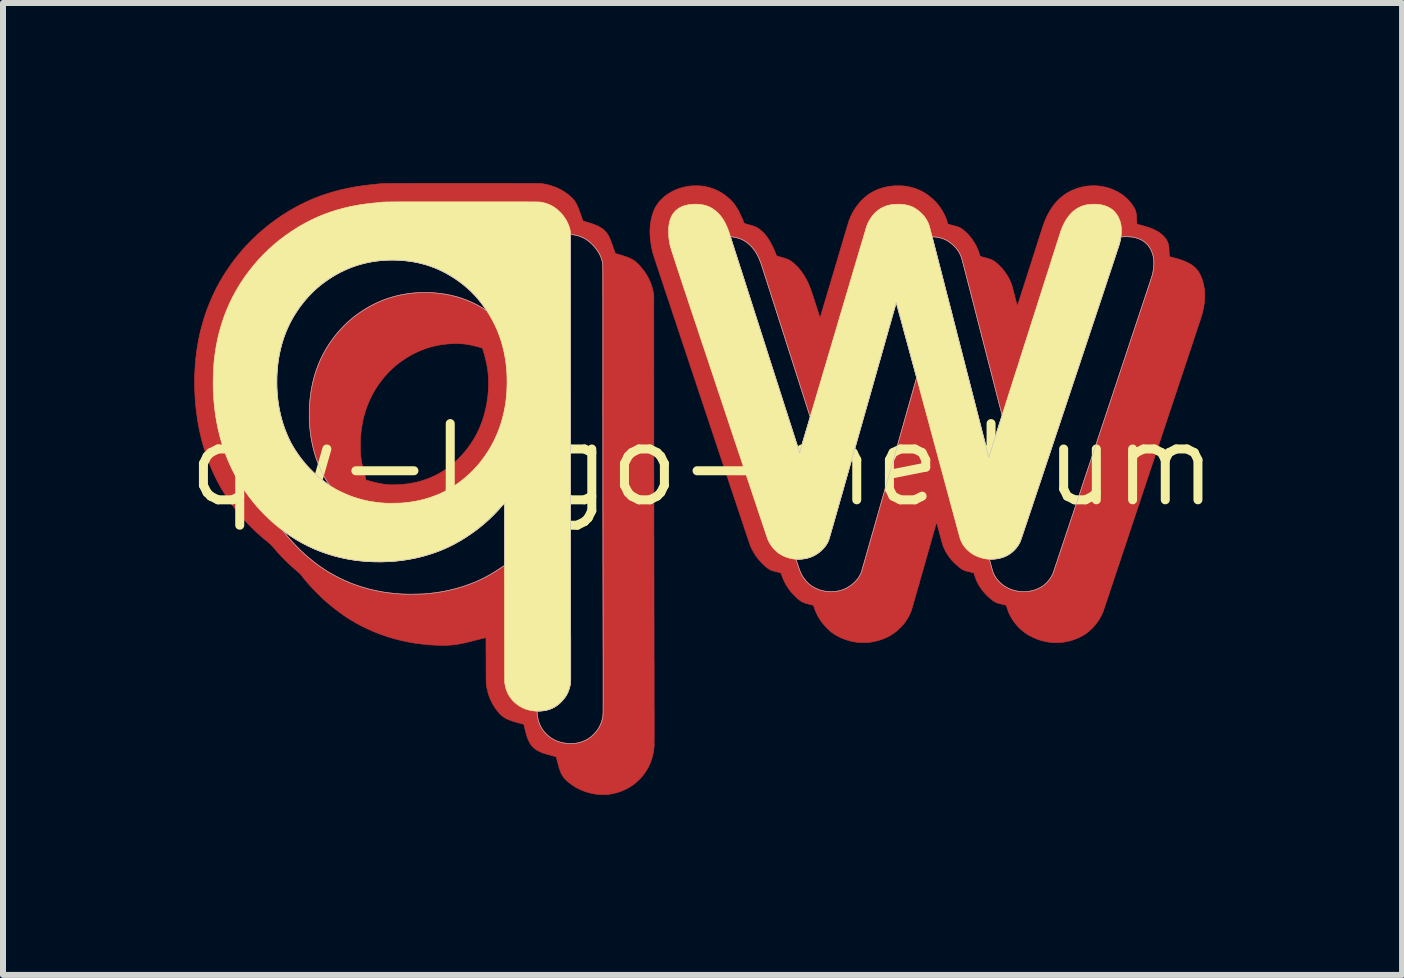
<source format=kicad_pcb>
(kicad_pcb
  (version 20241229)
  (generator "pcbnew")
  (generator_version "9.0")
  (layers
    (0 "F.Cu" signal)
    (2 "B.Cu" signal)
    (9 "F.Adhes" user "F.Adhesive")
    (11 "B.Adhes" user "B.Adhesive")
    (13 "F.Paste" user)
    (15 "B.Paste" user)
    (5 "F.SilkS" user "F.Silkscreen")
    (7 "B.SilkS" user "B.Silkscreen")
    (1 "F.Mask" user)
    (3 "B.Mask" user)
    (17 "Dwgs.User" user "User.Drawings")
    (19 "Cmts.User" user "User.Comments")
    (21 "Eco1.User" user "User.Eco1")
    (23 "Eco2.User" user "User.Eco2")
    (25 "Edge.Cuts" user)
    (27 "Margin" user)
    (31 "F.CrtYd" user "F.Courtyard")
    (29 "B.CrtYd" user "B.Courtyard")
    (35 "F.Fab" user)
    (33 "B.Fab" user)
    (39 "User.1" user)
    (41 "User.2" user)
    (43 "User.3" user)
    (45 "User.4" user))
  (footprint "qw-logo-medium"
    (layer "F.Cu")
    (at 8.655 4.698)
    (property "Reference" "qw-logo-medium" (at 0 0 0) (layer "F.SilkS") (effects (font (size 1.27 1.27) (thickness 0.15))))
    (attr through_hole)
    (fp_poly (pts (xy -4.126 -4.693) (xy -4.03 -4.693) (xy -4.004 -4.693) (xy -3.907 -4.693) (xy -3.815 -4.693) (xy -3.728 -4.693) (xy -3.645 -4.693) (xy -3.567 -4.693) (xy -3.493 -4.693) (xy -3.424 -4.693) (xy -3.359 -4.693) (xy -3.298 -4.693) (xy -3.24 -4.693) (xy -3.187 -4.692) (xy -3.137 -4.692) (xy -3.09 -4.692) (xy -3.047 -4.692) (xy -3.007 -4.692) (xy -2.97 -4.692) (xy -2.937 -4.692) (xy -2.905 -4.692) (xy -2.877 -4.692) (xy -2.851 -4.692) (xy -2.828 -4.692) (xy -2.807 -4.692) (xy -2.788 -4.691) (xy -2.771 -4.691) (xy -2.756 -4.691) (xy -2.743 -4.691) (xy -2.731 -4.691) (xy -2.721 -4.691) (xy -2.712 -4.69) (xy -2.705 -4.69) (xy -2.698 -4.69) (xy -2.693 -4.69) (xy -2.688 -4.689) (xy -2.684 -4.689) (xy -2.68 -4.689) (xy -2.677 -4.689) (xy -2.675 -4.688) (xy -2.673 -4.688) (xy -2.605 -4.676) (xy -2.539 -4.659) (xy -2.475 -4.638) (xy -2.413 -4.613) (xy -2.354 -4.583) (xy -2.297 -4.548) (xy -2.243 -4.51) (xy -2.192 -4.467) (xy -2.191 -4.466) (xy -2.167 -4.443) (xy -2.146 -4.42) (xy -2.128 -4.396) (xy -2.112 -4.37) (xy -2.096 -4.34) (xy -2.092 -4.332) (xy -2.086 -4.32) (xy -2.081 -4.309) (xy -2.076 -4.297) (xy -2.071 -4.285) (xy -2.065 -4.272) (xy -2.06 -4.256) (xy -2.053 -4.239) (xy -2.046 -4.218) (xy -2.037 -4.194) (xy -2.027 -4.165) (xy -2.024 -4.158) (xy -2.017 -4.138) (xy -2.011 -4.119) (xy -2.005 -4.103) (xy -1.999 -4.089) (xy -1.995 -4.078) (xy -1.992 -4.07) (xy -1.991 -4.068) (xy -1.988 -4.066) (xy -1.98 -4.063) (xy -1.969 -4.06) (xy -1.955 -4.055) (xy -1.939 -4.05) (xy -1.921 -4.045) (xy -1.915 -4.043) (xy -1.882 -4.033) (xy -1.853 -4.024) (xy -1.828 -4.016) (xy -1.806 -4.008) (xy -1.787 -4) (xy -1.769 -3.993) (xy -1.752 -3.986) (xy -1.748 -3.984) (xy -1.709 -3.963) (xy -1.674 -3.941) (xy -1.644 -3.917) (xy -1.617 -3.89) (xy -1.593 -3.861) (xy -1.571 -3.828) (xy -1.559 -3.803) (xy -1.552 -3.79) (xy -1.545 -3.776) (xy -1.539 -3.761) (xy -1.532 -3.745) (xy -1.525 -3.727) (xy -1.518 -3.706) (xy -1.509 -3.683) (xy -1.499 -3.655) (xy -1.49 -3.628) (xy -1.482 -3.608) (xy -1.476 -3.588) (xy -1.469 -3.571) (xy -1.464 -3.556) (xy -1.46 -3.544) (xy -1.457 -3.536) (xy -1.455 -3.532) (xy -1.455 -3.532) (xy -1.453 -3.529) (xy -1.45 -3.526) (xy -1.445 -3.523) (xy -1.438 -3.521) (xy -1.427 -3.517) (xy -1.419 -3.515) (xy -1.384 -3.505) (xy -1.354 -3.496) (xy -1.328 -3.488) (xy -1.306 -3.481) (xy -1.286 -3.474) (xy -1.269 -3.469) (xy -1.254 -3.463) (xy -1.241 -3.458) (xy -1.228 -3.453) (xy -1.217 -3.448) (xy -1.205 -3.443) (xy -1.196 -3.438) (xy -1.168 -3.423) (xy -1.143 -3.408) (xy -1.119 -3.391) (xy -1.097 -3.372) (xy -1.074 -3.35) (xy -1.052 -3.327) (xy -1.016 -3.285) (xy -0.984 -3.245) (xy -0.955 -3.205) (xy -0.929 -3.164) (xy -0.905 -3.122) (xy -0.89 -3.092) (xy -0.871 -3.051) (xy -0.856 -3.011) (xy -0.842 -2.97) (xy -0.831 -2.928) (xy -0.821 -2.882) (xy -0.817 -2.859) (xy -0.812 -2.826) (xy -0.811 -1.283) (xy -0.811 -1.185) (xy -0.811 -1.084) (xy -0.811 -0.981) (xy -0.811 -0.876) (xy -0.811 -0.77) (xy -0.811 -0.662) (xy -0.811 -0.553) (xy -0.811 -0.443) (xy -0.811 -0.333) (xy -0.811 -0.223) (xy -0.811 -0.113) (xy -0.811 -0.003) (xy -0.811 0.106) (xy -0.81 0.214) (xy -0.81 0.32) (xy -0.81 0.425) (xy -0.81 0.528) (xy -0.81 0.628) (xy -0.81 0.726) (xy -0.81 0.822) (xy -0.81 0.914) (xy -0.81 1.002) (xy -0.81 1.087) (xy -0.81 1.167) (xy -0.809 1.244) (xy -0.809 1.315) (xy -0.809 1.337) (xy -0.809 1.494) (xy -0.809 1.646) (xy -0.809 1.793) (xy -0.808 1.935) (xy -0.808 2.073) (xy -0.808 2.205) (xy -0.808 2.333) (xy -0.808 2.457) (xy -0.807 2.576) (xy -0.807 2.691) (xy -0.807 2.802) (xy -0.807 2.908) (xy -0.807 3.01) (xy -0.807 3.109) (xy -0.807 3.203) (xy -0.806 3.293) (xy -0.806 3.38) (xy -0.806 3.463) (xy -0.806 3.543) (xy -0.806 3.619) (xy -0.806 3.691) (xy -0.806 3.76) (xy -0.806 3.826) (xy -0.806 3.888) (xy -0.806 3.948) (xy -0.806 4.004) (xy -0.805 4.058) (xy -0.805 4.109) (xy -0.805 4.156) (xy -0.805 4.201) (xy -0.805 4.244) (xy -0.805 4.284) (xy -0.805 4.321) (xy -0.805 4.356) (xy -0.805 4.389) (xy -0.805 4.42) (xy -0.805 4.448) (xy -0.805 4.475) (xy -0.805 4.499) (xy -0.805 4.522) (xy -0.805 4.542) (xy -0.805 4.561) (xy -0.805 4.579) (xy -0.806 4.594) (xy -0.806 4.609) (xy -0.806 4.622) (xy -0.806 4.633) (xy -0.806 4.643) (xy -0.806 4.653) (xy -0.806 4.661) (xy -0.806 4.668) (xy -0.806 4.674) (xy -0.806 4.679) (xy -0.806 4.684) (xy -0.806 4.688) (xy -0.806 4.691) (xy -0.807 4.694) (xy -0.807 4.697) (xy -0.807 4.699) (xy -0.807 4.701) (xy -0.807 4.702) (xy -0.807 4.704) (xy -0.807 4.705) (xy -0.808 4.707) (xy -0.816 4.773) (xy -0.829 4.838) (xy -0.847 4.902) (xy -0.87 4.964) (xy -0.897 5.023) (xy -0.928 5.08) (xy -0.964 5.135) (xy -0.992 5.173) (xy -1.005 5.188) (xy -1.022 5.206) (xy -1.04 5.226) (xy -1.06 5.246) (xy -1.08 5.265) (xy -1.099 5.283) (xy -1.117 5.299) (xy -1.132 5.311) (xy -1.187 5.35) (xy -1.243 5.384) (xy -1.302 5.414) (xy -1.363 5.439) (xy -1.426 5.459) (xy -1.49 5.475) (xy -1.555 5.486) (xy -1.584 5.489) (xy -1.595 5.49) (xy -1.61 5.49) (xy -1.628 5.491) (xy -1.647 5.491) (xy -1.667 5.491) (xy -1.685 5.491) (xy -1.702 5.491) (xy -1.715 5.49) (xy -1.721 5.49) (xy -1.79 5.482) (xy -1.857 5.469) (xy -1.922 5.452) (xy -1.985 5.43) (xy -2.046 5.404) (xy -2.105 5.374) (xy -2.161 5.339) (xy -2.214 5.3) (xy -2.248 5.272) (xy -2.271 5.25) (xy -2.291 5.231) (xy -2.308 5.211) (xy -2.323 5.192) (xy -2.336 5.171) (xy -2.349 5.147) (xy -2.356 5.133) (xy -2.363 5.118) (xy -2.369 5.101) (xy -2.376 5.084) (xy -2.383 5.063) (xy -2.39 5.041) (xy -2.397 5.015) (xy -2.405 4.985) (xy -2.414 4.951) (xy -2.415 4.947) (xy -2.437 4.861) (xy -2.479 4.85) (xy -2.515 4.84) (xy -2.547 4.831) (xy -2.575 4.824) (xy -2.599 4.817) (xy -2.62 4.811) (xy -2.639 4.805) (xy -2.656 4.799) (xy -2.671 4.794) (xy -2.685 4.788) (xy -2.698 4.782) (xy -2.711 4.776) (xy -2.717 4.774) (xy -2.754 4.754) (xy -2.787 4.732) (xy -2.817 4.707) (xy -2.843 4.679) (xy -2.867 4.648) (xy -2.887 4.613) (xy -2.906 4.573) (xy -2.91 4.564) (xy -2.914 4.554) (xy -2.917 4.545) (xy -2.921 4.536) (xy -2.924 4.526) (xy -2.927 4.515) (xy -2.931 4.503) (xy -2.935 4.488) (xy -2.939 4.471) (xy -2.945 4.45) (xy -2.951 4.425) (xy -2.955 4.41) (xy -2.978 4.32) (xy -3.057 4.299) (xy -3.097 4.288) (xy -3.133 4.277) (xy -3.164 4.268) (xy -3.192 4.258) (xy -3.217 4.249) (xy -3.24 4.24) (xy -3.26 4.231) (xy -3.279 4.221) (xy -3.296 4.211) (xy -3.304 4.206) (xy -3.326 4.19) (xy -3.347 4.173) (xy -3.367 4.155) (xy -3.388 4.133) (xy -3.39 4.131) (xy -3.415 4.101) (xy -2.755 4.101) (xy -2.754 4.12) (xy -2.749 4.175) (xy -2.74 4.228) (xy -2.727 4.277) (xy -2.71 4.324) (xy -2.688 4.368) (xy -2.662 4.41) (xy -2.632 4.448) (xy -2.597 4.485) (xy -2.595 4.487) (xy -2.559 4.519) (xy -2.521 4.547) (xy -2.482 4.571) (xy -2.44 4.592) (xy -2.397 4.608) (xy -2.35 4.621) (xy -2.3 4.631) (xy -2.247 4.638) (xy -2.238 4.639) (xy -2.229 4.639) (xy -2.215 4.64) (xy -2.2 4.639) (xy -2.182 4.639) (xy -2.165 4.638) (xy -2.148 4.638) (xy -2.133 4.637) (xy -2.121 4.636) (xy -2.118 4.635) (xy -2.067 4.627) (xy -2.018 4.613) (xy -1.971 4.595) (xy -1.926 4.573) (xy -1.884 4.546) (xy -1.859 4.527) (xy -1.846 4.516) (xy -1.831 4.502) (xy -1.815 4.486) (xy -1.799 4.469) (xy -1.784 4.452) (xy -1.77 4.436) (xy -1.759 4.423) (xy -1.758 4.422) (xy -1.731 4.382) (xy -1.709 4.34) (xy -1.69 4.297) (xy -1.676 4.251) (xy -1.666 4.204) (xy -1.659 4.153) (xy -1.657 4.114) (xy -1.657 4.108) (xy -1.657 4.098) (xy -1.657 4.083) (xy -1.657 4.064) (xy -1.657 4.039) (xy -1.657 4.011) (xy -1.657 3.978) (xy -1.657 3.941) (xy -1.657 3.9) (xy -1.657 3.856) (xy -1.657 3.807) (xy -1.657 3.755) (xy -1.657 3.7) (xy -1.657 3.641) (xy -1.657 3.579) (xy -1.657 3.515) (xy -1.657 3.447) (xy -1.657 3.376) (xy -1.657 3.303) (xy -1.657 3.228) (xy -1.657 3.15) (xy -1.658 3.07) (xy -1.658 2.988) (xy -1.658 2.904) (xy -1.658 2.819) (xy -1.658 2.731) (xy -1.658 2.643) (xy -1.658 2.552) (xy -1.659 2.461) (xy -1.659 2.404) (xy -1.659 2.309) (xy -1.659 2.21) (xy -1.659 2.106) (xy -1.659 1.998) (xy -1.66 1.886) (xy -1.66 1.77) (xy -1.66 1.651) (xy -1.66 1.529) (xy -1.66 1.405) (xy -1.66 1.278) (xy -1.66 1.148) (xy -1.661 1.017) (xy -1.661 0.885) (xy -1.661 0.751) (xy -1.661 0.616) (xy -1.661 0.481) (xy -1.661 0.345) (xy -1.661 0.209) (xy -1.661 0.073) (xy -1.661 -0.062) (xy -1.661 -0.196) (xy -1.661 -0.329) (xy -1.661 -0.461) (xy -1.661 -0.591) (xy -1.661 -0.719) (xy -1.662 -0.845) (xy -1.662 -0.968) (xy -1.662 -1.089) (xy -1.661 -1.206) (xy -1.661 -1.29) (xy -1.661 -1.413) (xy -1.661 -1.531) (xy -1.661 -1.644) (xy -1.661 -1.752) (xy -1.661 -1.855) (xy -1.661 -1.954) (xy -1.661 -2.048) (xy -1.661 -2.138) (xy -1.661 -2.224) (xy -1.661 -2.306) (xy -1.661 -2.383) (xy -1.661 -2.457) (xy -1.661 -2.527) (xy -1.661 -2.593) (xy -1.661 -2.655) (xy -1.661 -2.714) (xy -1.661 -2.769) (xy -1.661 -2.822) (xy -1.662 -2.871) (xy -1.662 -2.916) (xy -1.662 -2.959) (xy -1.662 -2.999) (xy -1.662 -3.036) (xy -1.662 -3.071) (xy -1.662 -3.103) (xy -1.662 -3.132) (xy -1.662 -3.159) (xy -1.662 -3.183) (xy -1.662 -3.206) (xy -1.662 -3.226) (xy -1.663 -3.245) (xy -1.663 -3.261) (xy -1.663 -3.276) (xy -1.663 -3.289) (xy -1.663 -3.301) (xy -1.663 -3.311) (xy -1.663 -3.32) (xy -1.664 -3.327) (xy -1.664 -3.334) (xy -1.664 -3.339) (xy -1.664 -3.343) (xy -1.664 -3.347) (xy -1.665 -3.35) (xy -1.665 -3.352) (xy -1.665 -3.352) (xy -1.671 -3.386) (xy -1.679 -3.418) (xy -1.689 -3.449) (xy -1.703 -3.482) (xy -1.711 -3.499) (xy -1.732 -3.538) (xy -1.758 -3.578) (xy -1.786 -3.616) (xy -1.818 -3.653) (xy -1.851 -3.687) (xy -1.886 -3.718) (xy -1.921 -3.745) (xy -1.929 -3.75) (xy -1.968 -3.773) (xy -2.01 -3.794) (xy -2.054 -3.811) (xy -2.079 -3.819) (xy -2.092 -3.822) (xy -2.107 -3.826) (xy -2.124 -3.829) (xy -2.141 -3.832) (xy -2.157 -3.835) (xy -2.172 -3.837) (xy -2.183 -3.838) (xy -2.187 -3.838) (xy -2.199 -3.838) (xy -2.2 -2.275) (xy -2.2 -2.172) (xy -2.2 -2.064) (xy -2.2 -1.952) (xy -2.2 -1.836) (xy -2.2 -1.717) (xy -2.2 -1.596) (xy -2.2 -1.471) (xy -2.2 -1.345) (xy -2.2 -1.216) (xy -2.2 -1.087) (xy -2.2 -0.956) (xy -2.2 -0.825) (xy -2.2 -0.694) (xy -2.2 -0.563) (xy -2.2 -0.432) (xy -2.2 -0.303) (xy -2.199 -0.174) (xy -2.199 -0.048) (xy -2.199 0.076) (xy -2.199 0.198) (xy -2.199 0.317) (xy -2.199 0.432) (xy -2.199 0.544) (xy -2.198 0.652) (xy -2.198 0.755) (xy -2.198 0.806) (xy -2.198 0.9) (xy -2.198 0.994) (xy -2.198 1.089) (xy -2.198 1.184) (xy -2.197 1.28) (xy -2.197 1.375) (xy -2.197 1.47) (xy -2.197 1.565) (xy -2.197 1.66) (xy -2.197 1.753) (xy -2.197 1.845) (xy -2.196 1.936) (xy -2.196 2.025) (xy -2.196 2.112) (xy -2.196 2.197) (xy -2.196 2.28) (xy -2.196 2.36) (xy -2.196 2.438) (xy -2.196 2.512) (xy -2.196 2.584) (xy -2.196 2.651) (xy -2.196 2.716) (xy -2.196 2.776) (xy -2.196 2.832) (xy -2.196 2.884) (xy -2.196 2.931) (xy -2.196 2.973) (xy -2.196 2.974) (xy -2.196 3.042) (xy -2.196 3.106) (xy -2.196 3.164) (xy -2.196 3.218) (xy -2.196 3.268) (xy -2.196 3.314) (xy -2.196 3.355) (xy -2.196 3.393) (xy -2.196 3.427) (xy -2.196 3.458) (xy -2.196 3.486) (xy -2.196 3.511) (xy -2.197 3.533) (xy -2.197 3.552) (xy -2.197 3.569) (xy -2.197 3.584) (xy -2.197 3.596) (xy -2.198 3.607) (xy -2.198 3.616) (xy -2.198 3.624) (xy -2.199 3.63) (xy -2.199 3.636) (xy -2.199 3.64) (xy -2.2 3.644) (xy -2.2 3.647) (xy -2.2 3.649) (xy -2.211 3.698) (xy -2.224 3.743) (xy -2.24 3.786) (xy -2.261 3.826) (xy -2.285 3.865) (xy -2.3 3.886) (xy -2.311 3.9) (xy -2.325 3.916) (xy -2.342 3.934) (xy -2.359 3.952) (xy -2.377 3.969) (xy -2.394 3.984) (xy -2.409 3.997) (xy -2.417 4.003) (xy -2.459 4.031) (xy -2.503 4.054) (xy -2.55 4.073) (xy -2.598 4.086) (xy -2.648 4.096) (xy -2.7 4.1) (xy -2.719 4.101) (xy -2.755 4.101) (xy -3.415 4.101) (xy -3.43 4.083) (xy -3.466 4.032) (xy -3.499 3.977) (xy -3.527 3.92) (xy -3.552 3.861) (xy -3.572 3.8) (xy -3.587 3.737) (xy -3.591 3.717) (xy -3.593 3.707) (xy -3.595 3.699) (xy -3.596 3.69) (xy -3.598 3.682) (xy -3.599 3.674) (xy -3.6 3.666) (xy -3.601 3.658) (xy -3.602 3.649) (xy -3.603 3.638) (xy -3.603 3.627) (xy -3.604 3.613) (xy -3.604 3.598) (xy -3.605 3.581) (xy -3.605 3.562) (xy -3.605 3.539) (xy -3.605 3.514) (xy -3.605 3.485) (xy -3.606 3.453) (xy -3.606 3.418) (xy -3.606 3.378) (xy -3.606 3.333) (xy -3.606 3.284) (xy -3.606 3.253) (xy -3.606 3.21) (xy -3.606 3.168) (xy -3.607 3.127) (xy -3.607 3.089) (xy -3.607 3.053) (xy -3.607 3.02) (xy -3.607 2.989) (xy -3.607 2.961) (xy -3.608 2.937) (xy -3.608 2.916) (xy -3.608 2.899) (xy -3.608 2.887) (xy -3.609 2.879) (xy -3.609 2.875) (xy -3.609 2.875) (xy -3.612 2.876) (xy -3.619 2.878) (xy -3.63 2.88) (xy -3.643 2.884) (xy -3.659 2.888) (xy -3.677 2.892) (xy -3.68 2.893) (xy -3.73 2.906) (xy -3.774 2.917) (xy -3.815 2.927) (xy -3.852 2.937) (xy -3.885 2.945) (xy -3.915 2.952) (xy -3.942 2.958) (xy -3.967 2.964) (xy -3.989 2.969) (xy -4.01 2.974) (xy -4.03 2.977) (xy -4.048 2.981) (xy -4.066 2.984) (xy -4.084 2.987) (xy -4.101 2.989) (xy -4.119 2.992) (xy -4.138 2.994) (xy -4.14 2.994) (xy -4.174 2.998) (xy -4.205 3.001) (xy -4.237 3.003) (xy -4.27 3.004) (xy -4.306 3.005) (xy -4.321 3.005) (xy -4.441 3.002) (xy -4.56 2.995) (xy -4.68 2.983) (xy -4.799 2.967) (xy -4.916 2.946) (xy -5.033 2.921) (xy -5.148 2.891) (xy -5.26 2.857) (xy -5.37 2.819) (xy -5.38 2.816) (xy -5.484 2.774) (xy -5.585 2.729) (xy -5.684 2.681) (xy -5.78 2.629) (xy -5.875 2.573) (xy -5.968 2.512) (xy -6.059 2.447) (xy -6.15 2.377) (xy -6.24 2.303) (xy -6.241 2.302) (xy -6.263 2.284) (xy -6.283 2.266) (xy -6.302 2.249) (xy -6.321 2.232) (xy -6.34 2.214) (xy -6.36 2.195) (xy -6.381 2.173) (xy -6.405 2.15) (xy -6.424 2.131) (xy -6.476 2.078) (xy -6.525 2.026) (xy -6.571 1.975) (xy -6.615 1.923) (xy -6.66 1.868) (xy -6.678 1.845) (xy -6.69 1.83) (xy -6.7 1.818) (xy -6.71 1.807) (xy -6.72 1.798) (xy -6.732 1.787) (xy -6.743 1.778) (xy -6.837 1.697) (xy -6.928 1.612) (xy -7.016 1.523) (xy -7.1 1.43) (xy -7.161 1.359) (xy -7.17 1.348) (xy -7.178 1.339) (xy -7.186 1.331) (xy -7.195 1.322) (xy -7.205 1.314) (xy -7.217 1.304) (xy -7.231 1.292) (xy -7.244 1.281) (xy -7.343 1.199) (xy -7.438 1.114) (xy -7.469 1.084) (xy -6.996 1.084) (xy -6.979 1.107) (xy -6.915 1.186) (xy -6.847 1.264) (xy -6.776 1.34) (xy -6.703 1.413) (xy -6.628 1.484) (xy -6.552 1.549) (xy -6.551 1.55) (xy -6.472 1.614) (xy -6.394 1.673) (xy -6.316 1.727) (xy -6.237 1.778) (xy -6.156 1.825) (xy -6.074 1.869) (xy -6.034 1.889) (xy -5.936 1.934) (xy -5.837 1.975) (xy -5.737 2.011) (xy -5.635 2.043) (xy -5.532 2.071) (xy -5.427 2.095) (xy -5.32 2.115) (xy -5.21 2.13) (xy -5.097 2.142) (xy -5.041 2.147) (xy -5.028 2.147) (xy -5.012 2.148) (xy -4.994 2.149) (xy -4.974 2.149) (xy -4.952 2.15) (xy -4.93 2.151) (xy -4.909 2.151) (xy -4.889 2.152) (xy -4.87 2.152) (xy -4.855 2.152) (xy -4.843 2.152) (xy -4.835 2.152) (xy -4.835 2.152) (xy -4.83 2.152) (xy -4.82 2.152) (xy -4.807 2.151) (xy -4.791 2.151) (xy -4.774 2.151) (xy -4.755 2.15) (xy -4.754 2.15) (xy -4.649 2.146) (xy -4.542 2.137) (xy -4.436 2.124) (xy -4.329 2.107) (xy -4.223 2.086) (xy -4.119 2.06) (xy -4.017 2.031) (xy -3.96 2.012) (xy -3.892 1.988) (xy -3.828 1.964) (xy -3.766 1.939) (xy -3.707 1.912) (xy -3.648 1.883) (xy -3.59 1.853) (xy -3.531 1.819) (xy -3.471 1.783) (xy -3.409 1.743) (xy -3.371 1.719) (xy -3.299 1.671) (xy -3.299 0.647) (xy -3.317 0.663) (xy -3.328 0.673) (xy -3.339 0.683) (xy -3.349 0.692) (xy -3.351 0.693) (xy -3.358 0.7) (xy -3.367 0.709) (xy -3.378 0.72) (xy -3.39 0.733) (xy -3.402 0.746) (xy -3.402 0.747) (xy -3.414 0.759) (xy -3.428 0.774) (xy -3.443 0.791) (xy -3.46 0.808) (xy -3.477 0.826) (xy -3.494 0.842) (xy -3.496 0.845) (xy -3.578 0.923) (xy -3.661 0.997) (xy -3.748 1.067) (xy -3.837 1.133) (xy -3.929 1.196) (xy -4.025 1.256) (xy -4.124 1.312) (xy -4.147 1.324) (xy -4.221 1.362) (xy -4.299 1.397) (xy -4.381 1.431) (xy -4.465 1.462) (xy -4.552 1.491) (xy -4.64 1.517) (xy -4.728 1.54) (xy -4.799 1.556) (xy -4.903 1.575) (xy -5.01 1.591) (xy -5.119 1.603) (xy -5.23 1.611) (xy -5.341 1.614) (xy -5.453 1.614) (xy -5.564 1.61) (xy -5.675 1.601) (xy -5.698 1.599) (xy -5.815 1.584) (xy -5.929 1.565) (xy -6.042 1.541) (xy -6.152 1.512) (xy -6.261 1.478) (xy -6.368 1.44) (xy -6.473 1.397) (xy -6.576 1.35) (xy -6.677 1.298) (xy -6.76 1.25) (xy -6.786 1.235) (xy -6.81 1.219) (xy -6.834 1.203) (xy -6.859 1.186) (xy -6.885 1.168) (xy -6.913 1.147) (xy -6.943 1.124) (xy -6.958 1.113) (xy -6.996 1.084) (xy -7.469 1.084) (xy -7.528 1.026) (xy -7.614 0.936) (xy -7.697 0.842) (xy -7.776 0.745) (xy -7.851 0.645) (xy -7.922 0.541) (xy -7.926 0.536) (xy -7.969 0.469) (xy -8.009 0.404) (xy -8.046 0.339) (xy -8.081 0.275) (xy -8.114 0.209) (xy -8.146 0.141) (xy -8.164 0.101) (xy -8.214 -0.018) (xy -8.26 -0.139) (xy -8.3 -0.263) (xy -8.337 -0.389) (xy -8.368 -0.517) (xy -8.396 -0.648) (xy -8.418 -0.78) (xy -8.436 -0.915) (xy -8.45 -1.052) (xy -8.454 -1.118) (xy -8.461 -1.248) (xy -8.463 -1.378) (xy -8.462 -1.393) (xy -7.091 -1.393) (xy -7.091 -1.348) (xy -7.09 -1.285) (xy -7.087 -1.227) (xy -7.084 -1.171) (xy -7.079 -1.117) (xy -7.072 -1.064) (xy -7.064 -1.01) (xy -7.055 -0.955) (xy -7.049 -0.926) (xy -7.033 -0.85) (xy -7.014 -0.775) (xy -6.992 -0.7) (xy -6.967 -0.626) (xy -6.94 -0.553) (xy -6.911 -0.484) (xy -6.881 -0.417) (xy -6.848 -0.354) (xy -6.822 -0.309) (xy -6.769 -0.224) (xy -6.712 -0.143) (xy -6.652 -0.065) (xy -6.588 0.01) (xy -6.521 0.081) (xy -6.449 0.15) (xy -6.373 0.216) (xy -6.293 0.279) (xy -6.248 0.312) (xy -6.238 0.319) (xy -6.229 0.325) (xy -6.222 0.33) (xy -6.219 0.332) (xy -6.219 0.333) (xy -6.22 0.331) (xy -6.223 0.325) (xy -6.229 0.316) (xy -6.236 0.305) (xy -6.245 0.292) (xy -6.25 0.284) (xy -6.266 0.261) (xy -6.279 0.241) (xy -6.29 0.223) (xy -6.3 0.206) (xy -6.309 0.189) (xy -6.319 0.171) (xy -6.329 0.151) (xy -6.335 0.138) (xy -6.377 0.048) (xy -6.415 -0.045) (xy -6.448 -0.138) (xy -6.476 -0.234) (xy -6.5 -0.332) (xy -6.501 -0.337) (xy -5.701 -0.337) (xy -5.701 -0.308) (xy -5.701 -0.279) (xy -5.7 -0.252) (xy -5.7 -0.227) (xy -5.699 -0.204) (xy -5.698 -0.185) (xy -5.696 -0.171) (xy -5.691 -0.13) (xy -5.686 -0.089) (xy -5.679 -0.049) (xy -5.672 -0.009) (xy -5.663 0.032) (xy -5.653 0.075) (xy -5.641 0.121) (xy -5.628 0.171) (xy -5.623 0.187) (xy -5.605 0.251) (xy -5.568 0.261) (xy -5.507 0.278) (xy -5.451 0.292) (xy -5.4 0.303) (xy -5.352 0.313) (xy -5.308 0.32) (xy -5.267 0.326) (xy -5.24 0.328) (xy -5.23 0.329) (xy -5.216 0.329) (xy -5.198 0.33) (xy -5.179 0.33) (xy -5.157 0.33) (xy -5.135 0.33) (xy -5.114 0.329) (xy -5.094 0.329) (xy -5.076 0.329) (xy -5.061 0.328) (xy -5.053 0.328) (xy -4.968 0.32) (xy -4.887 0.31) (xy -4.808 0.296) (xy -4.733 0.279) (xy -4.659 0.257) (xy -4.587 0.232) (xy -4.516 0.204) (xy -4.446 0.171) (xy -4.419 0.157) (xy -4.395 0.144) (xy -4.372 0.131) (xy -4.35 0.118) (xy -4.327 0.103) (xy -4.312 0.094) (xy -4.249 0.05) (xy -4.19 0.005) (xy -4.135 -0.041) (xy -4.089 -0.083) (xy -4.024 -0.148) (xy -3.964 -0.216) (xy -3.907 -0.287) (xy -3.855 -0.361) (xy -3.807 -0.437) (xy -3.763 -0.516) (xy -3.724 -0.598) (xy -3.688 -0.683) (xy -3.657 -0.77) (xy -3.631 -0.859) (xy -3.609 -0.951) (xy -3.604 -0.973) (xy -3.596 -1.017) (xy -3.589 -1.059) (xy -3.583 -1.1) (xy -3.578 -1.141) (xy -3.573 -1.183) (xy -3.57 -1.227) (xy -3.567 -1.275) (xy -3.566 -1.308) (xy -3.565 -1.385) (xy -3.567 -1.461) (xy -3.573 -1.537) (xy -3.583 -1.613) (xy -3.597 -1.69) (xy -3.615 -1.769) (xy -3.62 -1.788) (xy -3.623 -1.802) (xy -3.628 -1.817) (xy -3.632 -1.835) (xy -3.638 -1.853) (xy -3.643 -1.871) (xy -3.648 -1.889) (xy -3.653 -1.906) (xy -3.657 -1.92) (xy -3.661 -1.932) (xy -3.663 -1.941) (xy -3.665 -1.945) (xy -3.665 -1.945) (xy -3.668 -1.947) (xy -3.676 -1.95) (xy -3.687 -1.954) (xy -3.702 -1.958) (xy -3.719 -1.963) (xy -3.738 -1.969) (xy -3.759 -1.974) (xy -3.781 -1.98) (xy -3.803 -1.985) (xy -3.826 -1.991) (xy -3.847 -1.996) (xy -3.867 -2) (xy -3.885 -2.004) (xy -3.886 -2.004) (xy -3.946 -2.014) (xy -4.006 -2.02) (xy -4.069 -2.024) (xy -4.134 -2.024) (xy -4.202 -2.021) (xy -4.268 -2.015) (xy -4.356 -2.004) (xy -4.442 -1.988) (xy -4.527 -1.967) (xy -4.61 -1.941) (xy -4.692 -1.91) (xy -4.772 -1.874) (xy -4.851 -1.834) (xy -4.928 -1.789) (xy -5.004 -1.738) (xy -5.048 -1.706) (xy -5.115 -1.654) (xy -5.179 -1.597) (xy -5.24 -1.536) (xy -5.298 -1.471) (xy -5.353 -1.403) (xy -5.404 -1.333) (xy -5.452 -1.259) (xy -5.496 -1.183) (xy -5.535 -1.104) (xy -5.571 -1.024) (xy -5.594 -0.963) (xy -5.619 -0.892) (xy -5.64 -0.818) (xy -5.658 -0.743) (xy -5.673 -0.664) (xy -5.685 -0.583) (xy -5.694 -0.498) (xy -5.698 -0.457) (xy -5.699 -0.439) (xy -5.7 -0.417) (xy -5.7 -0.392) (xy -5.701 -0.365) (xy -5.701 -0.337) (xy -6.501 -0.337) (xy -6.52 -0.432) (xy -6.535 -0.534) (xy -6.546 -0.639) (xy -6.551 -0.702) (xy -6.551 -0.719) (xy -6.552 -0.74) (xy -6.553 -0.765) (xy -6.553 -0.792) (xy -6.553 -0.82) (xy -6.553 -0.849) (xy -6.553 -0.878) (xy -6.553 -0.906) (xy -6.552 -0.931) (xy -6.552 -0.954) (xy -6.551 -0.973) (xy -6.551 -0.982) (xy -6.542 -1.089) (xy -6.529 -1.193) (xy -6.512 -1.295) (xy -6.491 -1.394) (xy -6.466 -1.491) (xy -6.436 -1.585) (xy -6.401 -1.677) (xy -6.363 -1.766) (xy -6.319 -1.853) (xy -6.272 -1.938) (xy -6.22 -2.021) (xy -6.163 -2.102) (xy -6.102 -2.181) (xy -6.059 -2.231) (xy -5.996 -2.3) (xy -5.929 -2.367) (xy -5.858 -2.429) (xy -5.784 -2.489) (xy -5.706 -2.545) (xy -5.626 -2.597) (xy -5.544 -2.645) (xy -5.459 -2.689) (xy -5.373 -2.728) (xy -5.34 -2.742) (xy -5.273 -2.768) (xy -5.205 -2.79) (xy -5.136 -2.81) (xy -5.067 -2.828) (xy -4.995 -2.842) (xy -4.92 -2.854) (xy -4.843 -2.864) (xy -4.78 -2.871) (xy -4.765 -2.872) (xy -4.745 -2.873) (xy -4.722 -2.873) (xy -4.696 -2.874) (xy -4.668 -2.874) (xy -4.639 -2.874) (xy -4.609 -2.874) (xy -4.579 -2.874) (xy -4.551 -2.873) (xy -4.524 -2.873) (xy -4.499 -2.872) (xy -4.478 -2.871) (xy -4.46 -2.87) (xy -4.456 -2.869) (xy -4.372 -2.86) (xy -4.291 -2.849) (xy -4.213 -2.834) (xy -4.138 -2.817) (xy -4.064 -2.796) (xy -3.991 -2.772) (xy -3.918 -2.745) (xy -3.886 -2.732) (xy -3.859 -2.72) (xy -3.83 -2.707) (xy -3.8 -2.692) (xy -3.77 -2.677) (xy -3.739 -2.661) (xy -3.71 -2.645) (xy -3.683 -2.629) (xy -3.657 -2.614) (xy -3.636 -2.6) (xy -3.618 -2.588) (xy -3.618 -2.588) (xy -3.611 -2.583) (xy -3.606 -2.58) (xy -3.604 -2.58) (xy -3.606 -2.582) (xy -3.61 -2.589) (xy -3.616 -2.598) (xy -3.623 -2.609) (xy -3.632 -2.621) (xy -3.642 -2.635) (xy -3.651 -2.649) (xy -3.661 -2.662) (xy -3.665 -2.667) (xy -3.699 -2.712) (xy -3.733 -2.755) (xy -3.769 -2.795) (xy -3.807 -2.836) (xy -3.833 -2.864) (xy -3.888 -2.917) (xy -3.943 -2.967) (xy -3.999 -3.014) (xy -4.057 -3.058) (xy -4.118 -3.1) (xy -4.183 -3.142) (xy -4.196 -3.15) (xy -4.276 -3.196) (xy -4.356 -3.237) (xy -4.436 -3.273) (xy -4.517 -3.305) (xy -4.6 -3.333) (xy -4.685 -3.356) (xy -4.773 -3.376) (xy -4.832 -3.387) (xy -4.91 -3.398) (xy -4.99 -3.406) (xy -5.072 -3.411) (xy -5.155 -3.414) (xy -5.238 -3.413) (xy -5.32 -3.408) (xy -5.377 -3.403) (xy -5.474 -3.391) (xy -5.569 -3.374) (xy -5.663 -3.352) (xy -5.756 -3.325) (xy -5.846 -3.293) (xy -5.936 -3.257) (xy -6.023 -3.216) (xy -6.108 -3.17) (xy -6.192 -3.119) (xy -6.273 -3.064) (xy -6.353 -3.005) (xy -6.416 -2.952) (xy -6.442 -2.929) (xy -6.471 -2.902) (xy -6.501 -2.873) (xy -6.531 -2.842) (xy -6.561 -2.811) (xy -6.59 -2.779) (xy -6.617 -2.748) (xy -6.632 -2.731) (xy -6.694 -2.652) (xy -6.752 -2.57) (xy -6.805 -2.486) (xy -6.854 -2.4) (xy -6.898 -2.312) (xy -6.938 -2.221) (xy -6.973 -2.128) (xy -7.003 -2.032) (xy -7.03 -1.935) (xy -7.051 -1.835) (xy -7.068 -1.733) (xy -7.072 -1.702) (xy -7.078 -1.656) (xy -7.082 -1.613) (xy -7.086 -1.571) (xy -7.088 -1.53) (xy -7.09 -1.486) (xy -7.091 -1.441) (xy -7.091 -1.393) (xy -8.462 -1.393) (xy -8.461 -1.508) (xy -8.454 -1.637) (xy -8.444 -1.764) (xy -8.429 -1.889) (xy -8.41 -2.012) (xy -8.393 -2.103) (xy -8.366 -2.228) (xy -8.333 -2.351) (xy -8.297 -2.473) (xy -8.256 -2.592) (xy -8.21 -2.708) (xy -8.16 -2.823) (xy -8.106 -2.935) (xy -8.048 -3.044) (xy -7.985 -3.15) (xy -7.926 -3.242) (xy -7.852 -3.349) (xy -7.775 -3.452) (xy -7.693 -3.552) (xy -7.609 -3.648) (xy -7.52 -3.74) (xy -7.429 -3.828) (xy -7.333 -3.913) (xy -7.235 -3.994) (xy -7.132 -4.072) (xy -7.027 -4.145) (xy -7.007 -4.159) (xy -6.905 -4.223) (xy -6.803 -4.282) (xy -6.699 -4.338) (xy -6.594 -4.389) (xy -6.487 -4.436) (xy -6.378 -4.479) (xy -6.267 -4.517) (xy -6.153 -4.552) (xy -6.037 -4.583) (xy -5.919 -4.609) (xy -5.797 -4.633) (xy -5.672 -4.652) (xy -5.544 -4.668) (xy -5.509 -4.671) (xy -5.49 -4.673) (xy -5.47 -4.675) (xy -5.449 -4.678) (xy -5.431 -4.68) (xy -5.42 -4.681) (xy -5.414 -4.682) (xy -5.407 -4.683) (xy -5.401 -4.683) (xy -5.395 -4.684) (xy -5.389 -4.685) (xy -5.383 -4.685) (xy -5.377 -4.686) (xy -5.37 -4.687) (xy -5.363 -4.687) (xy -5.355 -4.688) (xy -5.346 -4.688) (xy -5.336 -4.689) (xy -5.325 -4.689) (xy -5.313 -4.689) (xy -5.3 -4.69) (xy -5.285 -4.69) (xy -5.269 -4.69) (xy -5.25 -4.691) (xy -5.23 -4.691) (xy -5.208 -4.691) (xy -5.184 -4.691) (xy -5.157 -4.692) (xy -5.128 -4.692) (xy -5.096 -4.692) (xy -5.062 -4.692) (xy -5.025 -4.692) (xy -4.984 -4.692) (xy -4.941 -4.692) (xy -4.894 -4.692) (xy -4.844 -4.692) (xy -4.791 -4.693) (xy -4.733 -4.693) (xy -4.672 -4.693) (xy -4.607 -4.693) (xy -4.538 -4.693) (xy -4.465 -4.693) (xy -4.387 -4.693) (xy -4.305 -4.693) (xy -4.218 -4.693) (xy -4.126 -4.693)) (stroke (width 0.01) (type solid)) (fill yes) (layer "F.Cu"))
    (fp_poly (pts (xy 6.555 -4.652) (xy 6.576 -4.651) (xy 6.581 -4.651) (xy 6.644 -4.643) (xy 6.705 -4.632) (xy 6.764 -4.616) (xy 6.821 -4.596) (xy 6.877 -4.572) (xy 6.929 -4.545) (xy 6.979 -4.514) (xy 7.026 -4.48) (xy 7.069 -4.442) (xy 7.109 -4.402) (xy 7.145 -4.358) (xy 7.15 -4.351) (xy 7.167 -4.327) (xy 7.182 -4.303) (xy 7.195 -4.28) (xy 7.206 -4.258) (xy 7.214 -4.239) (xy 7.216 -4.234) (xy 7.219 -4.225) (xy 7.221 -4.217) (xy 7.223 -4.209) (xy 7.225 -4.201) (xy 7.226 -4.191) (xy 7.228 -4.18) (xy 7.229 -4.167) (xy 7.23 -4.152) (xy 7.232 -4.133) (xy 7.233 -4.111) (xy 7.234 -4.085) (xy 7.236 -4.055) (xy 7.236 -4.053) (xy 7.237 -4.04) (xy 7.238 -4.028) (xy 7.239 -4.02) (xy 7.239 -4.015) (xy 7.24 -4.014) (xy 7.242 -4.013) (xy 7.249 -4.011) (xy 7.26 -4.008) (xy 7.273 -4.004) (xy 7.288 -4) (xy 7.298 -3.998) (xy 7.338 -3.987) (xy 7.373 -3.977) (xy 7.405 -3.967) (xy 7.433 -3.958) (xy 7.459 -3.949) (xy 7.484 -3.939) (xy 7.507 -3.93) (xy 7.529 -3.919) (xy 7.538 -3.915) (xy 7.581 -3.893) (xy 7.619 -3.869) (xy 7.653 -3.842) (xy 7.683 -3.814) (xy 7.708 -3.784) (xy 7.731 -3.751) (xy 7.737 -3.74) (xy 7.746 -3.723) (xy 7.753 -3.706) (xy 7.759 -3.688) (xy 7.764 -3.67) (xy 7.768 -3.649) (xy 7.771 -3.625) (xy 7.773 -3.599) (xy 7.775 -3.568) (xy 7.775 -3.559) (xy 7.776 -3.54) (xy 7.776 -3.523) (xy 7.777 -3.508) (xy 7.778 -3.496) (xy 7.778 -3.487) (xy 7.779 -3.483) (xy 7.779 -3.48) (xy 7.779 -3.477) (xy 7.78 -3.475) (xy 7.782 -3.473) (xy 7.786 -3.471) (xy 7.791 -3.469) (xy 7.8 -3.467) (xy 7.811 -3.464) (xy 7.826 -3.46) (xy 7.846 -3.454) (xy 7.85 -3.453) (xy 7.892 -3.442) (xy 7.93 -3.431) (xy 7.965 -3.42) (xy 7.996 -3.409) (xy 8.025 -3.398) (xy 8.052 -3.387) (xy 8.078 -3.375) (xy 8.095 -3.367) (xy 8.135 -3.344) (xy 8.171 -3.32) (xy 8.203 -3.293) (xy 8.231 -3.265) (xy 8.256 -3.233) (xy 8.278 -3.198) (xy 8.291 -3.174) (xy 8.311 -3.129) (xy 8.328 -3.084) (xy 8.341 -3.039) (xy 8.352 -2.991) (xy 8.361 -2.939) (xy 8.363 -2.925) (xy 8.365 -2.907) (xy 8.367 -2.885) (xy 8.367 -2.86) (xy 8.368 -2.833) (xy 8.368 -2.806) (xy 8.367 -2.779) (xy 8.366 -2.754) (xy 8.365 -2.731) (xy 8.363 -2.714) (xy 8.352 -2.637) (xy 8.336 -2.56) (xy 8.322 -2.505) (xy 8.321 -2.502) (xy 8.318 -2.493) (xy 8.314 -2.48) (xy 8.308 -2.463) (xy 8.301 -2.441) (xy 8.293 -2.415) (xy 8.283 -2.385) (xy 8.271 -2.351) (xy 8.259 -2.313) (xy 8.245 -2.272) (xy 8.23 -2.227) (xy 8.214 -2.178) (xy 8.197 -2.126) (xy 8.179 -2.071) (xy 8.159 -2.013) (xy 8.139 -1.952) (xy 8.118 -1.888) (xy 8.096 -1.822) (xy 8.073 -1.752) (xy 8.049 -1.681) (xy 8.024 -1.607) (xy 7.999 -1.53) (xy 7.973 -1.452) (xy 7.946 -1.372) (xy 7.919 -1.29) (xy 7.891 -1.206) (xy 7.862 -1.12) (xy 7.834 -1.034) (xy 7.804 -0.945) (xy 7.774 -0.856) (xy 7.744 -0.765) (xy 7.714 -0.674) (xy 7.683 -0.581) (xy 7.652 -0.488) (xy 7.621 -0.395) (xy 7.59 -0.3) (xy 7.558 -0.206) (xy 7.527 -0.111) (xy 7.495 -0.016) (xy 7.464 0.078) (xy 7.432 0.173) (xy 7.401 0.267) (xy 7.369 0.361) (xy 7.338 0.455) (xy 7.307 0.548) (xy 7.277 0.64) (xy 7.246 0.731) (xy 7.216 0.821) (xy 7.187 0.91) (xy 7.157 0.998) (xy 7.129 1.084) (xy 7.1 1.169) (xy 7.073 1.252) (xy 7.046 1.334) (xy 7.019 1.413) (xy 6.993 1.491) (xy 6.968 1.566) (xy 6.944 1.639) (xy 6.92 1.71) (xy 6.897 1.778) (xy 6.875 1.844) (xy 6.854 1.907) (xy 6.834 1.967) (xy 6.815 2.024) (xy 6.797 2.078) (xy 6.781 2.128) (xy 6.765 2.176) (xy 6.75 2.219) (xy 6.737 2.26) (xy 6.725 2.296) (xy 6.714 2.328) (xy 6.704 2.357) (xy 6.696 2.381) (xy 6.689 2.401) (xy 6.684 2.417) (xy 6.68 2.429) (xy 6.678 2.435) (xy 6.677 2.437) (xy 6.656 2.487) (xy 6.63 2.538) (xy 6.601 2.587) (xy 6.567 2.634) (xy 6.531 2.68) (xy 6.491 2.722) (xy 6.45 2.761) (xy 6.407 2.796) (xy 6.378 2.817) (xy 6.325 2.849) (xy 6.268 2.878) (xy 6.209 2.902) (xy 6.148 2.923) (xy 6.085 2.939) (xy 6.02 2.951) (xy 5.969 2.957) (xy 5.953 2.958) (xy 5.934 2.958) (xy 5.911 2.959) (xy 5.887 2.959) (xy 5.863 2.958) (xy 5.839 2.957) (xy 5.817 2.956) (xy 5.797 2.955) (xy 5.781 2.953) (xy 5.778 2.953) (xy 5.709 2.941) (xy 5.641 2.924) (xy 5.576 2.902) (xy 5.513 2.875) (xy 5.451 2.844) (xy 5.415 2.823) (xy 5.369 2.792) (xy 5.324 2.757) (xy 5.281 2.718) (xy 5.241 2.675) (xy 5.203 2.63) (xy 5.169 2.582) (xy 5.139 2.533) (xy 5.113 2.482) (xy 5.107 2.469) (xy 5.101 2.455) (xy 5.095 2.438) (xy 5.088 2.42) (xy 5.082 2.401) (xy 5.076 2.384) (xy 5.071 2.369) (xy 5.068 2.357) (xy 5.067 2.354) (xy 5.064 2.339) (xy 5.043 2.333) (xy 5.033 2.33) (xy 5.02 2.327) (xy 5.005 2.323) (xy 4.989 2.319) (xy 4.983 2.318) (xy 4.954 2.31) (xy 4.928 2.303) (xy 4.906 2.296) (xy 4.887 2.288) (xy 4.869 2.279) (xy 4.852 2.268) (xy 4.84 2.26) (xy 4.791 2.221) (xy 4.745 2.18) (xy 4.702 2.135) (xy 4.663 2.089) (xy 4.628 2.04) (xy 4.597 1.99) (xy 4.571 1.938) (xy 4.557 1.906) (xy 4.553 1.895) (xy 4.549 1.883) (xy 4.544 1.869) (xy 4.539 1.854) (xy 4.534 1.84) (xy 4.53 1.827) (xy 4.527 1.816) (xy 4.524 1.808) (xy 4.524 1.805) (xy 4.522 1.8) (xy 4.52 1.799) (xy 4.516 1.797) (xy 4.508 1.794) (xy 4.494 1.79) (xy 4.477 1.786) (xy 4.455 1.781) (xy 4.429 1.774) (xy 4.422 1.773) (xy 4.398 1.767) (xy 4.377 1.761) (xy 4.359 1.754) (xy 4.342 1.747) (xy 4.326 1.737) (xy 4.309 1.726) (xy 4.289 1.711) (xy 4.287 1.71) (xy 4.237 1.668) (xy 4.19 1.625) (xy 4.147 1.578) (xy 4.142 1.571) (xy 4.783 1.571) (xy 4.783 1.574) (xy 4.785 1.581) (xy 4.788 1.592) (xy 4.792 1.606) (xy 4.796 1.622) (xy 4.801 1.64) (xy 4.806 1.659) (xy 4.812 1.679) (xy 4.817 1.698) (xy 4.822 1.717) (xy 4.827 1.734) (xy 4.831 1.749) (xy 4.835 1.761) (xy 4.837 1.77) (xy 4.839 1.775) (xy 4.839 1.776) (xy 4.854 1.812) (xy 4.873 1.849) (xy 4.896 1.885) (xy 4.923 1.919) (xy 4.953 1.952) (xy 4.986 1.981) (xy 5.02 2.008) (xy 5.045 2.024) (xy 5.093 2.05) (xy 5.143 2.072) (xy 5.195 2.088) (xy 5.247 2.1) (xy 5.3 2.108) (xy 5.319 2.109) (xy 5.332 2.11) (xy 5.343 2.11) (xy 5.352 2.11) (xy 5.362 2.11) (xy 5.375 2.109) (xy 5.39 2.108) (xy 5.443 2.102) (xy 5.494 2.092) (xy 5.542 2.078) (xy 5.588 2.06) (xy 5.631 2.038) (xy 5.671 2.013) (xy 5.696 1.993) (xy 5.729 1.964) (xy 5.758 1.932) (xy 5.785 1.898) (xy 5.808 1.864) (xy 5.827 1.829) (xy 5.836 1.809) (xy 5.838 1.805) (xy 5.841 1.797) (xy 5.845 1.783) (xy 5.851 1.766) (xy 5.859 1.744) (xy 5.867 1.718) (xy 5.877 1.688) (xy 5.889 1.654) (xy 5.902 1.616) (xy 5.916 1.574) (xy 5.931 1.529) (xy 5.947 1.48) (xy 5.964 1.428) (xy 5.983 1.373) (xy 6.002 1.315) (xy 6.023 1.254) (xy 6.044 1.19) (xy 6.066 1.123) (xy 6.09 1.054) (xy 6.114 0.982) (xy 6.138 0.908) (xy 6.164 0.831) (xy 6.19 0.753) (xy 6.217 0.672) (xy 6.244 0.59) (xy 6.272 0.506) (xy 6.301 0.421) (xy 6.33 0.334) (xy 6.359 0.245) (xy 6.389 0.156) (xy 6.419 0.065) (xy 6.45 -0.027) (xy 6.481 -0.119) (xy 6.512 -0.213) (xy 6.543 -0.306) (xy 6.575 -0.401) (xy 6.606 -0.495) (xy 6.638 -0.59) (xy 6.669 -0.685) (xy 6.701 -0.78) (xy 6.733 -0.875) (xy 6.764 -0.97) (xy 6.796 -1.064) (xy 6.827 -1.158) (xy 6.858 -1.251) (xy 6.889 -1.343) (xy 6.919 -1.435) (xy 6.949 -1.525) (xy 6.979 -1.615) (xy 7.008 -1.703) (xy 7.037 -1.789) (xy 7.065 -1.875) (xy 7.093 -1.958) (xy 7.12 -2.04) (xy 7.147 -2.12) (xy 7.173 -2.198) (xy 7.198 -2.274) (xy 7.222 -2.347) (xy 7.246 -2.418) (xy 7.269 -2.487) (xy 7.291 -2.553) (xy 7.312 -2.616) (xy 7.332 -2.677) (xy 7.351 -2.734) (xy 7.369 -2.789) (xy 7.386 -2.84) (xy 7.402 -2.888) (xy 7.417 -2.932) (xy 7.43 -2.973) (xy 7.442 -3.01) (xy 7.453 -3.043) (xy 7.463 -3.072) (xy 7.471 -3.097) (xy 7.478 -3.118) (xy 7.483 -3.134) (xy 7.487 -3.146) (xy 7.489 -3.153) (xy 7.49 -3.156) (xy 7.5 -3.198) (xy 7.508 -3.238) (xy 7.513 -3.275) (xy 7.517 -3.311) (xy 7.518 -3.347) (xy 7.518 -3.363) (xy 7.517 -3.407) (xy 7.513 -3.448) (xy 7.506 -3.486) (xy 7.495 -3.522) (xy 7.482 -3.558) (xy 7.473 -3.578) (xy 7.458 -3.606) (xy 7.442 -3.631) (xy 7.426 -3.654) (xy 7.407 -3.675) (xy 7.398 -3.684) (xy 7.367 -3.712) (xy 7.334 -3.736) (xy 7.298 -3.756) (xy 7.259 -3.772) (xy 7.217 -3.785) (xy 7.171 -3.794) (xy 7.123 -3.8) (xy 7.07 -3.802) (xy 7.06 -3.802) (xy 7.046 -3.802) (xy 7.03 -3.802) (xy 7.015 -3.801) (xy 7 -3.8) (xy 6.988 -3.799) (xy 6.978 -3.798) (xy 6.972 -3.797) (xy 6.97 -3.796) (xy 6.97 -3.794) (xy 6.968 -3.787) (xy 6.967 -3.777) (xy 6.964 -3.765) (xy 6.963 -3.759) (xy 6.96 -3.742) (xy 6.956 -3.723) (xy 6.951 -3.703) (xy 6.947 -3.685) (xy 6.947 -3.683) (xy 6.945 -3.679) (xy 6.942 -3.669) (xy 6.938 -3.655) (xy 6.932 -3.637) (xy 6.924 -3.613) (xy 6.915 -3.585) (xy 6.904 -3.553) (xy 6.892 -3.516) (xy 6.879 -3.474) (xy 6.863 -3.428) (xy 6.847 -3.378) (xy 6.829 -3.324) (xy 6.809 -3.265) (xy 6.788 -3.202) (xy 6.766 -3.135) (xy 6.743 -3.063) (xy 6.718 -2.988) (xy 6.691 -2.909) (xy 6.664 -2.825) (xy 6.635 -2.738) (xy 6.604 -2.647) (xy 6.573 -2.552) (xy 6.54 -2.453) (xy 6.506 -2.351) (xy 6.471 -2.244) (xy 6.434 -2.134) (xy 6.396 -2.021) (xy 6.357 -1.904) (xy 6.317 -1.783) (xy 6.276 -1.659) (xy 6.233 -1.532) (xy 6.19 -1.401) (xy 6.145 -1.267) (xy 6.125 -1.207) (xy 6.089 -1.098) (xy 6.053 -0.991) (xy 6.018 -0.885) (xy 5.983 -0.78) (xy 5.949 -0.677) (xy 5.915 -0.575) (xy 5.881 -0.475) (xy 5.849 -0.377) (xy 5.817 -0.28) (xy 5.785 -0.186) (xy 5.754 -0.093) (xy 5.724 -0.003) (xy 5.695 0.085) (xy 5.666 0.171) (xy 5.638 0.254) (xy 5.612 0.335) (xy 5.586 0.413) (xy 5.56 0.488) (xy 5.536 0.56) (xy 5.513 0.63) (xy 5.491 0.696) (xy 5.47 0.759) (xy 5.45 0.819) (xy 5.431 0.875) (xy 5.414 0.928) (xy 5.397 0.978) (xy 5.382 1.023) (xy 5.368 1.065) (xy 5.355 1.103) (xy 5.344 1.137) (xy 5.334 1.167) (xy 5.325 1.192) (xy 5.318 1.214) (xy 5.312 1.231) (xy 5.308 1.243) (xy 5.306 1.251) (xy 5.305 1.254) (xy 5.286 1.297) (xy 5.262 1.338) (xy 5.233 1.377) (xy 5.2 1.415) (xy 5.163 1.45) (xy 5.138 1.47) (xy 5.113 1.487) (xy 5.085 1.503) (xy 5.062 1.515) (xy 5.014 1.536) (xy 4.965 1.551) (xy 4.914 1.562) (xy 4.862 1.568) (xy 4.821 1.57) (xy 4.807 1.57) (xy 4.796 1.57) (xy 4.788 1.571) (xy 4.783 1.571) (xy 4.783 1.571) (xy 4.142 1.571) (xy 4.109 1.53) (xy 4.075 1.48) (xy 4.045 1.428) (xy 4.02 1.375) (xy 4 1.321) (xy 4 1.32) (xy 3.998 1.314) (xy 3.995 1.303) (xy 3.991 1.289) (xy 3.986 1.271) (xy 3.98 1.25) (xy 3.974 1.227) (xy 3.967 1.201) (xy 3.96 1.173) (xy 3.952 1.145) (xy 3.947 1.126) (xy 3.939 1.097) (xy 3.932 1.07) (xy 3.925 1.045) (xy 3.919 1.022) (xy 3.913 1.002) (xy 3.908 0.984) (xy 3.905 0.971) (xy 3.902 0.961) (xy 3.9 0.955) (xy 3.9 0.953) (xy 3.899 0.956) (xy 3.897 0.963) (xy 3.894 0.975) (xy 3.889 0.991) (xy 3.883 1.011) (xy 3.876 1.035) (xy 3.869 1.063) (xy 3.86 1.094) (xy 3.85 1.129) (xy 3.839 1.166) (xy 3.827 1.207) (xy 3.815 1.251) (xy 3.802 1.297) (xy 3.788 1.346) (xy 3.774 1.397) (xy 3.759 1.45) (xy 3.743 1.505) (xy 3.727 1.561) (xy 3.711 1.619) (xy 3.694 1.678) (xy 3.694 1.679) (xy 3.677 1.739) (xy 3.66 1.797) (xy 3.644 1.854) (xy 3.628 1.91) (xy 3.613 1.963) (xy 3.598 2.015) (xy 3.584 2.065) (xy 3.57 2.113) (xy 3.557 2.158) (xy 3.545 2.2) (xy 3.534 2.239) (xy 3.523 2.275) (xy 3.514 2.308) (xy 3.505 2.338) (xy 3.498 2.364) (xy 3.492 2.385) (xy 3.486 2.403) (xy 3.483 2.417) (xy 3.48 2.425) (xy 3.478 2.43) (xy 3.458 2.478) (xy 3.434 2.526) (xy 3.405 2.574) (xy 3.374 2.621) (xy 3.356 2.644) (xy 3.345 2.658) (xy 3.33 2.673) (xy 3.314 2.691) (xy 3.296 2.709) (xy 3.277 2.727) (xy 3.258 2.745) (xy 3.241 2.761) (xy 3.225 2.775) (xy 3.214 2.783) (xy 3.162 2.82) (xy 3.108 2.853) (xy 3.05 2.881) (xy 2.99 2.905) (xy 2.927 2.925) (xy 2.861 2.941) (xy 2.795 2.953) (xy 2.784 2.954) (xy 2.769 2.955) (xy 2.75 2.956) (xy 2.729 2.957) (xy 2.707 2.958) (xy 2.684 2.958) (xy 2.662 2.958) (xy 2.641 2.958) (xy 2.623 2.958) (xy 2.608 2.957) (xy 2.597 2.956) (xy 2.542 2.949) (xy 2.49 2.939) (xy 2.44 2.926) (xy 2.398 2.913) (xy 2.36 2.9) (xy 2.324 2.886) (xy 2.29 2.87) (xy 2.255 2.852) (xy 2.218 2.832) (xy 2.202 2.823) (xy 2.174 2.804) (xy 2.145 2.782) (xy 2.114 2.756) (xy 2.084 2.727) (xy 2.054 2.696) (xy 2.025 2.664) (xy 1.997 2.63) (xy 1.973 2.598) (xy 1.949 2.561) (xy 1.925 2.522) (xy 1.904 2.48) (xy 1.885 2.439) (xy 1.869 2.398) (xy 1.858 2.364) (xy 1.85 2.339) (xy 1.834 2.334) (xy 1.826 2.332) (xy 1.815 2.329) (xy 1.8 2.325) (xy 1.784 2.321) (xy 1.768 2.317) (xy 1.766 2.317) (xy 1.737 2.309) (xy 1.711 2.301) (xy 1.689 2.293) (xy 1.669 2.285) (xy 1.651 2.275) (xy 1.633 2.263) (xy 1.614 2.25) (xy 1.605 2.242) (xy 1.59 2.23) (xy 1.572 2.214) (xy 1.554 2.196) (xy 1.535 2.177) (xy 1.516 2.158) (xy 1.498 2.14) (xy 1.482 2.122) (xy 1.469 2.107) (xy 1.467 2.104) (xy 1.451 2.083) (xy 1.434 2.059) (xy 1.417 2.034) (xy 1.401 2.009) (xy 1.387 1.986) (xy 1.382 1.977) (xy 1.37 1.954) (xy 1.357 1.928) (xy 1.345 1.9) (xy 1.334 1.873) (xy 1.324 1.848) (xy 1.317 1.825) (xy 1.314 1.817) (xy 1.311 1.807) (xy 1.308 1.802) (xy 1.305 1.799) (xy 1.303 1.798) (xy 1.299 1.797) (xy 1.291 1.794) (xy 1.279 1.791) (xy 1.264 1.787) (xy 1.248 1.783) (xy 1.233 1.779) (xy 1.207 1.773) (xy 1.185 1.767) (xy 1.166 1.761) (xy 1.15 1.755) (xy 1.137 1.75) (xy 1.124 1.744) (xy 1.113 1.738) (xy 1.112 1.737) (xy 1.097 1.727) (xy 1.079 1.714) (xy 1.059 1.698) (xy 1.038 1.68) (xy 1.017 1.66) (xy 0.995 1.639) (xy 0.975 1.618) (xy 0.955 1.597) (xy 0.939 1.578) (xy 0.933 1.571) (xy 1.56 1.571) (xy 1.56 1.573) (xy 1.563 1.58) (xy 1.566 1.59) (xy 1.571 1.604) (xy 1.576 1.621) (xy 1.583 1.64) (xy 1.59 1.661) (xy 1.594 1.674) (xy 1.605 1.706) (xy 1.614 1.733) (xy 1.622 1.757) (xy 1.63 1.776) (xy 1.636 1.792) (xy 1.642 1.804) (xy 1.643 1.807) (xy 1.667 1.85) (xy 1.695 1.891) (xy 1.727 1.931) (xy 1.764 1.969) (xy 1.785 1.988) (xy 1.799 2) (xy 1.813 2.01) (xy 1.827 2.02) (xy 1.843 2.029) (xy 1.862 2.039) (xy 1.869 2.043) (xy 1.92 2.067) (xy 1.971 2.085) (xy 2.023 2.098) (xy 2.075 2.106) (xy 2.128 2.11) (xy 2.183 2.108) (xy 2.22 2.104) (xy 2.273 2.095) (xy 2.323 2.081) (xy 2.372 2.062) (xy 2.418 2.039) (xy 2.462 2.011) (xy 2.504 1.979) (xy 2.541 1.944) (xy 2.571 1.911) (xy 2.597 1.877) (xy 2.619 1.841) (xy 2.637 1.806) (xy 2.642 1.794) (xy 2.643 1.791) (xy 2.645 1.782) (xy 2.649 1.769) (xy 2.654 1.751) (xy 2.661 1.729) (xy 2.668 1.703) (xy 2.677 1.672) (xy 2.687 1.638) (xy 2.698 1.6) (xy 2.71 1.558) (xy 2.723 1.512) (xy 2.737 1.463) (xy 2.752 1.411) (xy 2.768 1.355) (xy 2.785 1.297) (xy 2.802 1.235) (xy 2.82 1.171) (xy 2.84 1.104) (xy 2.859 1.034) (xy 2.88 0.962) (xy 2.901 0.888) (xy 2.923 0.811) (xy 2.945 0.733) (xy 2.968 0.652) (xy 2.991 0.57) (xy 3.015 0.487) (xy 3.039 0.401) (xy 3.064 0.315) (xy 3.089 0.227) (xy 3.109 0.155) (xy 3.566 -1.459) (xy 3.398 -2.082) (xy 3.379 -2.151) (xy 3.361 -2.217) (xy 3.345 -2.279) (xy 3.329 -2.337) (xy 3.314 -2.391) (xy 3.301 -2.441) (xy 3.288 -2.486) (xy 3.277 -2.528) (xy 3.266 -2.565) (xy 3.257 -2.598) (xy 3.249 -2.626) (xy 3.243 -2.65) (xy 3.237 -2.67) (xy 3.233 -2.685) (xy 3.23 -2.695) (xy 3.228 -2.7) (xy 3.228 -2.701) (xy 3.227 -2.698) (xy 3.225 -2.69) (xy 3.221 -2.678) (xy 3.217 -2.662) (xy 3.211 -2.642) (xy 3.204 -2.619) (xy 3.197 -2.592) (xy 3.188 -2.562) (xy 3.179 -2.529) (xy 3.168 -2.493) (xy 3.158 -2.455) (xy 3.146 -2.415) (xy 3.134 -2.373) (xy 3.122 -2.33) (xy 3.109 -2.285) (xy 3.105 -2.271) (xy 3.098 -2.244) (xy 3.09 -2.218) (xy 3.083 -2.192) (xy 3.076 -2.165) (xy 3.068 -2.139) (xy 3.061 -2.113) (xy 3.053 -2.087) (xy 3.046 -2.06) (xy 3.038 -2.032) (xy 3.03 -2.004) (xy 3.022 -1.976) (xy 3.013 -1.946) (xy 3.005 -1.916) (xy 2.996 -1.884) (xy 2.986 -1.851) (xy 2.977 -1.817) (xy 2.967 -1.782) (xy 2.956 -1.745) (xy 2.945 -1.706) (xy 2.934 -1.665) (xy 2.922 -1.623) (xy 2.909 -1.578) (xy 2.896 -1.532) (xy 2.882 -1.483) (xy 2.868 -1.432) (xy 2.852 -1.378) (xy 2.837 -1.322) (xy 2.82 -1.263) (xy 2.802 -1.201) (xy 2.784 -1.137) (xy 2.765 -1.069) (xy 2.745 -0.998) (xy 2.724 -0.924) (xy 2.702 -0.846) (xy 2.679 -0.765) (xy 2.655 -0.68) (xy 2.629 -0.592) (xy 2.603 -0.499) (xy 2.576 -0.403) (xy 2.547 -0.302) (xy 2.518 -0.197) (xy 2.487 -0.088) (xy 2.454 0.026) (xy 2.421 0.144) (xy 2.386 0.267) (xy 2.363 0.347) (xy 2.345 0.412) (xy 2.327 0.477) (xy 2.309 0.54) (xy 2.291 0.602) (xy 2.274 0.661) (xy 2.258 0.72) (xy 2.242 0.776) (xy 2.226 0.829) (xy 2.212 0.881) (xy 2.198 0.929) (xy 2.185 0.976) (xy 2.172 1.019) (xy 2.161 1.059) (xy 2.15 1.095) (xy 2.141 1.129) (xy 2.132 1.158) (xy 2.125 1.184) (xy 2.119 1.206) (xy 2.113 1.223) (xy 2.109 1.237) (xy 2.107 1.246) (xy 2.106 1.25) (xy 2.106 1.25) (xy 2.088 1.289) (xy 2.065 1.328) (xy 2.038 1.365) (xy 2.008 1.4) (xy 1.973 1.433) (xy 1.936 1.463) (xy 1.896 1.49) (xy 1.854 1.513) (xy 1.85 1.515) (xy 1.805 1.535) (xy 1.758 1.55) (xy 1.71 1.561) (xy 1.659 1.568) (xy 1.606 1.57) (xy 1.603 1.57) (xy 1.589 1.57) (xy 1.577 1.57) (xy 1.567 1.57) (xy 1.561 1.57) (xy 1.56 1.571) (xy 0.933 1.571) (xy 0.898 1.526) (xy 0.862 1.471) (xy 0.83 1.414) (xy 0.801 1.354) (xy 0.794 1.336) (xy 0.793 1.332) (xy 0.79 1.323) (xy 0.785 1.31) (xy 0.779 1.293) (xy 0.772 1.271) (xy 0.763 1.244) (xy 0.753 1.214) (xy 0.741 1.18) (xy 0.729 1.142) (xy 0.715 1.1) (xy 0.699 1.054) (xy 0.683 1.005) (xy 0.666 0.953) (xy 0.647 0.898) (xy 0.627 0.839) (xy 0.607 0.777) (xy 0.585 0.713) (xy 0.563 0.645) (xy 0.539 0.575) (xy 0.515 0.503) (xy 0.49 0.428) (xy 0.464 0.351) (xy 0.438 0.271) (xy 0.411 0.19) (xy 0.383 0.107) (xy 0.355 0.022) (xy 0.326 -0.065) (xy 0.296 -0.154) (xy 0.266 -0.243) (xy 0.236 -0.334) (xy 0.205 -0.427) (xy 0.187 -0.483) (xy 0.138 -0.629) (xy 0.091 -0.771) (xy 0.045 -0.908) (xy 0.001 -1.04) (xy -0.042 -1.168) (xy -0.083 -1.292) (xy -0.122 -1.411) (xy -0.161 -1.526) (xy -0.198 -1.636) (xy -0.233 -1.743) (xy -0.267 -1.845) (xy -0.3 -1.944) (xy -0.332 -2.039) (xy -0.362 -2.13) (xy -0.391 -2.217) (xy -0.419 -2.3) (xy -0.445 -2.38) (xy -0.471 -2.457) (xy -0.495 -2.53) (xy -0.518 -2.6) (xy -0.54 -2.666) (xy -0.561 -2.73) (xy -0.582 -2.79) (xy -0.601 -2.847) (xy -0.619 -2.901) (xy -0.636 -2.953) (xy -0.652 -3.001) (xy -0.667 -3.047) (xy -0.682 -3.091) (xy -0.695 -3.132) (xy -0.708 -3.17) (xy -0.72 -3.206) (xy -0.731 -3.239) (xy -0.741 -3.271) (xy -0.751 -3.3) (xy -0.76 -3.327) (xy -0.768 -3.353) (xy -0.776 -3.376) (xy -0.783 -3.397) (xy -0.79 -3.417) (xy -0.795 -3.435) (xy -0.801 -3.451) (xy -0.806 -3.466) (xy -0.81 -3.48) (xy -0.814 -3.492) (xy -0.817 -3.503) (xy -0.821 -3.512) (xy -0.823 -3.521) (xy -0.826 -3.528) (xy -0.828 -3.535) (xy -0.829 -3.54) (xy -0.831 -3.545) (xy -0.832 -3.549) (xy -0.833 -3.552) (xy -0.834 -3.555) (xy -0.834 -3.557) (xy -0.835 -3.559) (xy -0.835 -3.561) (xy -0.835 -3.562) (xy -0.835 -3.563) (xy -0.835 -3.564) (xy -0.835 -3.565) (xy -0.835 -3.566) (xy -0.836 -3.567) (xy -0.836 -3.568) (xy -0.836 -3.57) (xy -0.836 -3.572) (xy -0.837 -3.574) (xy -0.852 -3.649) (xy -0.863 -3.721) (xy -0.871 -3.791) (xy -0.871 -3.798) (xy 0.468 -3.798) (xy 0.468 -3.797) (xy 0.469 -3.794) (xy 0.471 -3.787) (xy 0.475 -3.775) (xy 0.48 -3.759) (xy 0.487 -3.738) (xy 0.495 -3.713) (xy 0.504 -3.684) (xy 0.515 -3.651) (xy 0.527 -3.614) (xy 0.54 -3.573) (xy 0.554 -3.529) (xy 0.569 -3.481) (xy 0.586 -3.429) (xy 0.603 -3.375) (xy 0.622 -3.317) (xy 0.641 -3.256) (xy 0.662 -3.192) (xy 0.683 -3.126) (xy 0.705 -3.057) (xy 0.728 -2.985) (xy 0.752 -2.91) (xy 0.776 -2.834) (xy 0.802 -2.755) (xy 0.827 -2.674) (xy 0.854 -2.591) (xy 0.881 -2.506) (xy 0.909 -2.42) (xy 0.937 -2.332) (xy 0.966 -2.242) (xy 0.995 -2.151) (xy 1.024 -2.059) (xy 1.043 -2.001) (xy 1.083 -1.876) (xy 1.121 -1.756) (xy 1.158 -1.641) (xy 1.193 -1.531) (xy 1.227 -1.425) (xy 1.26 -1.324) (xy 1.29 -1.228) (xy 1.32 -1.136) (xy 1.348 -1.049) (xy 1.374 -0.966) (xy 1.399 -0.888) (xy 1.423 -0.815) (xy 1.445 -0.745) (xy 1.466 -0.68) (xy 1.486 -0.62) (xy 1.504 -0.564) (xy 1.52 -0.512) (xy 1.536 -0.464) (xy 1.55 -0.421) (xy 1.563 -0.382) (xy 1.574 -0.347) (xy 1.584 -0.316) (xy 1.593 -0.289) (xy 1.6 -0.267) (xy 1.606 -0.248) (xy 1.611 -0.233) (xy 1.615 -0.222) (xy 1.617 -0.216) (xy 1.619 -0.213) (xy 1.619 -0.213) (xy 1.62 -0.216) (xy 1.622 -0.223) (xy 1.625 -0.235) (xy 1.63 -0.251) (xy 1.636 -0.27) (xy 1.643 -0.293) (xy 1.651 -0.319) (xy 1.659 -0.347) (xy 1.668 -0.378) (xy 1.678 -0.411) (xy 1.688 -0.446) (xy 1.699 -0.483) (xy 1.707 -0.508) (xy 1.793 -0.799) (xy 1.389 -2.061) (xy 1.364 -2.14) (xy 1.339 -2.217) (xy 1.315 -2.293) (xy 1.291 -2.367) (xy 1.268 -2.44) (xy 1.245 -2.512) (xy 1.223 -2.581) (xy 1.201 -2.649) (xy 1.18 -2.715) (xy 1.16 -2.778) (xy 1.14 -2.839) (xy 1.122 -2.897) (xy 1.104 -2.952) (xy 1.087 -3.005) (xy 1.071 -3.055) (xy 1.056 -3.101) (xy 1.042 -3.145) (xy 1.029 -3.184) (xy 1.018 -3.221) (xy 1.007 -3.253) (xy 0.998 -3.282) (xy 0.99 -3.306) (xy 0.983 -3.327) (xy 0.978 -3.343) (xy 0.974 -3.354) (xy 0.972 -3.361) (xy 0.971 -3.363) (xy 0.95 -3.418) (xy 0.927 -3.469) (xy 0.903 -3.515) (xy 0.877 -3.557) (xy 0.85 -3.596) (xy 0.82 -3.632) (xy 0.819 -3.633) (xy 0.808 -3.645) (xy 0.793 -3.66) (xy 0.776 -3.675) (xy 0.758 -3.69) (xy 0.74 -3.704) (xy 0.724 -3.717) (xy 0.712 -3.724) (xy 0.673 -3.747) (xy 0.631 -3.766) (xy 0.586 -3.781) (xy 0.54 -3.792) (xy 0.492 -3.799) (xy 0.489 -3.799) (xy 0.478 -3.8) (xy 0.472 -3.8) (xy 0.468 -3.799) (xy 0.468 -3.798) (xy -0.871 -3.798) (xy -0.875 -3.857) (xy -0.875 -3.922) (xy -0.871 -3.984) (xy -0.863 -4.045) (xy -0.852 -4.104) (xy -0.842 -4.147) (xy -0.825 -4.2) (xy -0.806 -4.249) (xy -0.784 -4.295) (xy -0.758 -4.337) (xy -0.728 -4.378) (xy -0.695 -4.416) (xy -0.672 -4.439) (xy -0.629 -4.477) (xy -0.582 -4.512) (xy -0.532 -4.543) (xy -0.478 -4.571) (xy -0.422 -4.595) (xy -0.363 -4.615) (xy -0.301 -4.632) (xy -0.238 -4.644) (xy -0.215 -4.647) (xy -0.199 -4.649) (xy -0.18 -4.65) (xy -0.158 -4.651) (xy -0.134 -4.652) (xy -0.109 -4.652) (xy -0.085 -4.652) (xy -0.062 -4.651) (xy -0.041 -4.651) (xy -0.024 -4.649) (xy -0.018 -4.649) (xy 0.047 -4.639) (xy 0.108 -4.625) (xy 0.167 -4.607) (xy 0.223 -4.584) (xy 0.278 -4.558) (xy 0.33 -4.527) (xy 0.382 -4.491) (xy 0.428 -4.453) (xy 0.46 -4.425) (xy 0.489 -4.395) (xy 0.517 -4.363) (xy 0.543 -4.328) (xy 0.568 -4.29) (xy 0.593 -4.249) (xy 0.617 -4.204) (xy 0.64 -4.155) (xy 0.664 -4.101) (xy 0.676 -4.073) (xy 0.694 -4.026) (xy 0.716 -4.02) (xy 0.725 -4.017) (xy 0.739 -4.013) (xy 0.754 -4.009) (xy 0.771 -4.004) (xy 0.788 -3.999) (xy 0.789 -3.999) (xy 0.82 -3.99) (xy 0.847 -3.981) (xy 0.87 -3.973) (xy 0.891 -3.964) (xy 0.91 -3.954) (xy 0.928 -3.943) (xy 0.946 -3.931) (xy 0.964 -3.917) (xy 0.979 -3.904) (xy 1.014 -3.872) (xy 1.048 -3.834) (xy 1.08 -3.792) (xy 1.111 -3.746) (xy 1.14 -3.696) (xy 1.167 -3.643) (xy 1.169 -3.64) (xy 1.177 -3.623) (xy 1.186 -3.604) (xy 1.195 -3.583) (xy 1.204 -3.562) (xy 1.212 -3.541) (xy 1.22 -3.523) (xy 1.225 -3.508) (xy 1.225 -3.508) (xy 1.229 -3.498) (xy 1.233 -3.491) (xy 1.235 -3.486) (xy 1.235 -3.486) (xy 1.239 -3.484) (xy 1.246 -3.481) (xy 1.257 -3.478) (xy 1.27 -3.474) (xy 1.285 -3.469) (xy 1.289 -3.468) (xy 1.323 -3.459) (xy 1.352 -3.45) (xy 1.377 -3.442) (xy 1.4 -3.434) (xy 1.419 -3.427) (xy 1.437 -3.419) (xy 1.453 -3.41) (xy 1.469 -3.401) (xy 1.484 -3.39) (xy 1.499 -3.378) (xy 1.516 -3.365) (xy 1.534 -3.349) (xy 1.534 -3.349) (xy 1.578 -3.306) (xy 1.62 -3.26) (xy 1.659 -3.208) (xy 1.696 -3.153) (xy 1.73 -3.093) (xy 1.762 -3.029) (xy 1.791 -2.96) (xy 1.804 -2.925) (xy 1.807 -2.916) (xy 1.812 -2.904) (xy 1.817 -2.887) (xy 1.824 -2.867) (xy 1.831 -2.844) (xy 1.84 -2.818) (xy 1.849 -2.79) (xy 1.859 -2.76) (xy 1.869 -2.728) (xy 1.879 -2.696) (xy 1.888 -2.669) (xy 1.898 -2.637) (xy 1.908 -2.606) (xy 1.917 -2.577) (xy 1.926 -2.551) (xy 1.933 -2.526) (xy 1.94 -2.505) (xy 1.946 -2.487) (xy 1.951 -2.472) (xy 1.955 -2.461) (xy 1.957 -2.454) (xy 1.958 -2.451) (xy 1.958 -2.451) (xy 1.959 -2.454) (xy 1.961 -2.461) (xy 1.965 -2.472) (xy 1.97 -2.488) (xy 1.976 -2.508) (xy 1.983 -2.532) (xy 1.991 -2.56) (xy 2.001 -2.591) (xy 2.011 -2.625) (xy 2.022 -2.663) (xy 2.034 -2.704) (xy 2.047 -2.747) (xy 2.061 -2.793) (xy 2.075 -2.841) (xy 2.09 -2.892) (xy 2.106 -2.945) (xy 2.122 -2.999) (xy 2.139 -3.055) (xy 2.156 -3.113) (xy 2.172 -3.166) (xy 2.195 -3.243) (xy 2.216 -3.316) (xy 2.237 -3.385) (xy 2.256 -3.449) (xy 2.273 -3.509) (xy 2.29 -3.565) (xy 2.305 -3.617) (xy 2.32 -3.665) (xy 2.333 -3.709) (xy 2.345 -3.75) (xy 2.356 -3.787) (xy 2.359 -3.799) (xy 3.829 -3.799) (xy 3.967 -3.261) (xy 3.976 -3.224) (xy 3.987 -3.182) (xy 3.999 -3.136) (xy 4.012 -3.085) (xy 4.026 -3.03) (xy 4.041 -2.972) (xy 4.057 -2.91) (xy 4.073 -2.845) (xy 4.091 -2.776) (xy 4.109 -2.705) (xy 4.128 -2.632) (xy 4.148 -2.556) (xy 4.168 -2.478) (xy 4.188 -2.398) (xy 4.209 -2.316) (xy 4.23 -2.233) (xy 4.252 -2.149) (xy 4.274 -2.064) (xy 4.296 -1.979) (xy 4.318 -1.892) (xy 4.34 -1.806) (xy 4.362 -1.72) (xy 4.384 -1.633) (xy 4.406 -1.548) (xy 4.428 -1.463) (xy 4.437 -1.429) (xy 4.464 -1.322) (xy 4.491 -1.218) (xy 4.516 -1.12) (xy 4.54 -1.026) (xy 4.563 -0.937) (xy 4.585 -0.852) (xy 4.605 -0.772) (xy 4.625 -0.697) (xy 4.643 -0.626) (xy 4.66 -0.56) (xy 4.676 -0.499) (xy 4.69 -0.443) (xy 4.704 -0.391) (xy 4.716 -0.344) (xy 4.727 -0.302) (xy 4.737 -0.265) (xy 4.745 -0.232) (xy 4.753 -0.205) (xy 4.759 -0.182) (xy 4.764 -0.164) (xy 4.767 -0.151) (xy 4.77 -0.142) (xy 4.771 -0.139) (xy 4.771 -0.139) (xy 4.772 -0.142) (xy 4.774 -0.149) (xy 4.778 -0.161) (xy 4.783 -0.177) (xy 4.789 -0.196) (xy 4.797 -0.219) (xy 4.805 -0.245) (xy 4.814 -0.275) (xy 4.824 -0.306) (xy 4.835 -0.34) (xy 4.847 -0.376) (xy 4.859 -0.414) (xy 4.871 -0.453) (xy 4.882 -0.485) (xy 4.991 -0.827) (xy 4.959 -0.949) (xy 4.957 -0.959) (xy 4.953 -0.975) (xy 4.948 -0.995) (xy 4.941 -1.019) (xy 4.934 -1.047) (xy 4.926 -1.08) (xy 4.916 -1.116) (xy 4.906 -1.156) (xy 4.895 -1.2) (xy 4.883 -1.247) (xy 4.87 -1.297) (xy 4.856 -1.35) (xy 4.842 -1.406) (xy 4.827 -1.465) (xy 4.811 -1.526) (xy 4.795 -1.589) (xy 4.778 -1.654) (xy 4.761 -1.722) (xy 4.743 -1.791) (xy 4.725 -1.862) (xy 4.706 -1.934) (xy 4.688 -2.007) (xy 4.668 -2.082) (xy 4.649 -2.157) (xy 4.634 -2.215) (xy 4.611 -2.307) (xy 4.588 -2.395) (xy 4.567 -2.478) (xy 4.547 -2.557) (xy 4.528 -2.631) (xy 4.51 -2.701) (xy 4.493 -2.767) (xy 4.477 -2.828) (xy 4.462 -2.886) (xy 4.448 -2.94) (xy 4.435 -2.991) (xy 4.423 -3.038) (xy 4.412 -3.082) (xy 4.401 -3.122) (xy 4.392 -3.159) (xy 4.383 -3.194) (xy 4.375 -3.225) (xy 4.367 -3.254) (xy 4.361 -3.28) (xy 4.354 -3.304) (xy 4.349 -3.325) (xy 4.344 -3.345) (xy 4.339 -3.362) (xy 4.335 -3.377) (xy 4.332 -3.391) (xy 4.329 -3.403) (xy 4.326 -3.413) (xy 4.323 -3.422) (xy 4.321 -3.429) (xy 4.32 -3.436) (xy 4.318 -3.441) (xy 4.317 -3.446) (xy 4.315 -3.449) (xy 4.314 -3.453) (xy 4.314 -3.455) (xy 4.313 -3.458) (xy 4.312 -3.46) (xy 4.311 -3.462) (xy 4.311 -3.463) (xy 4.31 -3.466) (xy 4.309 -3.466) (xy 4.292 -3.507) (xy 4.27 -3.547) (xy 4.246 -3.584) (xy 4.219 -3.618) (xy 4.216 -3.622) (xy 4.203 -3.635) (xy 4.187 -3.651) (xy 4.169 -3.667) (xy 4.15 -3.684) (xy 4.13 -3.699) (xy 4.112 -3.713) (xy 4.099 -3.722) (xy 4.063 -3.744) (xy 4.023 -3.763) (xy 3.98 -3.777) (xy 3.936 -3.788) (xy 3.914 -3.792) (xy 3.893 -3.796) (xy 3.874 -3.798) (xy 3.857 -3.799) (xy 3.844 -3.799) (xy 3.842 -3.799) (xy 3.829 -3.799) (xy 2.359 -3.799) (xy 2.366 -3.822) (xy 2.376 -3.853) (xy 2.384 -3.882) (xy 2.392 -3.907) (xy 2.399 -3.93) (xy 2.405 -3.951) (xy 2.41 -3.97) (xy 2.415 -3.986) (xy 2.42 -4) (xy 2.424 -4.013) (xy 2.427 -4.024) (xy 2.43 -4.033) (xy 2.432 -4.042) (xy 2.434 -4.048) (xy 2.436 -4.054) (xy 2.438 -4.059) (xy 2.439 -4.063) (xy 2.44 -4.067) (xy 2.442 -4.07) (xy 2.443 -4.073) (xy 2.444 -4.076) (xy 2.445 -4.079) (xy 2.445 -4.079) (xy 2.47 -4.142) (xy 2.5 -4.203) (xy 2.534 -4.261) (xy 2.573 -4.317) (xy 2.616 -4.371) (xy 2.632 -4.39) (xy 2.646 -4.405) (xy 2.663 -4.421) (xy 2.682 -4.439) (xy 2.702 -4.457) (xy 2.722 -4.474) (xy 2.74 -4.489) (xy 2.75 -4.496) (xy 2.799 -4.53) (xy 2.851 -4.559) (xy 2.906 -4.585) (xy 2.964 -4.607) (xy 3.026 -4.625) (xy 3.09 -4.638) (xy 3.158 -4.648) (xy 3.161 -4.649) (xy 3.177 -4.65) (xy 3.197 -4.651) (xy 3.219 -4.652) (xy 3.244 -4.652) (xy 3.269 -4.652) (xy 3.294 -4.652) (xy 3.317 -4.651) (xy 3.339 -4.65) (xy 3.357 -4.649) (xy 3.371 -4.647) (xy 3.438 -4.636) (xy 3.502 -4.62) (xy 3.563 -4.601) (xy 3.62 -4.577) (xy 3.675 -4.549) (xy 3.7 -4.535) (xy 3.738 -4.51) (xy 3.777 -4.481) (xy 3.815 -4.45) (xy 3.852 -4.416) (xy 3.887 -4.381) (xy 3.919 -4.346) (xy 3.937 -4.323) (xy 3.967 -4.282) (xy 3.995 -4.237) (xy 4.021 -4.191) (xy 4.044 -4.144) (xy 4.063 -4.097) (xy 4.078 -4.051) (xy 4.081 -4.041) (xy 4.088 -4.016) (xy 4.107 -4.01) (xy 4.116 -4.007) (xy 4.128 -4.004) (xy 4.143 -3.999) (xy 4.16 -3.995) (xy 4.177 -3.991) (xy 4.178 -3.99) (xy 4.208 -3.982) (xy 4.234 -3.975) (xy 4.257 -3.968) (xy 4.276 -3.96) (xy 4.294 -3.952) (xy 4.31 -3.942) (xy 4.326 -3.932) (xy 4.342 -3.92) (xy 4.355 -3.909) (xy 4.401 -3.867) (xy 4.444 -3.822) (xy 4.484 -3.773) (xy 4.519 -3.721) (xy 4.552 -3.667) (xy 4.579 -3.61) (xy 4.603 -3.552) (xy 4.622 -3.492) (xy 4.623 -3.488) (xy 4.623 -3.485) (xy 4.625 -3.482) (xy 4.626 -3.48) (xy 4.629 -3.478) (xy 4.634 -3.475) (xy 4.64 -3.473) (xy 4.65 -3.47) (xy 4.662 -3.467) (xy 4.678 -3.462) (xy 4.699 -3.457) (xy 4.707 -3.454) (xy 4.738 -3.446) (xy 4.764 -3.439) (xy 4.786 -3.431) (xy 4.806 -3.424) (xy 4.823 -3.417) (xy 4.838 -3.409) (xy 4.853 -3.401) (xy 4.866 -3.392) (xy 4.881 -3.381) (xy 4.883 -3.379) (xy 4.9 -3.365) (xy 4.918 -3.349) (xy 4.938 -3.33) (xy 4.957 -3.311) (xy 4.976 -3.293) (xy 4.992 -3.275) (xy 5.005 -3.26) (xy 5.044 -3.209) (xy 5.079 -3.156) (xy 5.11 -3.101) (xy 5.136 -3.044) (xy 5.141 -3.032) (xy 5.144 -3.023) (xy 5.148 -3.014) (xy 5.151 -3.006) (xy 5.154 -2.997) (xy 5.157 -2.988) (xy 5.16 -2.977) (xy 5.163 -2.966) (xy 5.167 -2.952) (xy 5.171 -2.936) (xy 5.176 -2.917) (xy 5.182 -2.895) (xy 5.188 -2.869) (xy 5.196 -2.839) (xy 5.205 -2.805) (xy 5.211 -2.778) (xy 5.218 -2.753) (xy 5.224 -2.729) (xy 5.229 -2.708) (xy 5.234 -2.689) (xy 5.238 -2.673) (xy 5.242 -2.661) (xy 5.244 -2.653) (xy 5.245 -2.65) (xy 5.245 -2.65) (xy 5.246 -2.652) (xy 5.248 -2.659) (xy 5.252 -2.67) (xy 5.257 -2.685) (xy 5.263 -2.705) (xy 5.271 -2.728) (xy 5.28 -2.755) (xy 5.29 -2.785) (xy 5.301 -2.819) (xy 5.312 -2.855) (xy 5.325 -2.895) (xy 5.339 -2.937) (xy 5.353 -2.981) (xy 5.368 -3.028) (xy 5.384 -3.077) (xy 5.4 -3.127) (xy 5.416 -3.179) (xy 5.433 -3.233) (xy 5.443 -3.263) (xy 5.466 -3.334) (xy 5.487 -3.4) (xy 5.506 -3.462) (xy 5.525 -3.519) (xy 5.542 -3.572) (xy 5.557 -3.621) (xy 5.572 -3.667) (xy 5.585 -3.709) (xy 5.597 -3.747) (xy 5.609 -3.782) (xy 5.619 -3.814) (xy 5.628 -3.843) (xy 5.637 -3.87) (xy 5.645 -3.894) (xy 5.652 -3.915) (xy 5.658 -3.934) (xy 5.664 -3.952) (xy 5.669 -3.967) (xy 5.673 -3.981) (xy 5.677 -3.993) (xy 5.681 -4.004) (xy 5.685 -4.014) (xy 5.688 -4.022) (xy 5.691 -4.03) (xy 5.693 -4.038) (xy 5.696 -4.044) (xy 5.698 -4.051) (xy 5.701 -4.057) (xy 5.703 -4.062) (xy 5.732 -4.131) (xy 5.765 -4.195) (xy 5.8 -4.255) (xy 5.838 -4.312) (xy 5.879 -4.364) (xy 5.923 -4.412) (xy 5.927 -4.416) (xy 5.974 -4.459) (xy 6.023 -4.498) (xy 6.075 -4.533) (xy 6.129 -4.563) (xy 6.187 -4.589) (xy 6.247 -4.611) (xy 6.309 -4.629) (xy 6.375 -4.642) (xy 6.408 -4.647) (xy 6.428 -4.649) (xy 6.451 -4.651) (xy 6.477 -4.652) (xy 6.504 -4.653) (xy 6.53 -4.653) (xy 6.555 -4.652)) (stroke (width 0.01) (type solid)) (fill yes) (layer "F.Cu"))
    (fp_poly (pts (xy 4.388 -3.263) (xy 4.44 -3.257) (xy 4.489 -3.248) (xy 4.535 -3.235) (xy 4.577 -3.219) (xy 4.616 -3.2) (xy 4.621 -3.197) (xy 4.645 -3.182) (xy 4.67 -3.163) (xy 4.695 -3.143) (xy 4.72 -3.121) (xy 4.743 -3.099) (xy 4.763 -3.077) (xy 4.778 -3.059) (xy 4.8 -3.029) (xy 4.82 -2.995) (xy 4.838 -2.959) (xy 4.853 -2.925) (xy 4.857 -2.915) (xy 4.858 -2.91) (xy 4.86 -2.901) (xy 4.864 -2.887) (xy 4.869 -2.87) (xy 4.875 -2.848) (xy 4.881 -2.822) (xy 4.889 -2.792) (xy 4.898 -2.759) (xy 4.907 -2.723) (xy 4.917 -2.684) (xy 4.928 -2.642) (xy 4.94 -2.597) (xy 4.952 -2.55) (xy 4.965 -2.501) (xy 4.978 -2.45) (xy 4.992 -2.397) (xy 5.006 -2.342) (xy 5.02 -2.286) (xy 5.034 -2.231) (xy 5.204 -1.57) (xy 5.094 -1.222) (xy 5.081 -1.182) (xy 5.068 -1.142) (xy 5.056 -1.105) (xy 5.045 -1.069) (xy 5.034 -1.035) (xy 5.024 -1.004) (xy 5.015 -0.975) (xy 5.006 -0.95) (xy 4.999 -0.927) (xy 4.993 -0.908) (xy 4.988 -0.893) (xy 4.984 -0.882) (xy 4.982 -0.875) (xy 4.981 -0.873) (xy 4.979 -0.874) (xy 4.977 -0.879) (xy 4.976 -0.883) (xy 4.975 -0.886) (xy 4.973 -0.894) (xy 4.97 -0.907) (xy 4.966 -0.924) (xy 4.96 -0.945) (xy 4.954 -0.971) (xy 4.946 -1.001) (xy 4.937 -1.034) (xy 4.928 -1.071) (xy 4.917 -1.112) (xy 4.906 -1.156) (xy 4.894 -1.203) (xy 4.881 -1.253) (xy 4.867 -1.307) (xy 4.853 -1.363) (xy 4.838 -1.421) (xy 4.822 -1.483) (xy 4.806 -1.546) (xy 4.789 -1.612) (xy 4.772 -1.68) (xy 4.754 -1.749) (xy 4.736 -1.82) (xy 4.717 -1.893) (xy 4.698 -1.968) (xy 4.679 -2.043) (xy 4.671 -2.073) (xy 4.652 -2.149) (xy 4.632 -2.223) (xy 4.614 -2.297) (xy 4.595 -2.368) (xy 4.577 -2.439) (xy 4.56 -2.507) (xy 4.543 -2.573) (xy 4.526 -2.637) (xy 4.51 -2.699) (xy 4.495 -2.759) (xy 4.48 -2.816) (xy 4.467 -2.87) (xy 4.453 -2.921) (xy 4.441 -2.97) (xy 4.43 -3.015) (xy 4.419 -3.056) (xy 4.409 -3.095) (xy 4.4 -3.129) (xy 4.392 -3.16) (xy 4.385 -3.187) (xy 4.38 -3.21) (xy 4.375 -3.228) (xy 4.371 -3.242) (xy 4.369 -3.252) (xy 4.368 -3.256) (xy 4.367 -3.257) (xy 4.366 -3.264) (xy 4.388 -3.263)) (stroke (width 0.01) (type solid)) (fill yes) (layer "F.Mask"))
    (fp_poly (pts (xy 1.029 -3.26) (xy 1.077 -3.254) (xy 1.123 -3.244) (xy 1.168 -3.23) (xy 1.211 -3.211) (xy 1.251 -3.188) (xy 1.253 -3.187) (xy 1.268 -3.176) (xy 1.285 -3.163) (xy 1.303 -3.148) (xy 1.322 -3.133) (xy 1.339 -3.117) (xy 1.353 -3.103) (xy 1.356 -3.101) (xy 1.385 -3.066) (xy 1.414 -3.027) (xy 1.441 -2.984) (xy 1.467 -2.935) (xy 1.491 -2.883) (xy 1.513 -2.826) (xy 1.515 -2.821) (xy 1.517 -2.816) (xy 1.52 -2.806) (xy 1.525 -2.792) (xy 1.531 -2.773) (xy 1.538 -2.751) (xy 1.546 -2.725) (xy 1.556 -2.695) (xy 1.567 -2.662) (xy 1.578 -2.625) (xy 1.591 -2.586) (xy 1.605 -2.544) (xy 1.619 -2.499) (xy 1.634 -2.452) (xy 1.65 -2.402) (xy 1.666 -2.351) (xy 1.683 -2.298) (xy 1.701 -2.244) (xy 1.719 -2.188) (xy 1.737 -2.131) (xy 1.742 -2.114) (xy 1.958 -1.439) (xy 1.87 -1.143) (xy 1.857 -1.097) (xy 1.844 -1.055) (xy 1.833 -1.018) (xy 1.823 -0.985) (xy 1.815 -0.956) (xy 1.807 -0.931) (xy 1.8 -0.909) (xy 1.795 -0.891) (xy 1.79 -0.876) (xy 1.787 -0.864) (xy 1.784 -0.855) (xy 1.781 -0.849) (xy 1.78 -0.845) (xy 1.779 -0.843) (xy 1.778 -0.843) (xy 1.778 -0.844) (xy 1.777 -0.846) (xy 1.775 -0.854) (xy 1.771 -0.865) (xy 1.766 -0.882) (xy 1.76 -0.902) (xy 1.752 -0.926) (xy 1.743 -0.955) (xy 1.732 -0.987) (xy 1.721 -1.023) (xy 1.708 -1.063) (xy 1.695 -1.106) (xy 1.68 -1.152) (xy 1.664 -1.201) (xy 1.648 -1.253) (xy 1.63 -1.308) (xy 1.612 -1.366) (xy 1.592 -1.426) (xy 1.572 -1.488) (xy 1.552 -1.553) (xy 1.53 -1.62) (xy 1.508 -1.688) (xy 1.486 -1.759) (xy 1.463 -1.831) (xy 1.439 -1.905) (xy 1.415 -1.98) (xy 1.394 -2.048) (xy 1.369 -2.124) (xy 1.345 -2.199) (xy 1.322 -2.272) (xy 1.299 -2.344) (xy 1.276 -2.415) (xy 1.254 -2.483) (xy 1.233 -2.55) (xy 1.212 -2.615) (xy 1.192 -2.677) (xy 1.173 -2.737) (xy 1.155 -2.795) (xy 1.137 -2.849) (xy 1.121 -2.901) (xy 1.105 -2.951) (xy 1.09 -2.997) (xy 1.076 -3.039) (xy 1.064 -3.079) (xy 1.052 -3.114) (xy 1.042 -3.147) (xy 1.033 -3.175) (xy 1.025 -3.199) (xy 1.019 -3.219) (xy 1.014 -3.235) (xy 1.01 -3.247) (xy 1.008 -3.254) (xy 1.007 -3.256) (xy 1.005 -3.262) (xy 1.029 -3.26)) (stroke (width 0.01) (type solid)) (fill yes) (layer "F.Mask"))
    (fp_poly (pts (xy -6.46 1.619) (xy -6.457 1.621) (xy -6.452 1.624) (xy -6.445 1.629) (xy -6.435 1.637) (xy -6.422 1.647) (xy -6.406 1.659) (xy -6.398 1.665) (xy -6.371 1.686) (xy -6.346 1.704) (xy -6.324 1.721) (xy -6.303 1.735) (xy -6.284 1.748) (xy -6.264 1.761) (xy -6.244 1.774) (xy -6.227 1.784) (xy -6.129 1.84) (xy -6.029 1.891) (xy -5.928 1.938) (xy -5.825 1.98) (xy -5.719 2.017) (xy -5.612 2.05) (xy -5.503 2.078) (xy -5.392 2.102) (xy -5.278 2.121) (xy -5.163 2.136) (xy -5.044 2.146) (xy -4.997 2.149) (xy -4.978 2.15) (xy -4.955 2.15) (xy -4.929 2.151) (xy -4.9 2.151) (xy -4.87 2.151) (xy -4.839 2.151) (xy -4.808 2.151) (xy -4.779 2.151) (xy -4.751 2.151) (xy -4.726 2.15) (xy -4.705 2.149) (xy -4.692 2.149) (xy -4.579 2.141) (xy -4.469 2.129) (xy -4.362 2.113) (xy -4.257 2.094) (xy -4.154 2.07) (xy -4.053 2.042) (xy -3.952 2.01) (xy -3.852 1.973) (xy -3.832 1.966) (xy -3.775 1.942) (xy -3.72 1.918) (xy -3.666 1.892) (xy -3.613 1.865) (xy -3.56 1.836) (xy -3.506 1.804) (xy -3.45 1.77) (xy -3.392 1.732) (xy -3.379 1.723) (xy -3.364 1.713) (xy -3.351 1.704) (xy -3.34 1.697) (xy -3.331 1.691) (xy -3.325 1.688) (xy -3.323 1.687) (xy -3.323 1.689) (xy -3.323 1.696) (xy -3.323 1.708) (xy -3.323 1.724) (xy -3.323 1.745) (xy -3.323 1.768) (xy -3.323 1.796) (xy -3.323 1.826) (xy -3.323 1.86) (xy -3.322 1.896) (xy -3.322 1.935) (xy -3.322 1.976) (xy -3.322 2.018) (xy -3.322 2.063) (xy -3.322 2.101) (xy -3.322 2.516) (xy -3.374 2.535) (xy -3.476 2.569) (xy -3.578 2.599) (xy -3.679 2.625) (xy -3.781 2.647) (xy -3.885 2.664) (xy -3.991 2.678) (xy -4.1 2.688) (xy -4.16 2.692) (xy -4.172 2.693) (xy -4.187 2.693) (xy -4.206 2.694) (xy -4.228 2.694) (xy -4.252 2.694) (xy -4.277 2.694) (xy -4.303 2.694) (xy -4.329 2.694) (xy -4.354 2.694) (xy -4.377 2.694) (xy -4.398 2.694) (xy -4.416 2.694) (xy -4.43 2.694) (xy -4.437 2.693) (xy -4.494 2.69) (xy -4.547 2.686) (xy -4.597 2.682) (xy -4.645 2.677) (xy -4.692 2.671) (xy -4.74 2.664) (xy -4.786 2.657) (xy -4.898 2.636) (xy -5.008 2.61) (xy -5.117 2.58) (xy -5.223 2.545) (xy -5.328 2.505) (xy -5.43 2.462) (xy -5.53 2.413) (xy -5.628 2.361) (xy -5.722 2.304) (xy -5.814 2.244) (xy -5.86 2.211) (xy -5.907 2.176) (xy -5.952 2.142) (xy -5.995 2.107) (xy -6.036 2.072) (xy -6.077 2.036) (xy -6.118 1.998) (xy -6.161 1.957) (xy -6.196 1.922) (xy -6.224 1.895) (xy -6.248 1.87) (xy -6.269 1.847) (xy -6.289 1.826) (xy -6.308 1.805) (xy -6.327 1.784) (xy -6.346 1.762) (xy -6.366 1.738) (xy -6.377 1.726) (xy -6.389 1.711) (xy -6.401 1.696) (xy -6.414 1.681) (xy -6.426 1.666) (xy -6.437 1.652) (xy -6.446 1.64) (xy -6.454 1.63) (xy -6.459 1.623) (xy -6.46 1.621) (xy -6.461 1.619) (xy -6.461 1.619) (xy -6.46 1.619)) (stroke (width 0.01) (type solid)) (fill yes) (layer "F.Mask"))
    (fp_poly (pts (xy 3.554 -1.407) (xy 3.556 -1.4) (xy 3.559 -1.389) (xy 3.564 -1.373) (xy 3.569 -1.353) (xy 3.576 -1.33) (xy 3.583 -1.303) (xy 3.592 -1.272) (xy 3.601 -1.238) (xy 3.612 -1.201) (xy 3.622 -1.161) (xy 3.634 -1.118) (xy 3.646 -1.073) (xy 3.659 -1.026) (xy 3.673 -0.976) (xy 3.687 -0.925) (xy 3.701 -0.872) (xy 3.716 -0.818) (xy 3.725 -0.785) (xy 3.894 -0.158) (xy 3.546 1.071) (xy 3.524 1.149) (xy 3.502 1.225) (xy 3.481 1.3) (xy 3.46 1.373) (xy 3.44 1.445) (xy 3.42 1.515) (xy 3.4 1.584) (xy 3.381 1.65) (xy 3.363 1.714) (xy 3.346 1.776) (xy 3.329 1.835) (xy 3.313 1.891) (xy 3.297 1.945) (xy 3.283 1.996) (xy 3.269 2.044) (xy 3.257 2.088) (xy 3.245 2.129) (xy 3.234 2.167) (xy 3.225 2.201) (xy 3.216 2.231) (xy 3.208 2.257) (xy 3.202 2.278) (xy 3.197 2.296) (xy 3.193 2.309) (xy 3.191 2.318) (xy 3.19 2.322) (xy 3.19 2.322) (xy 3.173 2.362) (xy 3.151 2.401) (xy 3.126 2.438) (xy 3.096 2.474) (xy 3.063 2.507) (xy 3.027 2.538) (xy 2.987 2.565) (xy 2.946 2.59) (xy 2.902 2.61) (xy 2.894 2.613) (xy 2.848 2.629) (xy 2.798 2.641) (xy 2.775 2.646) (xy 2.76 2.647) (xy 2.742 2.649) (xy 2.722 2.65) (xy 2.699 2.651) (xy 2.677 2.651) (xy 2.655 2.651) (xy 2.634 2.65) (xy 2.617 2.649) (xy 2.605 2.648) (xy 2.55 2.638) (xy 2.496 2.623) (xy 2.444 2.603) (xy 2.395 2.579) (xy 2.375 2.568) (xy 2.348 2.549) (xy 2.32 2.527) (xy 2.292 2.501) (xy 2.265 2.472) (xy 2.24 2.442) (xy 2.217 2.41) (xy 2.217 2.409) (xy 2.208 2.396) (xy 2.2 2.382) (xy 2.192 2.369) (xy 2.185 2.354) (xy 2.178 2.339) (xy 2.17 2.322) (xy 2.163 2.302) (xy 2.154 2.279) (xy 2.145 2.253) (xy 2.135 2.223) (xy 2.132 2.213) (xy 2.124 2.191) (xy 2.118 2.17) (xy 2.111 2.152) (xy 2.106 2.136) (xy 2.102 2.123) (xy 2.099 2.114) (xy 2.097 2.108) (xy 2.097 2.107) (xy 2.1 2.107) (xy 2.106 2.108) (xy 2.115 2.108) (xy 2.118 2.109) (xy 2.127 2.109) (xy 2.141 2.109) (xy 2.156 2.109) (xy 2.172 2.108) (xy 2.177 2.108) (xy 2.232 2.102) (xy 2.284 2.092) (xy 2.334 2.077) (xy 2.382 2.057) (xy 2.428 2.033) (xy 2.472 2.004) (xy 2.49 1.99) (xy 2.526 1.959) (xy 2.559 1.926) (xy 2.587 1.89) (xy 2.612 1.853) (xy 2.633 1.816) (xy 2.648 1.777) (xy 2.648 1.777) (xy 2.649 1.773) (xy 2.652 1.765) (xy 2.655 1.752) (xy 2.66 1.735) (xy 2.667 1.713) (xy 2.674 1.688) (xy 2.683 1.658) (xy 2.692 1.624) (xy 2.703 1.586) (xy 2.715 1.544) (xy 2.728 1.499) (xy 2.741 1.45) (xy 2.756 1.399) (xy 2.772 1.344) (xy 2.788 1.285) (xy 2.806 1.224) (xy 2.824 1.16) (xy 2.843 1.094) (xy 2.862 1.025) (xy 2.883 0.953) (xy 2.904 0.88) (xy 2.925 0.804) (xy 2.947 0.726) (xy 2.97 0.646) (xy 2.993 0.564) (xy 3.017 0.481) (xy 3.041 0.396) (xy 3.065 0.31) (xy 3.09 0.223) (xy 3.103 0.177) (xy 3.128 0.089) (xy 3.152 0.002) (xy 3.177 -0.083) (xy 3.2 -0.167) (xy 3.224 -0.249) (xy 3.246 -0.329) (xy 3.269 -0.408) (xy 3.29 -0.485) (xy 3.312 -0.559) (xy 3.332 -0.631) (xy 3.352 -0.701) (xy 3.371 -0.769) (xy 3.389 -0.834) (xy 3.407 -0.896) (xy 3.424 -0.955) (xy 3.44 -1.011) (xy 3.455 -1.064) (xy 3.469 -1.114) (xy 3.482 -1.16) (xy 3.494 -1.203) (xy 3.505 -1.242) (xy 3.516 -1.277) (xy 3.525 -1.309) (xy 3.532 -1.336) (xy 3.539 -1.36) (xy 3.544 -1.378) (xy 3.549 -1.393) (xy 3.551 -1.403) (xy 3.553 -1.408) (xy 3.553 -1.409) (xy 3.554 -1.407)) (stroke (width 0.01) (type solid)) (fill yes) (layer "F.Mask"))
    (fp_poly (pts (xy -4.581 -2.875) (xy -4.556 -2.874) (xy -4.534 -2.874) (xy -4.519 -2.873) (xy -4.42 -2.865) (xy -4.325 -2.854) (xy -4.232 -2.838) (xy -4.141 -2.817) (xy -4.053 -2.792) (xy -3.966 -2.763) (xy -3.881 -2.729) (xy -3.798 -2.691) (xy -3.716 -2.647) (xy -3.659 -2.615) (xy -3.655 -2.612) (xy -3.651 -2.608) (xy -3.646 -2.603) (xy -3.641 -2.596) (xy -3.634 -2.586) (xy -3.625 -2.573) (xy -3.615 -2.558) (xy -3.584 -2.509) (xy -3.556 -2.463) (xy -3.53 -2.418) (xy -3.506 -2.372) (xy -3.483 -2.325) (xy -3.461 -2.276) (xy -3.454 -2.261) (xy -3.449 -2.248) (xy -3.445 -2.237) (xy -3.441 -2.228) (xy -3.439 -2.223) (xy -3.439 -2.222) (xy -3.441 -2.221) (xy -3.443 -2.221) (xy -3.447 -2.222) (xy -3.455 -2.225) (xy -3.465 -2.229) (xy -3.478 -2.233) (xy -3.486 -2.235) (xy -3.567 -2.261) (xy -3.648 -2.282) (xy -3.731 -2.299) (xy -3.815 -2.313) (xy -3.902 -2.324) (xy -3.932 -2.327) (xy -3.947 -2.328) (xy -3.967 -2.329) (xy -3.99 -2.33) (xy -4.016 -2.33) (xy -4.044 -2.33) (xy -4.073 -2.331) (xy -4.103 -2.331) (xy -4.133 -2.33) (xy -4.162 -2.33) (xy -4.189 -2.329) (xy -4.214 -2.329) (xy -4.236 -2.328) (xy -4.254 -2.327) (xy -4.263 -2.326) (xy -4.35 -2.316) (xy -4.433 -2.303) (xy -4.514 -2.287) (xy -4.592 -2.268) (xy -4.668 -2.246) (xy -4.744 -2.221) (xy -4.819 -2.191) (xy -4.842 -2.181) (xy -4.913 -2.149) (xy -4.984 -2.112) (xy -5.055 -2.072) (xy -5.125 -2.029) (xy -5.193 -1.983) (xy -5.258 -1.935) (xy -5.275 -1.921) (xy -5.347 -1.861) (xy -5.416 -1.796) (xy -5.482 -1.728) (xy -5.545 -1.656) (xy -5.605 -1.581) (xy -5.661 -1.503) (xy -5.713 -1.423) (xy -5.761 -1.341) (xy -5.805 -1.256) (xy -5.828 -1.209) (xy -5.865 -1.121) (xy -5.898 -1.031) (xy -5.926 -0.939) (xy -5.951 -0.844) (xy -5.971 -0.748) (xy -5.987 -0.649) (xy -5.999 -0.547) (xy -6.007 -0.443) (xy -6.01 -0.379) (xy -6.011 -0.269) (xy -6.007 -0.16) (xy -5.998 -0.053) (xy -5.985 0.052) (xy -5.967 0.155) (xy -5.945 0.256) (xy -5.917 0.356) (xy -5.893 0.432) (xy -5.888 0.446) (xy -5.884 0.459) (xy -5.88 0.47) (xy -5.877 0.477) (xy -5.876 0.481) (xy -5.876 0.484) (xy -5.877 0.485) (xy -5.88 0.484) (xy -5.886 0.481) (xy -5.896 0.478) (xy -5.909 0.472) (xy -5.923 0.467) (xy -5.923 0.466) (xy -5.972 0.446) (xy -6.016 0.425) (xy -6.056 0.406) (xy -6.093 0.387) (xy -6.126 0.368) (xy -6.158 0.348) (xy -6.187 0.328) (xy -6.193 0.324) (xy -6.205 0.315) (xy -6.217 0.306) (xy -6.227 0.299) (xy -6.235 0.293) (xy -6.238 0.291) (xy -6.244 0.285) (xy -6.253 0.275) (xy -6.263 0.262) (xy -6.273 0.246) (xy -6.285 0.229) (xy -6.297 0.21) (xy -6.308 0.19) (xy -6.319 0.17) (xy -6.325 0.158) (xy -6.368 0.069) (xy -6.406 -0.022) (xy -6.44 -0.115) (xy -6.47 -0.21) (xy -6.495 -0.307) (xy -6.515 -0.406) (xy -6.532 -0.508) (xy -6.544 -0.612) (xy -6.551 -0.709) (xy -6.552 -0.728) (xy -6.552 -0.752) (xy -6.553 -0.778) (xy -6.553 -0.807) (xy -6.553 -0.838) (xy -6.553 -0.87) (xy -6.552 -0.901) (xy -6.552 -0.932) (xy -6.551 -0.962) (xy -6.55 -0.989) (xy -6.549 -1.013) (xy -6.548 -1.033) (xy -6.547 -1.04) (xy -6.536 -1.144) (xy -6.521 -1.244) (xy -6.503 -1.342) (xy -6.481 -1.436) (xy -6.454 -1.528) (xy -6.424 -1.618) (xy -6.39 -1.705) (xy -6.351 -1.79) (xy -6.308 -1.873) (xy -6.261 -1.955) (xy -6.209 -2.036) (xy -6.187 -2.068) (xy -6.129 -2.147) (xy -6.066 -2.223) (xy -6.001 -2.295) (xy -5.932 -2.363) (xy -5.86 -2.428) (xy -5.785 -2.488) (xy -5.707 -2.544) (xy -5.701 -2.548) (xy -5.62 -2.601) (xy -5.538 -2.648) (xy -5.456 -2.691) (xy -5.372 -2.729) (xy -5.288 -2.762) (xy -5.201 -2.791) (xy -5.113 -2.816) (xy -5.022 -2.837) (xy -4.929 -2.853) (xy -4.833 -2.866) (xy -4.783 -2.87) (xy -4.766 -2.871) (xy -4.745 -2.872) (xy -4.72 -2.873) (xy -4.694 -2.874) (xy -4.665 -2.874) (xy -4.636 -2.875) (xy -4.608 -2.875) (xy -4.581 -2.875)) (stroke (width 0.01) (type solid)) (fill yes) (layer "F.Mask"))
    (fp_poly (pts (xy -1.649 -3.3) (xy -1.595 -3.293) (xy -1.544 -3.282) (xy -1.495 -3.266) (xy -1.449 -3.247) (xy -1.404 -3.222) (xy -1.362 -3.193) (xy -1.321 -3.16) (xy -1.282 -3.122) (xy -1.245 -3.079) (xy -1.242 -3.075) (xy -1.21 -3.032) (xy -1.183 -2.988) (xy -1.16 -2.943) (xy -1.142 -2.898) (xy -1.129 -2.85) (xy -1.125 -2.831) (xy -1.119 -2.803) (xy -1.119 -0.467) (xy -1.119 -0.349) (xy -1.119 -0.228) (xy -1.119 -0.106) (xy -1.119 0.018) (xy -1.119 0.143) (xy -1.118 0.269) (xy -1.118 0.396) (xy -1.118 0.523) (xy -1.118 0.651) (xy -1.118 0.78) (xy -1.118 0.908) (xy -1.118 1.036) (xy -1.118 1.163) (xy -1.118 1.29) (xy -1.118 1.416) (xy -1.118 1.541) (xy -1.118 1.664) (xy -1.117 1.786) (xy -1.117 1.906) (xy -1.117 2.024) (xy -1.117 2.14) (xy -1.117 2.253) (xy -1.117 2.364) (xy -1.117 2.472) (xy -1.117 2.576) (xy -1.116 2.678) (xy -1.116 2.775) (xy -1.116 2.869) (xy -1.116 2.959) (xy -1.116 3.045) (xy -1.116 3.126) (xy -1.116 3.203) (xy -1.115 3.261) (xy -1.115 3.363) (xy -1.115 3.46) (xy -1.115 3.552) (xy -1.115 3.639) (xy -1.114 3.722) (xy -1.114 3.801) (xy -1.114 3.875) (xy -1.114 3.944) (xy -1.114 4.01) (xy -1.114 4.072) (xy -1.114 4.13) (xy -1.114 4.184) (xy -1.114 4.235) (xy -1.114 4.282) (xy -1.114 4.327) (xy -1.114 4.367) (xy -1.114 4.405) (xy -1.114 4.44) (xy -1.114 4.472) (xy -1.114 4.502) (xy -1.114 4.529) (xy -1.114 4.553) (xy -1.114 4.576) (xy -1.114 4.596) (xy -1.115 4.614) (xy -1.115 4.63) (xy -1.115 4.644) (xy -1.115 4.657) (xy -1.115 4.669) (xy -1.116 4.678) (xy -1.116 4.687) (xy -1.116 4.695) (xy -1.117 4.701) (xy -1.117 4.707) (xy -1.118 4.712) (xy -1.118 4.716) (xy -1.118 4.719) (xy -1.119 4.723) (xy -1.119 4.724) (xy -1.129 4.775) (xy -1.142 4.821) (xy -1.158 4.865) (xy -1.178 4.906) (xy -1.202 4.944) (xy -1.227 4.978) (xy -1.239 4.993) (xy -1.254 5.009) (xy -1.271 5.026) (xy -1.288 5.042) (xy -1.304 5.058) (xy -1.32 5.072) (xy -1.333 5.082) (xy -1.333 5.082) (xy -1.374 5.11) (xy -1.418 5.133) (xy -1.464 5.152) (xy -1.511 5.166) (xy -1.559 5.176) (xy -1.603 5.18) (xy -1.622 5.181) (xy -1.637 5.182) (xy -1.649 5.183) (xy -1.66 5.183) (xy -1.67 5.183) (xy -1.682 5.182) (xy -1.695 5.181) (xy -1.696 5.181) (xy -1.751 5.176) (xy -1.804 5.166) (xy -1.854 5.152) (xy -1.903 5.133) (xy -1.949 5.11) (xy -1.993 5.082) (xy -2.034 5.05) (xy -2.058 5.027) (xy -2.088 4.997) (xy -2.113 4.966) (xy -2.135 4.935) (xy -2.154 4.9) (xy -2.163 4.884) (xy -2.181 4.843) (xy -2.195 4.8) (xy -2.205 4.756) (xy -2.213 4.709) (xy -2.216 4.667) (xy -2.218 4.639) (xy -2.179 4.639) (xy -2.128 4.636) (xy -2.078 4.629) (xy -2.029 4.617) (xy -1.982 4.6) (xy -1.938 4.58) (xy -1.896 4.554) (xy -1.877 4.541) (xy -1.865 4.532) (xy -1.851 4.519) (xy -1.835 4.505) (xy -1.819 4.49) (xy -1.803 4.474) (xy -1.789 4.459) (xy -1.777 4.445) (xy -1.771 4.439) (xy -1.741 4.398) (xy -1.716 4.355) (xy -1.695 4.31) (xy -1.679 4.263) (xy -1.667 4.213) (xy -1.659 4.161) (xy -1.658 4.15) (xy -1.658 4.147) (xy -1.658 4.142) (xy -1.658 4.135) (xy -1.658 4.126) (xy -1.658 4.114) (xy -1.657 4.1) (xy -1.657 4.083) (xy -1.657 4.064) (xy -1.657 4.043) (xy -1.657 4.018) (xy -1.657 3.991) (xy -1.657 3.961) (xy -1.657 3.928) (xy -1.657 3.893) (xy -1.657 3.854) (xy -1.657 3.812) (xy -1.657 3.766) (xy -1.657 3.718) (xy -1.657 3.666) (xy -1.657 3.61) (xy -1.657 3.551) (xy -1.657 3.488) (xy -1.657 3.422) (xy -1.657 3.352) (xy -1.657 3.277) (xy -1.657 3.199) (xy -1.657 3.117) (xy -1.657 3.031) (xy -1.657 2.94) (xy -1.657 2.846) (xy -1.657 2.747) (xy -1.658 2.643) (xy -1.658 2.535) (xy -1.658 2.422) (xy -1.658 2.305) (xy -1.658 2.183) (xy -1.658 2.056) (xy -1.659 1.924) (xy -1.659 1.787) (xy -1.659 1.784) (xy -1.659 1.666) (xy -1.659 1.546) (xy -1.659 1.424) (xy -1.66 1.3) (xy -1.66 1.176) (xy -1.66 1.05) (xy -1.66 0.923) (xy -1.66 0.796) (xy -1.66 0.669) (xy -1.661 0.541) (xy -1.661 0.413) (xy -1.661 0.286) (xy -1.661 0.159) (xy -1.661 0.033) (xy -1.661 -0.093) (xy -1.661 -0.217) (xy -1.661 -0.34) (xy -1.661 -0.461) (xy -1.662 -0.58) (xy -1.662 -0.697) (xy -1.662 -0.813) (xy -1.662 -0.925) (xy -1.662 -1.035) (xy -1.662 -1.142) (xy -1.662 -1.246) (xy -1.662 -1.346) (xy -1.662 -1.443) (xy -1.662 -1.536) (xy -1.662 -1.625) (xy -1.662 -1.71) (xy -1.662 -1.791) (xy -1.662 -1.866) (xy -1.662 -1.924) (xy -1.661 -3.301) (xy -1.649 -3.3)) (stroke (width 0.01) (type solid)) (fill yes) (layer "F.Mask"))
    (fp_poly (pts (xy 7.631 -3.264) (xy 7.658 -3.262) (xy 7.682 -3.26) (xy 7.706 -3.257) (xy 7.731 -3.252) (xy 7.732 -3.252) (xy 7.778 -3.241) (xy 7.82 -3.226) (xy 7.86 -3.207) (xy 7.895 -3.185) (xy 7.928 -3.159) (xy 7.957 -3.129) (xy 7.983 -3.095) (xy 8.006 -3.057) (xy 8.015 -3.039) (xy 8.033 -2.997) (xy 8.047 -2.952) (xy 8.056 -2.906) (xy 8.061 -2.857) (xy 8.062 -2.806) (xy 8.058 -2.752) (xy 8.05 -2.696) (xy 8.038 -2.637) (xy 8.035 -2.625) (xy 8.034 -2.621) (xy 8.032 -2.614) (xy 8.029 -2.603) (xy 8.024 -2.59) (xy 8.019 -2.573) (xy 8.012 -2.552) (xy 8.005 -2.529) (xy 7.996 -2.502) (xy 7.986 -2.471) (xy 7.975 -2.437) (xy 7.962 -2.399) (xy 7.948 -2.358) (xy 7.934 -2.313) (xy 7.918 -2.264) (xy 7.9 -2.212) (xy 7.882 -2.156) (xy 7.862 -2.096) (xy 7.84 -2.032) (xy 7.818 -1.964) (xy 7.794 -1.892) (xy 7.769 -1.816) (xy 7.742 -1.736) (xy 7.714 -1.652) (xy 7.685 -1.563) (xy 7.654 -1.471) (xy 7.622 -1.374) (xy 7.588 -1.272) (xy 7.553 -1.167) (xy 7.516 -1.057) (xy 7.478 -0.942) (xy 7.439 -0.823) (xy 7.397 -0.7) (xy 7.355 -0.572) (xy 7.31 -0.439) (xy 7.265 -0.301) (xy 7.217 -0.159) (xy 7.205 -0.122) (xy 7.161 0.01) (xy 7.118 0.137) (xy 7.078 0.26) (xy 7.038 0.378) (xy 7 0.492) (xy 6.964 0.601) (xy 6.929 0.706) (xy 6.895 0.807) (xy 6.863 0.903) (xy 6.832 0.996) (xy 6.803 1.084) (xy 6.775 1.169) (xy 6.748 1.25) (xy 6.722 1.327) (xy 6.697 1.401) (xy 6.674 1.471) (xy 6.651 1.538) (xy 6.63 1.602) (xy 6.61 1.662) (xy 6.591 1.719) (xy 6.573 1.773) (xy 6.556 1.824) (xy 6.54 1.872) (xy 6.524 1.918) (xy 6.51 1.96) (xy 6.496 2) (xy 6.484 2.038) (xy 6.472 2.073) (xy 6.461 2.106) (xy 6.451 2.136) (xy 6.441 2.164) (xy 6.432 2.19) (xy 6.424 2.215) (xy 6.416 2.237) (xy 6.409 2.257) (xy 6.403 2.276) (xy 6.397 2.293) (xy 6.391 2.308) (xy 6.386 2.322) (xy 6.382 2.334) (xy 6.377 2.346) (xy 6.374 2.355) (xy 6.37 2.364) (xy 6.367 2.372) (xy 6.365 2.379) (xy 6.362 2.385) (xy 6.36 2.39) (xy 6.358 2.394) (xy 6.356 2.398) (xy 6.354 2.402) (xy 6.353 2.405) (xy 6.351 2.407) (xy 6.35 2.409) (xy 6.348 2.412) (xy 6.347 2.414) (xy 6.345 2.416) (xy 6.344 2.418) (xy 6.342 2.42) (xy 6.341 2.422) (xy 6.325 2.444) (xy 6.306 2.467) (xy 6.286 2.491) (xy 6.264 2.513) (xy 6.242 2.533) (xy 6.222 2.55) (xy 6.219 2.552) (xy 6.184 2.575) (xy 6.145 2.596) (xy 6.103 2.614) (xy 6.059 2.629) (xy 6.013 2.64) (xy 5.966 2.648) (xy 5.958 2.649) (xy 5.945 2.65) (xy 5.928 2.651) (xy 5.909 2.651) (xy 5.889 2.651) (xy 5.868 2.651) (xy 5.849 2.651) (xy 5.833 2.65) (xy 5.823 2.649) (xy 5.777 2.641) (xy 5.73 2.63) (xy 5.684 2.615) (xy 5.64 2.596) (xy 5.598 2.574) (xy 5.559 2.55) (xy 5.547 2.541) (xy 5.507 2.508) (xy 5.471 2.472) (xy 5.44 2.434) (xy 5.413 2.394) (xy 5.391 2.351) (xy 5.382 2.33) (xy 5.38 2.325) (xy 5.378 2.316) (xy 5.374 2.303) (xy 5.369 2.288) (xy 5.364 2.27) (xy 5.359 2.251) (xy 5.353 2.231) (xy 5.348 2.21) (xy 5.342 2.19) (xy 5.337 2.171) (xy 5.332 2.154) (xy 5.328 2.138) (xy 5.325 2.126) (xy 5.322 2.117) (xy 5.321 2.111) (xy 5.321 2.111) (xy 5.324 2.11) (xy 5.33 2.11) (xy 5.34 2.109) (xy 5.353 2.109) (xy 5.36 2.109) (xy 5.415 2.106) (xy 5.467 2.099) (xy 5.518 2.086) (xy 5.568 2.069) (xy 5.615 2.047) (xy 5.639 2.034) (xy 5.657 2.023) (xy 5.673 2.012) (xy 5.688 2.001) (xy 5.703 1.987) (xy 5.721 1.971) (xy 5.723 1.969) (xy 5.757 1.933) (xy 5.787 1.896) (xy 5.812 1.857) (xy 5.831 1.822) (xy 5.832 1.819) (xy 5.835 1.81) (xy 5.839 1.798) (xy 5.845 1.78) (xy 5.853 1.759) (xy 5.861 1.733) (xy 5.872 1.703) (xy 5.883 1.669) (xy 5.896 1.631) (xy 5.91 1.59) (xy 5.925 1.545) (xy 5.941 1.496) (xy 5.958 1.444) (xy 5.977 1.389) (xy 5.996 1.331) (xy 6.017 1.27) (xy 6.038 1.206) (xy 6.061 1.139) (xy 6.084 1.07) (xy 6.108 0.999) (xy 6.132 0.924) (xy 6.158 0.848) (xy 6.184 0.77) (xy 6.211 0.69) (xy 6.238 0.607) (xy 6.266 0.523) (xy 6.295 0.438) (xy 6.324 0.351) (xy 6.353 0.263) (xy 6.383 0.173) (xy 6.414 0.082) (xy 6.444 -0.009) (xy 6.475 -0.102) (xy 6.506 -0.195) (xy 6.537 -0.289) (xy 6.569 -0.383) (xy 6.6 -0.478) (xy 6.632 -0.573) (xy 6.664 -0.668) (xy 6.695 -0.763) (xy 6.727 -0.858) (xy 6.759 -0.952) (xy 6.79 -1.047) (xy 6.821 -1.14) (xy 6.852 -1.234) (xy 6.883 -1.326) (xy 6.913 -1.418) (xy 6.944 -1.508) (xy 6.973 -1.597) (xy 7.003 -1.686) (xy 7.031 -1.772) (xy 7.06 -1.858) (xy 7.088 -1.941) (xy 7.115 -2.023) (xy 7.141 -2.103) (xy 7.167 -2.181) (xy 7.193 -2.257) (xy 7.217 -2.331) (xy 7.241 -2.402) (xy 7.264 -2.471) (xy 7.286 -2.537) (xy 7.307 -2.601) (xy 7.327 -2.661) (xy 7.346 -2.719) (xy 7.364 -2.774) (xy 7.381 -2.825) (xy 7.397 -2.873) (xy 7.412 -2.917) (xy 7.425 -2.958) (xy 7.437 -2.995) (xy 7.448 -3.029) (xy 7.458 -3.058) (xy 7.466 -3.083) (xy 7.473 -3.104) (xy 7.478 -3.121) (xy 7.482 -3.133) (xy 7.485 -3.141) (xy 7.485 -3.143) (xy 7.49 -3.161) (xy 7.494 -3.181) (xy 7.498 -3.201) (xy 7.501 -3.218) (xy 7.502 -3.22) (xy 7.504 -3.233) (xy 7.506 -3.244) (xy 7.508 -3.252) (xy 7.509 -3.257) (xy 7.509 -3.258) (xy 7.512 -3.259) (xy 7.52 -3.26) (xy 7.531 -3.261) (xy 7.545 -3.262) (xy 7.56 -3.263) (xy 7.576 -3.263) (xy 7.592 -3.264) (xy 7.601 -3.264) (xy 7.631 -3.264)) (stroke (width 0.01) (type solid)) (fill yes) (layer "F.Mask"))
    (fp_poly (pts (xy -4 -4.385) (xy -3.902 -4.385) (xy -3.809 -4.385) (xy -3.72 -4.385) (xy -3.637 -4.385) (xy -3.557 -4.385) (xy -3.483 -4.385) (xy -3.412 -4.385) (xy -3.346 -4.385) (xy -3.284 -4.385) (xy -3.226 -4.385) (xy -3.172 -4.385) (xy -3.121 -4.385) (xy -3.074 -4.385) (xy -3.031 -4.385) (xy -2.991 -4.385) (xy -2.954 -4.385) (xy -2.921 -4.385) (xy -2.89 -4.384) (xy -2.862 -4.384) (xy -2.837 -4.384) (xy -2.815 -4.384) (xy -2.795 -4.384) (xy -2.777 -4.384) (xy -2.762 -4.383) (xy -2.749 -4.383) (xy -2.738 -4.383) (xy -2.729 -4.383) (xy -2.722 -4.383) (xy -2.716 -4.382) (xy -2.712 -4.382) (xy -2.709 -4.382) (xy -2.709 -4.382) (xy -2.658 -4.373) (xy -2.611 -4.361) (xy -2.566 -4.345) (xy -2.523 -4.326) (xy -2.481 -4.302) (xy -2.44 -4.273) (xy -2.437 -4.271) (xy -2.427 -4.263) (xy -2.413 -4.251) (xy -2.399 -4.237) (xy -2.383 -4.222) (xy -2.367 -4.206) (xy -2.352 -4.191) (xy -2.339 -4.176) (xy -2.328 -4.164) (xy -2.326 -4.161) (xy -2.293 -4.115) (xy -2.264 -4.069) (xy -2.241 -4.022) (xy -2.222 -3.974) (xy -2.208 -3.925) (xy -2.207 -3.918) (xy -2.201 -3.89) (xy -2.201 -1.952) (xy -2.201 -1.838) (xy -2.201 -1.72) (xy -2.201 -1.598) (xy -2.201 -1.473) (xy -2.201 -1.345) (xy -2.2 -1.213) (xy -2.2 -1.08) (xy -2.2 -0.944) (xy -2.2 -0.806) (xy -2.2 -0.667) (xy -2.2 -0.527) (xy -2.2 -0.386) (xy -2.2 -0.245) (xy -2.2 -0.103) (xy -2.2 0.038) (xy -2.199 0.179) (xy -2.199 0.319) (xy -2.199 0.458) (xy -2.199 0.595) (xy -2.199 0.73) (xy -2.199 0.863) (xy -2.198 0.994) (xy -2.198 1.122) (xy -2.198 1.246) (xy -2.198 1.367) (xy -2.198 1.484) (xy -2.198 1.597) (xy -2.197 1.705) (xy -2.197 1.77) (xy -2.197 1.866) (xy -2.197 1.96) (xy -2.197 2.053) (xy -2.197 2.144) (xy -2.196 2.234) (xy -2.196 2.322) (xy -2.196 2.408) (xy -2.196 2.492) (xy -2.196 2.575) (xy -2.196 2.655) (xy -2.196 2.732) (xy -2.196 2.807) (xy -2.195 2.88) (xy -2.195 2.95) (xy -2.195 3.017) (xy -2.195 3.08) (xy -2.195 3.141) (xy -2.195 3.199) (xy -2.195 3.253) (xy -2.195 3.303) (xy -2.195 3.35) (xy -2.195 3.393) (xy -2.195 3.432) (xy -2.195 3.467) (xy -2.195 3.498) (xy -2.195 3.525) (xy -2.195 3.547) (xy -2.195 3.564) (xy -2.195 3.577) (xy -2.195 3.585) (xy -2.195 3.588) (xy -2.2 3.641) (xy -2.21 3.692) (xy -2.224 3.741) (xy -2.242 3.788) (xy -2.264 3.832) (xy -2.28 3.858) (xy -2.309 3.897) (xy -2.341 3.934) (xy -2.376 3.969) (xy -2.413 4) (xy -2.452 4.027) (xy -2.477 4.041) (xy -2.517 4.06) (xy -2.561 4.076) (xy -2.607 4.088) (xy -2.656 4.096) (xy -2.707 4.101) (xy -2.759 4.101) (xy -2.794 4.099) (xy -2.84 4.094) (xy -2.887 4.084) (xy -2.932 4.072) (xy -2.975 4.056) (xy -3.014 4.037) (xy -3.014 4.037) (xy -3.06 4.011) (xy -3.101 3.98) (xy -3.14 3.947) (xy -3.174 3.91) (xy -3.205 3.87) (xy -3.232 3.827) (xy -3.245 3.802) (xy -3.258 3.771) (xy -3.27 3.741) (xy -3.279 3.71) (xy -3.287 3.676) (xy -3.294 3.638) (xy -3.294 3.637) (xy -3.294 3.635) (xy -3.294 3.632) (xy -3.295 3.629) (xy -3.295 3.625) (xy -3.295 3.62) (xy -3.295 3.614) (xy -3.296 3.607) (xy -3.296 3.599) (xy -3.296 3.589) (xy -3.296 3.578) (xy -3.296 3.565) (xy -3.297 3.55) (xy -3.297 3.534) (xy -3.297 3.515) (xy -3.297 3.494) (xy -3.297 3.472) (xy -3.297 3.446) (xy -3.297 3.419) (xy -3.298 3.388) (xy -3.298 3.356) (xy -3.298 3.32) (xy -3.298 3.281) (xy -3.298 3.239) (xy -3.298 3.194) (xy -3.298 3.145) (xy -3.298 3.094) (xy -3.298 3.038) (xy -3.298 2.979) (xy -3.299 2.916) (xy -3.299 2.849) (xy -3.299 2.778) (xy -3.299 2.703) (xy -3.299 2.623) (xy -3.299 2.539) (xy -3.299 2.451) (xy -3.299 2.358) (xy -3.299 2.26) (xy -3.299 2.157) (xy -3.299 2.123) (xy -3.301 0.635) (xy -3.323 0.661) (xy -3.398 0.748) (xy -3.477 0.831) (xy -3.56 0.911) (xy -3.646 0.987) (xy -3.736 1.06) (xy -3.83 1.129) (xy -3.927 1.195) (xy -4.028 1.258) (xy -4.133 1.317) (xy -4.149 1.325) (xy -4.221 1.361) (xy -4.296 1.396) (xy -4.376 1.429) (xy -4.458 1.459) (xy -4.541 1.487) (xy -4.627 1.513) (xy -4.707 1.534) (xy -4.814 1.558) (xy -4.924 1.578) (xy -5.036 1.594) (xy -5.149 1.605) (xy -5.263 1.612) (xy -5.378 1.614) (xy -5.493 1.613) (xy -5.608 1.606) (xy -5.723 1.596) (xy -5.807 1.585) (xy -5.922 1.566) (xy -6.034 1.542) (xy -6.145 1.514) (xy -6.253 1.481) (xy -6.36 1.443) (xy -6.465 1.401) (xy -6.567 1.354) (xy -6.668 1.302) (xy -6.675 1.298) (xy -6.765 1.247) (xy -6.854 1.191) (xy -6.942 1.13) (xy -7.028 1.065) (xy -7.113 0.997) (xy -7.195 0.925) (xy -7.274 0.85) (xy -7.351 0.772) (xy -7.424 0.692) (xy -7.453 0.658) (xy -7.507 0.591) (xy -7.56 0.523) (xy -7.611 0.452) (xy -7.661 0.38) (xy -7.707 0.308) (xy -7.751 0.236) (xy -7.791 0.165) (xy -7.827 0.096) (xy -7.839 0.072) (xy -7.889 -0.037) (xy -7.935 -0.148) (xy -7.976 -0.26) (xy -8.013 -0.374) (xy -8.045 -0.49) (xy -8.073 -0.607) (xy -8.097 -0.727) (xy -8.117 -0.85) (xy -8.133 -0.975) (xy -8.144 -1.102) (xy -8.151 -1.222) (xy -8.153 -1.265) (xy -8.153 -1.311) (xy -8.154 -1.361) (xy -8.153 -1.386) (xy -7.092 -1.386) (xy -7.092 -1.356) (xy -7.091 -1.327) (xy -7.091 -1.3) (xy -7.09 -1.275) (xy -7.089 -1.255) (xy -7.089 -1.251) (xy -7.081 -1.149) (xy -7.07 -1.051) (xy -7.055 -0.956) (xy -7.036 -0.863) (xy -7.014 -0.772) (xy -6.987 -0.682) (xy -6.956 -0.594) (xy -6.921 -0.506) (xy -6.896 -0.45) (xy -6.864 -0.383) (xy -6.826 -0.315) (xy -6.785 -0.247) (xy -6.739 -0.18) (xy -6.69 -0.112) (xy -6.638 -0.046) (xy -6.597 0.002) (xy -6.582 0.019) (xy -6.564 0.039) (xy -6.544 0.06) (xy -6.522 0.082) (xy -6.5 0.105) (xy -6.477 0.126) (xy -6.456 0.146) (xy -6.437 0.164) (xy -6.421 0.179) (xy -6.358 0.232) (xy -6.295 0.281) (xy -6.234 0.326) (xy -6.173 0.366) (xy -6.113 0.401) (xy -6.081 0.419) (xy -5.997 0.46) (xy -5.912 0.497) (xy -5.827 0.53) (xy -5.74 0.558) (xy -5.652 0.582) (xy -5.561 0.602) (xy -5.469 0.617) (xy -5.373 0.629) (xy -5.284 0.636) (xy -5.273 0.636) (xy -5.257 0.637) (xy -5.238 0.637) (xy -5.216 0.637) (xy -5.191 0.637) (xy -5.165 0.637) (xy -5.138 0.636) (xy -5.112 0.636) (xy -5.085 0.635) (xy -5.06 0.635) (xy -5.038 0.634) (xy -5.017 0.633) (xy -5.001 0.632) (xy -4.988 0.632) (xy -4.986 0.631) (xy -4.891 0.621) (xy -4.8 0.607) (xy -4.712 0.589) (xy -4.627 0.568) (xy -4.544 0.543) (xy -4.463 0.514) (xy -4.383 0.482) (xy -4.305 0.445) (xy -4.297 0.441) (xy -4.224 0.401) (xy -4.151 0.357) (xy -4.079 0.308) (xy -4.009 0.255) (xy -3.94 0.198) (xy -3.874 0.139) (xy -3.811 0.076) (xy -3.751 0.011) (xy -3.695 -0.057) (xy -3.683 -0.073) (xy -3.623 -0.154) (xy -3.568 -0.237) (xy -3.518 -0.322) (xy -3.472 -0.409) (xy -3.431 -0.498) (xy -3.394 -0.589) (xy -3.361 -0.683) (xy -3.333 -0.779) (xy -3.309 -0.878) (xy -3.289 -0.98) (xy -3.278 -1.05) (xy -3.27 -1.122) (xy -3.263 -1.196) (xy -3.259 -1.274) (xy -3.257 -1.352) (xy -3.257 -1.431) (xy -3.259 -1.509) (xy -3.264 -1.585) (xy -3.27 -1.655) (xy -3.284 -1.759) (xy -3.302 -1.86) (xy -3.325 -1.959) (xy -3.351 -2.055) (xy -3.383 -2.148) (xy -3.418 -2.239) (xy -3.458 -2.328) (xy -3.471 -2.354) (xy -3.518 -2.444) (xy -3.568 -2.529) (xy -3.621 -2.611) (xy -3.677 -2.688) (xy -3.736 -2.762) (xy -3.798 -2.832) (xy -3.863 -2.898) (xy -3.932 -2.961) (xy -4.005 -3.02) (xy -4.081 -3.076) (xy -4.162 -3.13) (xy -4.246 -3.18) (xy -4.289 -3.204) (xy -4.371 -3.245) (xy -4.456 -3.282) (xy -4.543 -3.314) (xy -4.632 -3.342) (xy -4.723 -3.366) (xy -4.816 -3.384) (xy -4.912 -3.398) (xy -5.009 -3.408) (xy -5.109 -3.413) (xy -5.169 -3.414) (xy -5.265 -3.412) (xy -5.36 -3.405) (xy -5.452 -3.395) (xy -5.542 -3.38) (xy -5.631 -3.36) (xy -5.72 -3.336) (xy -5.782 -3.317) (xy -5.864 -3.287) (xy -5.946 -3.252) (xy -6.028 -3.213) (xy -6.108 -3.17) (xy -6.186 -3.123) (xy -6.262 -3.072) (xy -6.336 -3.018) (xy -6.377 -2.985) (xy -6.426 -2.944) (xy -6.476 -2.898) (xy -6.525 -2.849) (xy -6.572 -2.799) (xy -6.617 -2.748) (xy -6.653 -2.704) (xy -6.714 -2.625) (xy -6.769 -2.543) (xy -6.821 -2.46) (xy -6.867 -2.375) (xy -6.91 -2.287) (xy -6.947 -2.198) (xy -6.981 -2.106) (xy -7.01 -2.011) (xy -7.034 -1.915) (xy -7.055 -1.815) (xy -7.071 -1.713) (xy -7.082 -1.609) (xy -7.089 -1.516) (xy -7.09 -1.496) (xy -7.091 -1.472) (xy -7.091 -1.445) (xy -7.091 -1.416) (xy -7.092 -1.386) (xy -8.153 -1.386) (xy -8.153 -1.412) (xy -8.152 -1.465) (xy -8.151 -1.517) (xy -8.149 -1.568) (xy -8.146 -1.617) (xy -8.143 -1.663) (xy -8.14 -1.705) (xy -8.139 -1.711) (xy -8.125 -1.837) (xy -8.106 -1.961) (xy -8.083 -2.082) (xy -8.055 -2.201) (xy -8.022 -2.318) (xy -7.986 -2.433) (xy -7.944 -2.545) (xy -7.898 -2.655) (xy -7.848 -2.762) (xy -7.793 -2.867) (xy -7.734 -2.97) (xy -7.691 -3.038) (xy -7.622 -3.141) (xy -7.549 -3.239) (xy -7.473 -3.334) (xy -7.394 -3.426) (xy -7.31 -3.513) (xy -7.224 -3.597) (xy -7.134 -3.678) (xy -7.04 -3.755) (xy -6.942 -3.828) (xy -6.841 -3.898) (xy -6.737 -3.964) (xy -6.702 -3.985) (xy -6.604 -4.039) (xy -6.505 -4.09) (xy -6.404 -4.136) (xy -6.301 -4.178) (xy -6.196 -4.216) (xy -6.088 -4.25) (xy -5.978 -4.28) (xy -5.865 -4.307) (xy -5.75 -4.329) (xy -5.631 -4.347) (xy -5.509 -4.362) (xy -5.465 -4.366) (xy -5.446 -4.368) (xy -5.427 -4.37) (xy -5.408 -4.372) (xy -5.392 -4.373) (xy -5.38 -4.375) (xy -5.378 -4.375) (xy -5.372 -4.376) (xy -5.366 -4.376) (xy -5.36 -4.377) (xy -5.354 -4.378) (xy -5.348 -4.378) (xy -5.342 -4.379) (xy -5.335 -4.38) (xy -5.328 -4.38) (xy -5.32 -4.381) (xy -5.311 -4.381) (xy -5.302 -4.381) (xy -5.291 -4.382) (xy -5.28 -4.382) (xy -5.267 -4.383) (xy -5.252 -4.383) (xy -5.236 -4.383) (xy -5.218 -4.383) (xy -5.198 -4.384) (xy -5.177 -4.384) (xy -5.153 -4.384) (xy -5.126 -4.384) (xy -5.098 -4.384) (xy -5.066 -4.385) (xy -5.032 -4.385) (xy -4.995 -4.385) (xy -4.955 -4.385) (xy -4.912 -4.385) (xy -4.866 -4.385) (xy -4.817 -4.385) (xy -4.763 -4.385) (xy -4.706 -4.385) (xy -4.646 -4.385) (xy -4.581 -4.385) (xy -4.512 -4.385) (xy -4.439 -4.385) (xy -4.362 -4.385) (xy -4.28 -4.385) (xy -4.193 -4.385) (xy -4.005 -4.385) (xy -4 -4.385)) (stroke (width 0.01) (type solid)) (fill yes) (layer "F.SilkS"))
    (fp_poly (pts (xy -0.061 -4.344) (xy -0.011 -4.338) (xy 0.037 -4.328) (xy 0.082 -4.314) (xy 0.124 -4.296) (xy 0.164 -4.274) (xy 0.169 -4.27) (xy 0.187 -4.258) (xy 0.208 -4.242) (xy 0.228 -4.225) (xy 0.249 -4.207) (xy 0.261 -4.195) (xy 0.293 -4.161) (xy 0.323 -4.123) (xy 0.351 -4.08) (xy 0.378 -4.032) (xy 0.403 -3.979) (xy 0.426 -3.922) (xy 0.436 -3.895) (xy 0.438 -3.891) (xy 0.441 -3.882) (xy 0.445 -3.868) (xy 0.451 -3.85) (xy 0.458 -3.828) (xy 0.467 -3.801) (xy 0.477 -3.771) (xy 0.488 -3.736) (xy 0.5 -3.697) (xy 0.514 -3.655) (xy 0.528 -3.609) (xy 0.544 -3.559) (xy 0.561 -3.507) (xy 0.579 -3.45) (xy 0.598 -3.391) (xy 0.618 -3.329) (xy 0.639 -3.264) (xy 0.661 -3.196) (xy 0.684 -3.125) (xy 0.707 -3.052) (xy 0.731 -2.976) (xy 0.756 -2.898) (xy 0.782 -2.818) (xy 0.808 -2.736) (xy 0.835 -2.652) (xy 0.862 -2.566) (xy 0.89 -2.478) (xy 0.919 -2.389) (xy 0.948 -2.299) (xy 0.977 -2.207) (xy 1.007 -2.114) (xy 1.033 -2.034) (xy 1.063 -1.94) (xy 1.092 -1.847) (xy 1.121 -1.756) (xy 1.15 -1.666) (xy 1.178 -1.578) (xy 1.206 -1.491) (xy 1.233 -1.407) (xy 1.26 -1.324) (xy 1.286 -1.243) (xy 1.311 -1.164) (xy 1.336 -1.087) (xy 1.359 -1.013) (xy 1.382 -0.942) (xy 1.405 -0.873) (xy 1.426 -0.806) (xy 1.446 -0.743) (xy 1.466 -0.682) (xy 1.484 -0.625) (xy 1.502 -0.571) (xy 1.518 -0.52) (xy 1.533 -0.473) (xy 1.547 -0.429) (xy 1.56 -0.389) (xy 1.572 -0.352) (xy 1.583 -0.32) (xy 1.592 -0.291) (xy 1.6 -0.267) (xy 1.606 -0.247) (xy 1.611 -0.231) (xy 1.615 -0.22) (xy 1.617 -0.213) (xy 1.618 -0.211) (xy 1.619 -0.214) (xy 1.621 -0.221) (xy 1.625 -0.233) (xy 1.63 -0.25) (xy 1.636 -0.271) (xy 1.643 -0.296) (xy 1.652 -0.325) (xy 1.662 -0.358) (xy 1.673 -0.396) (xy 1.685 -0.437) (xy 1.699 -0.482) (xy 1.713 -0.53) (xy 1.728 -0.582) (xy 1.745 -0.637) (xy 1.762 -0.695) (xy 1.78 -0.757) (xy 1.799 -0.821) (xy 1.819 -0.889) (xy 1.84 -0.959) (xy 1.862 -1.031) (xy 1.884 -1.107) (xy 1.907 -1.184) (xy 1.93 -1.264) (xy 1.955 -1.346) (xy 1.98 -1.43) (xy 2.005 -1.516) (xy 2.031 -1.604) (xy 2.058 -1.693) (xy 2.084 -1.784) (xy 2.112 -1.877) (xy 2.14 -1.971) (xy 2.168 -2.066) (xy 2.172 -2.079) (xy 2.2 -2.174) (xy 2.228 -2.268) (xy 2.255 -2.361) (xy 2.282 -2.453) (xy 2.309 -2.543) (xy 2.335 -2.631) (xy 2.361 -2.718) (xy 2.386 -2.803) (xy 2.411 -2.886) (xy 2.435 -2.966) (xy 2.458 -3.045) (xy 2.48 -3.121) (xy 2.502 -3.195) (xy 2.523 -3.266) (xy 2.544 -3.335) (xy 2.563 -3.401) (xy 2.582 -3.464) (xy 2.6 -3.523) (xy 2.616 -3.58) (xy 2.632 -3.633) (xy 2.647 -3.683) (xy 2.661 -3.729) (xy 2.674 -3.772) (xy 2.685 -3.811) (xy 2.696 -3.846) (xy 2.705 -3.877) (xy 2.713 -3.904) (xy 2.719 -3.926) (xy 2.725 -3.944) (xy 2.729 -3.958) (xy 2.732 -3.967) (xy 2.733 -3.971) (xy 2.733 -3.972) (xy 2.753 -4.023) (xy 2.777 -4.07) (xy 2.804 -4.115) (xy 2.835 -4.156) (xy 2.871 -4.196) (xy 2.911 -4.233) (xy 2.922 -4.242) (xy 2.959 -4.268) (xy 2.999 -4.291) (xy 3.042 -4.31) (xy 3.088 -4.325) (xy 3.138 -4.336) (xy 3.19 -4.343) (xy 3.246 -4.345) (xy 3.283 -4.345) (xy 3.333 -4.342) (xy 3.379 -4.336) (xy 3.422 -4.327) (xy 3.462 -4.315) (xy 3.501 -4.299) (xy 3.538 -4.279) (xy 3.574 -4.256) (xy 3.609 -4.228) (xy 3.63 -4.21) (xy 3.648 -4.193) (xy 3.664 -4.178) (xy 3.678 -4.163) (xy 3.692 -4.147) (xy 3.693 -4.145) (xy 3.721 -4.106) (xy 3.746 -4.064) (xy 3.766 -4.02) (xy 3.778 -3.987) (xy 3.779 -3.983) (xy 3.782 -3.974) (xy 3.785 -3.96) (xy 3.79 -3.942) (xy 3.796 -3.919) (xy 3.803 -3.892) (xy 3.811 -3.861) (xy 3.82 -3.826) (xy 3.83 -3.787) (xy 3.842 -3.744) (xy 3.854 -3.697) (xy 3.867 -3.647) (xy 3.881 -3.593) (xy 3.895 -3.536) (xy 3.911 -3.476) (xy 3.927 -3.412) (xy 3.944 -3.346) (xy 3.962 -3.277) (xy 3.981 -3.205) (xy 4 -3.13) (xy 4.02 -3.053) (xy 4.04 -2.973) (xy 4.061 -2.891) (xy 4.083 -2.808) (xy 4.105 -2.722) (xy 4.128 -2.634) (xy 4.151 -2.544) (xy 4.174 -2.453) (xy 4.198 -2.36) (xy 4.222 -2.266) (xy 4.246 -2.17) (xy 4.271 -2.074) (xy 4.279 -2.044) (xy 4.313 -1.91) (xy 4.347 -1.78) (xy 4.379 -1.656) (xy 4.409 -1.536) (xy 4.439 -1.422) (xy 4.467 -1.312) (xy 4.494 -1.207) (xy 4.52 -1.107) (xy 4.544 -1.012) (xy 4.567 -0.922) (xy 4.589 -0.837) (xy 4.61 -0.756) (xy 4.629 -0.681) (xy 4.647 -0.61) (xy 4.664 -0.545) (xy 4.68 -0.484) (xy 4.695 -0.428) (xy 4.708 -0.377) (xy 4.72 -0.331) (xy 4.73 -0.29) (xy 4.74 -0.254) (xy 4.748 -0.223) (xy 4.755 -0.197) (xy 4.761 -0.175) (xy 4.765 -0.159) (xy 4.768 -0.147) (xy 4.77 -0.141) (xy 4.771 -0.139) (xy 4.772 -0.142) (xy 4.774 -0.149) (xy 4.778 -0.161) (xy 4.783 -0.177) (xy 4.79 -0.198) (xy 4.798 -0.223) (xy 4.807 -0.252) (xy 4.818 -0.286) (xy 4.83 -0.323) (xy 4.843 -0.364) (xy 4.857 -0.408) (xy 4.872 -0.457) (xy 4.889 -0.508) (xy 4.906 -0.563) (xy 4.925 -0.621) (xy 4.944 -0.682) (xy 4.965 -0.746) (xy 4.986 -0.814) (xy 5.008 -0.883) (xy 5.032 -0.956) (xy 5.055 -1.031) (xy 5.08 -1.108) (xy 5.105 -1.187) (xy 5.131 -1.269) (xy 5.158 -1.353) (xy 5.185 -1.438) (xy 5.213 -1.526) (xy 5.242 -1.615) (xy 5.271 -1.705) (xy 5.3 -1.798) (xy 5.33 -1.891) (xy 5.36 -1.986) (xy 5.368 -2.012) (xy 5.399 -2.107) (xy 5.429 -2.201) (xy 5.458 -2.293) (xy 5.487 -2.385) (xy 5.516 -2.474) (xy 5.544 -2.562) (xy 5.572 -2.649) (xy 5.598 -2.733) (xy 5.625 -2.816) (xy 5.65 -2.896) (xy 5.675 -2.975) (xy 5.7 -3.051) (xy 5.723 -3.124) (xy 5.746 -3.195) (xy 5.768 -3.263) (xy 5.788 -3.329) (xy 5.808 -3.391) (xy 5.827 -3.451) (xy 5.845 -3.507) (xy 5.862 -3.56) (xy 5.878 -3.61) (xy 5.893 -3.656) (xy 5.906 -3.699) (xy 5.919 -3.737) (xy 5.93 -3.772) (xy 5.94 -3.803) (xy 5.948 -3.83) (xy 5.956 -3.853) (xy 5.962 -3.871) (xy 5.966 -3.885) (xy 5.969 -3.894) (xy 5.97 -3.899) (xy 5.971 -3.899) (xy 5.994 -3.959) (xy 6.019 -4.015) (xy 6.047 -4.066) (xy 6.077 -4.113) (xy 6.109 -4.156) (xy 6.143 -4.195) (xy 6.179 -4.229) (xy 6.218 -4.258) (xy 6.228 -4.265) (xy 6.269 -4.289) (xy 6.31 -4.308) (xy 6.354 -4.324) (xy 6.4 -4.335) (xy 6.449 -4.342) (xy 6.499 -4.345) (xy 6.554 -4.345) (xy 6.606 -4.341) (xy 6.655 -4.333) (xy 6.701 -4.321) (xy 6.743 -4.306) (xy 6.782 -4.286) (xy 6.818 -4.263) (xy 6.851 -4.236) (xy 6.88 -4.204) (xy 6.906 -4.169) (xy 6.929 -4.131) (xy 6.935 -4.117) (xy 6.951 -4.08) (xy 6.963 -4.042) (xy 6.972 -4.003) (xy 6.977 -3.962) (xy 6.98 -3.918) (xy 6.98 -3.904) (xy 6.978 -3.85) (xy 6.972 -3.795) (xy 6.962 -3.738) (xy 6.949 -3.687) (xy 6.948 -3.683) (xy 6.945 -3.675) (xy 6.941 -3.662) (xy 6.935 -3.644) (xy 6.928 -3.622) (xy 6.919 -3.596) (xy 6.909 -3.566) (xy 6.898 -3.531) (xy 6.885 -3.493) (xy 6.871 -3.45) (xy 6.856 -3.404) (xy 6.839 -3.354) (xy 6.822 -3.301) (xy 6.803 -3.244) (xy 6.783 -3.184) (xy 6.761 -3.12) (xy 6.739 -3.053) (xy 6.716 -2.983) (xy 6.692 -2.91) (xy 6.667 -2.835) (xy 6.641 -2.756) (xy 6.614 -2.675) (xy 6.586 -2.591) (xy 6.557 -2.505) (xy 6.528 -2.417) (xy 6.497 -2.326) (xy 6.466 -2.233) (xy 6.435 -2.138) (xy 6.403 -2.041) (xy 6.37 -1.942) (xy 6.336 -1.842) (xy 6.302 -1.739) (xy 6.268 -1.636) (xy 6.233 -1.531) (xy 6.197 -1.424) (xy 6.161 -1.316) (xy 6.125 -1.207) (xy 6.123 -1.2) (xy 6.079 -1.069) (xy 6.037 -0.942) (xy 5.996 -0.821) (xy 5.957 -0.703) (xy 5.92 -0.591) (xy 5.883 -0.482) (xy 5.849 -0.378) (xy 5.816 -0.278) (xy 5.784 -0.182) (xy 5.753 -0.091) (xy 5.724 -0.003) (xy 5.696 0.081) (xy 5.669 0.161) (xy 5.644 0.238) (xy 5.619 0.311) (xy 5.596 0.38) (xy 5.574 0.446) (xy 5.553 0.509) (xy 5.533 0.568) (xy 5.514 0.625) (xy 5.497 0.678) (xy 5.48 0.728) (xy 5.464 0.776) (xy 5.449 0.82) (xy 5.435 0.862) (xy 5.422 0.901) (xy 5.41 0.938) (xy 5.398 0.973) (xy 5.387 1.004) (xy 5.377 1.034) (xy 5.368 1.062) (xy 5.359 1.087) (xy 5.351 1.111) (xy 5.344 1.132) (xy 5.337 1.152) (xy 5.331 1.17) (xy 5.326 1.186) (xy 5.321 1.201) (xy 5.316 1.214) (xy 5.312 1.226) (xy 5.308 1.237) (xy 5.305 1.246) (xy 5.302 1.254) (xy 5.299 1.262) (xy 5.297 1.268) (xy 5.295 1.273) (xy 5.293 1.278) (xy 5.291 1.282) (xy 5.29 1.286) (xy 5.289 1.288) (xy 5.287 1.291) (xy 5.286 1.293) (xy 5.286 1.294) (xy 5.262 1.337) (xy 5.233 1.377) (xy 5.201 1.414) (xy 5.166 1.447) (xy 5.127 1.477) (xy 5.086 1.503) (xy 5.069 1.512) (xy 5.025 1.532) (xy 4.98 1.547) (xy 4.934 1.558) (xy 4.886 1.566) (xy 4.847 1.569) (xy 4.792 1.57) (xy 4.739 1.567) (xy 4.686 1.558) (xy 4.635 1.544) (xy 4.585 1.526) (xy 4.534 1.503) (xy 4.508 1.488) (xy 4.478 1.469) (xy 4.448 1.446) (xy 4.419 1.42) (xy 4.391 1.392) (xy 4.366 1.362) (xy 4.345 1.333) (xy 4.333 1.315) (xy 4.322 1.294) (xy 4.311 1.271) (xy 4.301 1.249) (xy 4.294 1.229) (xy 4.293 1.227) (xy 4.292 1.223) (xy 4.29 1.215) (xy 4.286 1.202) (xy 4.281 1.184) (xy 4.275 1.162) (xy 4.268 1.136) (xy 4.26 1.105) (xy 4.25 1.07) (xy 4.24 1.032) (xy 4.228 0.989) (xy 4.216 0.943) (xy 4.202 0.893) (xy 4.188 0.84) (xy 4.173 0.783) (xy 4.156 0.723) (xy 4.139 0.66) (xy 4.121 0.594) (xy 4.103 0.525) (xy 4.083 0.454) (xy 4.063 0.379) (xy 4.042 0.302) (xy 4.021 0.223) (xy 3.999 0.141) (xy 3.976 0.058) (xy 3.953 -0.028) (xy 3.929 -0.116) (xy 3.905 -0.206) (xy 3.88 -0.297) (xy 3.855 -0.39) (xy 3.83 -0.485) (xy 3.804 -0.58) (xy 3.778 -0.677) (xy 3.758 -0.751) (xy 3.731 -0.849) (xy 3.705 -0.945) (xy 3.679 -1.04) (xy 3.654 -1.134) (xy 3.629 -1.226) (xy 3.605 -1.317) (xy 3.581 -1.405) (xy 3.557 -1.492) (xy 3.534 -1.577) (xy 3.512 -1.66) (xy 3.49 -1.74) (xy 3.469 -1.818) (xy 3.448 -1.893) (xy 3.429 -1.966) (xy 3.41 -2.036) (xy 3.391 -2.104) (xy 3.374 -2.168) (xy 3.357 -2.229) (xy 3.341 -2.288) (xy 3.327 -2.342) (xy 3.313 -2.394) (xy 3.3 -2.442) (xy 3.287 -2.486) (xy 3.276 -2.526) (xy 3.266 -2.563) (xy 3.258 -2.595) (xy 3.25 -2.624) (xy 3.243 -2.648) (xy 3.238 -2.668) (xy 3.233 -2.683) (xy 3.23 -2.694) (xy 3.228 -2.7) (xy 3.228 -2.702) (xy 3.227 -2.699) (xy 3.225 -2.692) (xy 3.222 -2.68) (xy 3.217 -2.663) (xy 3.211 -2.642) (xy 3.204 -2.617) (xy 3.195 -2.588) (xy 3.186 -2.554) (xy 3.175 -2.516) (xy 3.163 -2.475) (xy 3.151 -2.43) (xy 3.137 -2.381) (xy 3.122 -2.329) (xy 3.106 -2.274) (xy 3.089 -2.215) (xy 3.072 -2.153) (xy 3.053 -2.088) (xy 3.034 -2.02) (xy 3.014 -1.949) (xy 2.993 -1.875) (xy 2.972 -1.799) (xy 2.949 -1.721) (xy 2.926 -1.64) (xy 2.903 -1.557) (xy 2.879 -1.472) (xy 2.854 -1.384) (xy 2.829 -1.295) (xy 2.803 -1.204) (xy 2.777 -1.112) (xy 2.75 -1.018) (xy 2.723 -0.922) (xy 2.695 -0.826) (xy 2.669 -0.732) (xy 2.633 -0.605) (xy 2.598 -0.482) (xy 2.565 -0.365) (xy 2.533 -0.252) (xy 2.502 -0.144) (xy 2.473 -0.041) (xy 2.445 0.058) (xy 2.418 0.153) (xy 2.392 0.243) (xy 2.368 0.329) (xy 2.345 0.411) (xy 2.323 0.488) (xy 2.302 0.561) (xy 2.282 0.631) (xy 2.264 0.696) (xy 2.246 0.757) (xy 2.23 0.815) (xy 2.214 0.868) (xy 2.2 0.918) (xy 2.187 0.965) (xy 2.175 1.007) (xy 2.163 1.046) (xy 2.153 1.082) (xy 2.144 1.114) (xy 2.136 1.143) (xy 2.128 1.168) (xy 2.122 1.191) (xy 2.116 1.21) (xy 2.111 1.226) (xy 2.107 1.239) (xy 2.104 1.249) (xy 2.102 1.256) (xy 2.101 1.26) (xy 2.1 1.261) (xy 2.083 1.297) (xy 2.063 1.33) (xy 2.04 1.362) (xy 2.013 1.393) (xy 2.008 1.399) (xy 1.986 1.421) (xy 1.966 1.439) (xy 1.945 1.456) (xy 1.923 1.472) (xy 1.913 1.479) (xy 1.872 1.504) (xy 1.829 1.525) (xy 1.784 1.542) (xy 1.737 1.555) (xy 1.688 1.564) (xy 1.636 1.57) (xy 1.632 1.57) (xy 1.618 1.571) (xy 1.606 1.571) (xy 1.597 1.572) (xy 1.591 1.572) (xy 1.59 1.572) (xy 1.587 1.572) (xy 1.58 1.571) (xy 1.57 1.57) (xy 1.558 1.57) (xy 1.558 1.57) (xy 1.505 1.564) (xy 1.453 1.553) (xy 1.401 1.537) (xy 1.351 1.517) (xy 1.333 1.508) (xy 1.311 1.496) (xy 1.292 1.485) (xy 1.275 1.474) (xy 1.259 1.462) (xy 1.241 1.448) (xy 1.239 1.445) (xy 1.2 1.409) (xy 1.166 1.37) (xy 1.136 1.329) (xy 1.11 1.286) (xy 1.089 1.242) (xy 1.088 1.238) (xy 1.085 1.23) (xy 1.08 1.217) (xy 1.074 1.2) (xy 1.067 1.178) (xy 1.058 1.152) (xy 1.048 1.121) (xy 1.036 1.087) (xy 1.024 1.049) (xy 1.009 1.006) (xy 0.994 0.96) (xy 0.977 0.91) (xy 0.959 0.857) (xy 0.94 0.8) (xy 0.92 0.74) (xy 0.899 0.677) (xy 0.877 0.61) (xy 0.853 0.54) (xy 0.829 0.468) (xy 0.804 0.392) (xy 0.778 0.314) (xy 0.751 0.233) (xy 0.723 0.15) (xy 0.694 0.064) (xy 0.665 -0.024) (xy 0.635 -0.115) (xy 0.604 -0.207) (xy 0.572 -0.302) (xy 0.54 -0.398) (xy 0.507 -0.496) (xy 0.474 -0.596) (xy 0.44 -0.698) (xy 0.406 -0.801) (xy 0.371 -0.906) (xy 0.336 -1.011) (xy 0.3 -1.118) (xy 0.276 -1.19) (xy 0.233 -1.32) (xy 0.191 -1.446) (xy 0.151 -1.566) (xy 0.112 -1.683) (xy 0.075 -1.795) (xy 0.039 -1.902) (xy 0.004 -2.005) (xy -0.029 -2.104) (xy -0.06 -2.199) (xy -0.09 -2.29) (xy -0.119 -2.377) (xy -0.147 -2.46) (xy -0.174 -2.539) (xy -0.199 -2.615) (xy -0.223 -2.687) (xy -0.246 -2.756) (xy -0.267 -2.821) (xy -0.288 -2.884) (xy -0.308 -2.942) (xy -0.326 -2.998) (xy -0.344 -3.051) (xy -0.36 -3.101) (xy -0.376 -3.148) (xy -0.39 -3.192) (xy -0.404 -3.234) (xy -0.417 -3.273) (xy -0.429 -3.31) (xy -0.44 -3.344) (xy -0.451 -3.376) (xy -0.46 -3.405) (xy -0.469 -3.433) (xy -0.478 -3.459) (xy -0.485 -3.482) (xy -0.492 -3.504) (xy -0.499 -3.524) (xy -0.505 -3.543) (xy -0.51 -3.56) (xy -0.515 -3.575) (xy -0.519 -3.589) (xy -0.523 -3.602) (xy -0.527 -3.614) (xy -0.53 -3.624) (xy -0.532 -3.634) (xy -0.535 -3.642) (xy -0.537 -3.65) (xy -0.539 -3.657) (xy -0.54 -3.663) (xy -0.542 -3.669) (xy -0.543 -3.674) (xy -0.544 -3.679) (xy -0.545 -3.683) (xy -0.545 -3.687) (xy -0.546 -3.692) (xy -0.547 -3.696) (xy -0.548 -3.7) (xy -0.548 -3.704) (xy -0.549 -3.709) (xy -0.55 -3.713) (xy -0.555 -3.745) (xy -0.559 -3.773) (xy -0.562 -3.799) (xy -0.563 -3.825) (xy -0.565 -3.853) (xy -0.565 -3.883) (xy -0.565 -3.887) (xy -0.565 -3.914) (xy -0.564 -3.937) (xy -0.563 -3.957) (xy -0.562 -3.975) (xy -0.559 -3.993) (xy -0.556 -4.012) (xy -0.552 -4.032) (xy -0.542 -4.076) (xy -0.528 -4.116) (xy -0.511 -4.153) (xy -0.49 -4.187) (xy -0.466 -4.217) (xy -0.452 -4.232) (xy -0.422 -4.259) (xy -0.388 -4.282) (xy -0.351 -4.302) (xy -0.31 -4.318) (xy -0.265 -4.33) (xy -0.218 -4.339) (xy -0.166 -4.344) (xy -0.115 -4.346) (xy -0.061 -4.344)) (stroke (width 0.01) (type solid)) (fill yes) (layer "F.SilkS"))
    (fp_poly (pts (xy 0.484 -3.802) (xy 0.497 -3.801) (xy 0.511 -3.799) (xy 0.527 -3.796) (xy 0.544 -3.793) (xy 0.56 -3.79) (xy 0.575 -3.787) (xy 0.578 -3.786) (xy 0.616 -3.775) (xy 0.651 -3.761) (xy 0.685 -3.744) (xy 0.717 -3.725) (xy 0.749 -3.701) (xy 0.763 -3.689) (xy 0.794 -3.661) (xy 0.823 -3.632) (xy 0.849 -3.601) (xy 0.874 -3.568) (xy 0.897 -3.532) (xy 0.919 -3.492) (xy 0.939 -3.449) (xy 0.959 -3.401) (xy 0.971 -3.371) (xy 0.973 -3.366) (xy 0.976 -3.357) (xy 0.98 -3.344) (xy 0.986 -3.326) (xy 0.993 -3.303) (xy 1.002 -3.277) (xy 1.012 -3.247) (xy 1.023 -3.212) (xy 1.035 -3.175) (xy 1.048 -3.133) (xy 1.063 -3.089) (xy 1.078 -3.041) (xy 1.094 -2.99) (xy 1.112 -2.936) (xy 1.13 -2.879) (xy 1.149 -2.819) (xy 1.169 -2.757) (xy 1.19 -2.693) (xy 1.211 -2.627) (xy 1.233 -2.558) (xy 1.255 -2.488) (xy 1.278 -2.415) (xy 1.302 -2.342) (xy 1.326 -2.266) (xy 1.351 -2.19) (xy 1.376 -2.112) (xy 1.389 -2.069) (xy 1.795 -0.799) (xy 1.707 -0.501) (xy 1.696 -0.464) (xy 1.685 -0.427) (xy 1.675 -0.393) (xy 1.665 -0.36) (xy 1.656 -0.329) (xy 1.648 -0.301) (xy 1.64 -0.276) (xy 1.634 -0.254) (xy 1.628 -0.236) (xy 1.624 -0.221) (xy 1.62 -0.21) (xy 1.618 -0.204) (xy 1.618 -0.202) (xy 1.617 -0.204) (xy 1.614 -0.211) (xy 1.611 -0.223) (xy 1.606 -0.238) (xy 1.599 -0.258) (xy 1.592 -0.281) (xy 1.583 -0.308) (xy 1.573 -0.338) (xy 1.562 -0.372) (xy 1.55 -0.409) (xy 1.538 -0.448) (xy 1.524 -0.49) (xy 1.51 -0.534) (xy 1.495 -0.581) (xy 1.479 -0.629) (xy 1.463 -0.679) (xy 1.447 -0.731) (xy 1.429 -0.784) (xy 1.424 -0.801) (xy 1.377 -0.949) (xy 1.331 -1.092) (xy 1.287 -1.231) (xy 1.244 -1.365) (xy 1.202 -1.495) (xy 1.162 -1.62) (xy 1.124 -1.74) (xy 1.086 -1.857) (xy 1.05 -1.969) (xy 1.016 -2.077) (xy 0.983 -2.181) (xy 0.951 -2.28) (xy 0.92 -2.376) (xy 0.891 -2.468) (xy 0.863 -2.556) (xy 0.836 -2.641) (xy 0.81 -2.721) (xy 0.785 -2.798) (xy 0.762 -2.872) (xy 0.739 -2.942) (xy 0.718 -3.009) (xy 0.698 -3.072) (xy 0.678 -3.132) (xy 0.66 -3.189) (xy 0.643 -3.243) (xy 0.626 -3.294) (xy 0.611 -3.342) (xy 0.597 -3.387) (xy 0.583 -3.43) (xy 0.571 -3.469) (xy 0.559 -3.506) (xy 0.548 -3.54) (xy 0.538 -3.572) (xy 0.528 -3.602) (xy 0.52 -3.629) (xy 0.512 -3.654) (xy 0.504 -3.676) (xy 0.498 -3.696) (xy 0.492 -3.715) (xy 0.487 -3.731) (xy 0.482 -3.746) (xy 0.478 -3.758) (xy 0.475 -3.769) (xy 0.472 -3.778) (xy 0.47 -3.785) (xy 0.468 -3.791) (xy 0.466 -3.796) (xy 0.465 -3.799) (xy 0.465 -3.8) (xy 0.465 -3.801) (xy 0.467 -3.802) (xy 0.474 -3.802) (xy 0.484 -3.802)) (stroke (width 0.01) (type solid)) (fill no) (layer "Dwgs.User"))
    (fp_poly (pts (xy 3.863 -3.801) (xy 3.889 -3.799) (xy 3.917 -3.794) (xy 3.945 -3.789) (xy 3.972 -3.782) (xy 3.997 -3.775) (xy 3.998 -3.775) (xy 4.031 -3.762) (xy 4.063 -3.747) (xy 4.093 -3.729) (xy 4.124 -3.708) (xy 4.153 -3.685) (xy 4.189 -3.653) (xy 4.22 -3.621) (xy 4.247 -3.587) (xy 4.271 -3.552) (xy 4.291 -3.515) (xy 4.309 -3.475) (xy 4.315 -3.459) (xy 4.316 -3.455) (xy 4.319 -3.446) (xy 4.322 -3.432) (xy 4.327 -3.414) (xy 4.333 -3.392) (xy 4.34 -3.366) (xy 4.348 -3.336) (xy 4.356 -3.303) (xy 4.366 -3.267) (xy 4.376 -3.228) (xy 4.387 -3.185) (xy 4.399 -3.141) (xy 4.411 -3.094) (xy 4.424 -3.044) (xy 4.437 -2.993) (xy 4.451 -2.94) (xy 4.465 -2.885) (xy 4.479 -2.829) (xy 4.493 -2.774) (xy 4.511 -2.707) (xy 4.529 -2.636) (xy 4.548 -2.561) (xy 4.568 -2.483) (xy 4.588 -2.403) (xy 4.609 -2.321) (xy 4.631 -2.238) (xy 4.652 -2.154) (xy 4.674 -2.07) (xy 4.695 -1.987) (xy 4.717 -1.904) (xy 4.737 -1.823) (xy 4.758 -1.744) (xy 4.777 -1.668) (xy 4.796 -1.595) (xy 4.814 -1.526) (xy 4.828 -1.47) (xy 4.993 -0.827) (xy 4.883 -0.48) (xy 4.87 -0.44) (xy 4.857 -0.4) (xy 4.845 -0.362) (xy 4.834 -0.327) (xy 4.823 -0.293) (xy 4.813 -0.261) (xy 4.804 -0.233) (xy 4.795 -0.207) (xy 4.788 -0.185) (xy 4.782 -0.165) (xy 4.777 -0.15) (xy 4.773 -0.139) (xy 4.771 -0.132) (xy 4.77 -0.13) (xy 4.769 -0.131) (xy 4.767 -0.136) (xy 4.764 -0.145) (xy 4.76 -0.157) (xy 4.759 -0.161) (xy 4.757 -0.169) (xy 4.754 -0.183) (xy 4.749 -0.201) (xy 4.743 -0.223) (xy 4.736 -0.25) (xy 4.728 -0.281) (xy 4.72 -0.316) (xy 4.71 -0.355) (xy 4.699 -0.398) (xy 4.687 -0.444) (xy 4.674 -0.494) (xy 4.66 -0.547) (xy 4.646 -0.604) (xy 4.63 -0.664) (xy 4.614 -0.727) (xy 4.597 -0.793) (xy 4.58 -0.861) (xy 4.561 -0.933) (xy 4.542 -1.007) (xy 4.523 -1.083) (xy 4.503 -1.161) (xy 4.482 -1.242) (xy 4.461 -1.325) (xy 4.439 -1.41) (xy 4.417 -1.497) (xy 4.394 -1.585) (xy 4.371 -1.675) (xy 4.348 -1.766) (xy 4.324 -1.859) (xy 4.3 -1.952) (xy 4.29 -1.99) (xy 4.266 -2.084) (xy 4.242 -2.177) (xy 4.219 -2.269) (xy 4.196 -2.359) (xy 4.173 -2.447) (xy 4.151 -2.534) (xy 4.129 -2.619) (xy 4.107 -2.702) (xy 4.087 -2.783) (xy 4.066 -2.862) (xy 4.047 -2.938) (xy 4.028 -3.012) (xy 4.009 -3.084) (xy 3.992 -3.153) (xy 3.975 -3.219) (xy 3.959 -3.282) (xy 3.943 -3.342) (xy 3.929 -3.399) (xy 3.915 -3.453) (xy 3.902 -3.503) (xy 3.89 -3.55) (xy 3.879 -3.593) (xy 3.869 -3.633) (xy 3.86 -3.668) (xy 3.852 -3.7) (xy 3.844 -3.727) (xy 3.839 -3.75) (xy 3.834 -3.769) (xy 3.83 -3.783) (xy 3.828 -3.793) (xy 3.826 -3.797) (xy 3.826 -3.798) (xy 3.826 -3.8) (xy 3.828 -3.802) (xy 3.834 -3.802) (xy 3.84 -3.802) (xy 3.863 -3.801)) (stroke (width 0.01) (type solid)) (fill no) (layer "Dwgs.User"))
    (fp_poly (pts (xy -3.298 0.645) (xy -3.298 0.652) (xy -3.298 0.664) (xy -3.298 0.681) (xy -3.298 0.701) (xy -3.298 0.725) (xy -3.297 0.753) (xy -3.297 0.785) (xy -3.297 0.819) (xy -3.297 0.857) (xy -3.297 0.897) (xy -3.297 0.94) (xy -3.297 0.984) (xy -3.297 1.031) (xy -3.297 1.08) (xy -3.297 1.13) (xy -3.297 1.157) (xy -3.297 1.217) (xy -3.297 1.272) (xy -3.297 1.323) (xy -3.297 1.369) (xy -3.297 1.411) (xy -3.297 1.449) (xy -3.297 1.483) (xy -3.297 1.513) (xy -3.297 1.54) (xy -3.297 1.564) (xy -3.297 1.585) (xy -3.298 1.603) (xy -3.298 1.618) (xy -3.298 1.631) (xy -3.298 1.642) (xy -3.298 1.651) (xy -3.299 1.658) (xy -3.299 1.663) (xy -3.299 1.667) (xy -3.3 1.67) (xy -3.3 1.672) (xy -3.301 1.674) (xy -3.301 1.674) (xy -3.301 1.674) (xy -3.308 1.68) (xy -3.318 1.687) (xy -3.332 1.696) (xy -3.348 1.707) (xy -3.366 1.719) (xy -3.387 1.733) (xy -3.408 1.747) (xy -3.43 1.761) (xy -3.453 1.775) (xy -3.475 1.788) (xy -3.496 1.801) (xy -3.515 1.813) (xy -3.533 1.824) (xy -3.545 1.831) (xy -3.633 1.878) (xy -3.725 1.923) (xy -3.82 1.964) (xy -3.918 2.001) (xy -4.019 2.034) (xy -4.122 2.064) (xy -4.227 2.089) (xy -4.334 2.111) (xy -4.371 2.117) (xy -4.416 2.124) (xy -4.46 2.13) (xy -4.506 2.136) (xy -4.554 2.141) (xy -4.605 2.146) (xy -4.647 2.149) (xy -4.658 2.15) (xy -4.673 2.15) (xy -4.693 2.151) (xy -4.715 2.151) (xy -4.74 2.152) (xy -4.767 2.152) (xy -4.795 2.152) (xy -4.824 2.153) (xy -4.853 2.153) (xy -4.882 2.153) (xy -4.909 2.153) (xy -4.934 2.153) (xy -4.957 2.152) (xy -4.977 2.152) (xy -4.993 2.152) (xy -5.004 2.151) (xy -5.121 2.142) (xy -5.235 2.13) (xy -5.347 2.113) (xy -5.456 2.091) (xy -5.563 2.066) (xy -5.667 2.036) (xy -5.77 2.002) (xy -5.872 1.964) (xy -5.971 1.921) (xy -6.048 1.884) (xy -6.116 1.849) (xy -6.182 1.813) (xy -6.246 1.775) (xy -6.309 1.735) (xy -6.372 1.692) (xy -6.436 1.645) (xy -6.497 1.598) (xy -6.566 1.542) (xy -6.635 1.481) (xy -6.703 1.418) (xy -6.769 1.351) (xy -6.834 1.282) (xy -6.895 1.212) (xy -6.917 1.187) (xy -6.931 1.17) (xy -6.944 1.154) (xy -6.957 1.138) (xy -6.969 1.123) (xy -6.98 1.109) (xy -6.989 1.097) (xy -6.996 1.088) (xy -7 1.082) (xy -7.002 1.078) (xy -7.002 1.078) (xy -7 1.079) (xy -6.994 1.083) (xy -6.985 1.09) (xy -6.974 1.098) (xy -6.961 1.108) (xy -6.945 1.119) (xy -6.936 1.126) (xy -6.903 1.151) (xy -6.874 1.172) (xy -6.847 1.191) (xy -6.821 1.209) (xy -6.795 1.226) (xy -6.769 1.242) (xy -6.741 1.258) (xy -6.711 1.275) (xy -6.693 1.286) (xy -6.592 1.339) (xy -6.49 1.387) (xy -6.385 1.431) (xy -6.278 1.47) (xy -6.17 1.504) (xy -6.06 1.534) (xy -5.947 1.559) (xy -5.833 1.579) (xy -5.717 1.594) (xy -5.7 1.596) (xy -5.583 1.606) (xy -5.467 1.612) (xy -5.351 1.613) (xy -5.235 1.609) (xy -5.12 1.601) (xy -5.006 1.588) (xy -4.894 1.571) (xy -4.783 1.55) (xy -4.674 1.524) (xy -4.568 1.493) (xy -4.498 1.471) (xy -4.422 1.444) (xy -4.351 1.416) (xy -4.282 1.387) (xy -4.215 1.355) (xy -4.147 1.321) (xy -4.079 1.284) (xy -4.067 1.277) (xy -3.972 1.22) (xy -3.88 1.16) (xy -3.79 1.095) (xy -3.703 1.027) (xy -3.619 0.956) (xy -3.538 0.882) (xy -3.461 0.805) (xy -3.422 0.763) (xy -3.41 0.751) (xy -3.399 0.739) (xy -3.389 0.728) (xy -3.382 0.72) (xy -3.376 0.715) (xy -3.376 0.714) (xy -3.369 0.707) (xy -3.36 0.698) (xy -3.349 0.689) (xy -3.339 0.679) (xy -3.328 0.669) (xy -3.318 0.66) (xy -3.309 0.652) (xy -3.303 0.646) (xy -3.299 0.643) (xy -3.298 0.643) (xy -3.298 0.645)) (stroke (width 0.01) (type solid)) (fill no) (layer "Dwgs.User"))
    (fp_poly (pts (xy -5.059 -3.414) (xy -4.989 -3.409) (xy -4.97 -3.407) (xy -4.874 -3.396) (xy -4.781 -3.38) (xy -4.691 -3.36) (xy -4.603 -3.336) (xy -4.517 -3.308) (xy -4.433 -3.275) (xy -4.35 -3.237) (xy -4.269 -3.195) (xy -4.204 -3.158) (xy -4.125 -3.108) (xy -4.05 -3.056) (xy -3.98 -3.002) (xy -3.913 -2.945) (xy -3.849 -2.885) (xy -3.788 -2.822) (xy -3.73 -2.754) (xy -3.674 -2.683) (xy -3.671 -2.679) (xy -3.659 -2.663) (xy -3.647 -2.646) (xy -3.635 -2.63) (xy -3.624 -2.615) (xy -3.615 -2.601) (xy -3.607 -2.59) (xy -3.601 -2.58) (xy -3.597 -2.574) (xy -3.597 -2.572) (xy -3.599 -2.573) (xy -3.604 -2.576) (xy -3.612 -2.581) (xy -3.62 -2.586) (xy -3.631 -2.594) (xy -3.645 -2.603) (xy -3.66 -2.612) (xy -3.675 -2.621) (xy -3.678 -2.623) (xy -3.76 -2.669) (xy -3.845 -2.71) (xy -3.931 -2.747) (xy -4.018 -2.779) (xy -4.108 -2.806) (xy -4.2 -2.829) (xy -4.294 -2.847) (xy -4.389 -2.86) (xy -4.437 -2.865) (xy -4.504 -2.87) (xy -4.573 -2.872) (xy -4.644 -2.873) (xy -4.715 -2.871) (xy -4.783 -2.867) (xy -4.827 -2.864) (xy -4.924 -2.852) (xy -5.02 -2.835) (xy -5.114 -2.813) (xy -5.206 -2.787) (xy -5.297 -2.756) (xy -5.386 -2.72) (xy -5.474 -2.679) (xy -5.56 -2.633) (xy -5.643 -2.583) (xy -5.725 -2.528) (xy -5.771 -2.495) (xy -5.806 -2.469) (xy -5.838 -2.443) (xy -5.868 -2.418) (xy -5.897 -2.392) (xy -5.927 -2.364) (xy -5.959 -2.333) (xy -5.978 -2.314) (xy -6.024 -2.265) (xy -6.067 -2.218) (xy -6.107 -2.17) (xy -6.146 -2.12) (xy -6.167 -2.092) (xy -6.223 -2.011) (xy -6.275 -1.928) (xy -6.322 -1.843) (xy -6.364 -1.757) (xy -6.402 -1.668) (xy -6.436 -1.577) (xy -6.465 -1.484) (xy -6.49 -1.389) (xy -6.511 -1.291) (xy -6.528 -1.19) (xy -6.54 -1.087) (xy -6.548 -0.983) (xy -6.549 -0.964) (xy -6.55 -0.941) (xy -6.55 -0.915) (xy -6.551 -0.887) (xy -6.551 -0.857) (xy -6.551 -0.827) (xy -6.551 -0.797) (xy -6.55 -0.769) (xy -6.55 -0.743) (xy -6.549 -0.72) (xy -6.548 -0.702) (xy -6.54 -0.598) (xy -6.528 -0.497) (xy -6.511 -0.398) (xy -6.491 -0.301) (xy -6.466 -0.206) (xy -6.437 -0.113) (xy -6.403 -0.022) (xy -6.365 0.069) (xy -6.353 0.097) (xy -6.334 0.135) (xy -6.316 0.171) (xy -6.296 0.206) (xy -6.275 0.241) (xy -6.253 0.275) (xy -6.243 0.291) (xy -6.233 0.305) (xy -6.225 0.317) (xy -6.219 0.327) (xy -6.215 0.333) (xy -6.213 0.337) (xy -6.213 0.337) (xy -6.213 0.338) (xy -6.215 0.337) (xy -6.219 0.335) (xy -6.226 0.331) (xy -6.235 0.325) (xy -6.247 0.316) (xy -6.256 0.31) (xy -6.328 0.255) (xy -6.399 0.198) (xy -6.408 0.19) (xy -6.424 0.176) (xy -6.442 0.16) (xy -6.463 0.14) (xy -6.484 0.119) (xy -6.507 0.097) (xy -6.529 0.075) (xy -6.551 0.053) (xy -6.572 0.031) (xy -6.59 0.012) (xy -6.606 -0.006) (xy -6.615 -0.017) (xy -6.673 -0.086) (xy -6.725 -0.156) (xy -6.774 -0.226) (xy -6.818 -0.297) (xy -6.859 -0.369) (xy -6.896 -0.444) (xy -6.93 -0.521) (xy -6.962 -0.602) (xy -6.972 -0.63) (xy -7.001 -0.719) (xy -7.026 -0.811) (xy -7.048 -0.905) (xy -7.065 -1.001) (xy -7.079 -1.097) (xy -7.085 -1.16) (xy -7.09 -1.224) (xy -7.093 -1.292) (xy -7.094 -1.362) (xy -7.094 -1.433) (xy -7.092 -1.503) (xy -7.088 -1.572) (xy -7.082 -1.637) (xy -7.08 -1.659) (xy -7.066 -1.763) (xy -7.048 -1.864) (xy -7.025 -1.963) (xy -6.998 -2.059) (xy -6.966 -2.154) (xy -6.93 -2.246) (xy -6.889 -2.336) (xy -6.844 -2.424) (xy -6.794 -2.509) (xy -6.739 -2.593) (xy -6.691 -2.659) (xy -6.631 -2.736) (xy -6.567 -2.809) (xy -6.501 -2.877) (xy -6.432 -2.942) (xy -6.359 -3.003) (xy -6.283 -3.061) (xy -6.203 -3.115) (xy -6.119 -3.167) (xy -6.11 -3.172) (xy -6.025 -3.218) (xy -5.938 -3.259) (xy -5.849 -3.295) (xy -5.758 -3.327) (xy -5.666 -3.354) (xy -5.573 -3.376) (xy -5.477 -3.393) (xy -5.42 -3.401) (xy -5.35 -3.408) (xy -5.278 -3.413) (xy -5.205 -3.416) (xy -5.131 -3.416) (xy -5.059 -3.414)) (stroke (width 0.01) (type solid)) (fill no) (layer "Dwgs.User"))
    (fp_poly (pts (xy 3.23 -2.709) (xy 3.232 -2.704) (xy 3.235 -2.695) (xy 3.238 -2.684) (xy 3.239 -2.679) (xy 3.242 -2.67) (xy 3.246 -2.655) (xy 3.251 -2.637) (xy 3.257 -2.615) (xy 3.264 -2.588) (xy 3.272 -2.559) (xy 3.281 -2.525) (xy 3.29 -2.489) (xy 3.301 -2.45) (xy 3.312 -2.408) (xy 3.324 -2.364) (xy 3.337 -2.318) (xy 3.35 -2.269) (xy 3.363 -2.219) (xy 3.377 -2.167) (xy 3.392 -2.114) (xy 3.406 -2.06) (xy 3.407 -2.057) (xy 3.569 -1.459) (xy 3.117 0.137) (xy 3.092 0.226) (xy 3.067 0.313) (xy 3.043 0.399) (xy 3.019 0.484) (xy 2.995 0.567) (xy 2.972 0.648) (xy 2.949 0.728) (xy 2.927 0.806) (xy 2.906 0.881) (xy 2.885 0.955) (xy 2.865 1.026) (xy 2.845 1.095) (xy 2.826 1.161) (xy 2.808 1.225) (xy 2.791 1.285) (xy 2.775 1.343) (xy 2.759 1.398) (xy 2.745 1.449) (xy 2.731 1.497) (xy 2.718 1.542) (xy 2.707 1.583) (xy 2.696 1.62) (xy 2.687 1.653) (xy 2.678 1.682) (xy 2.671 1.707) (xy 2.665 1.728) (xy 2.66 1.745) (xy 2.657 1.757) (xy 2.655 1.764) (xy 2.654 1.766) (xy 2.638 1.809) (xy 2.617 1.85) (xy 2.592 1.889) (xy 2.562 1.926) (xy 2.533 1.956) (xy 2.493 1.991) (xy 2.45 2.022) (xy 2.405 2.049) (xy 2.358 2.071) (xy 2.309 2.088) (xy 2.258 2.101) (xy 2.206 2.108) (xy 2.151 2.112) (xy 2.102 2.111) (xy 2.048 2.105) (xy 1.996 2.094) (xy 1.944 2.079) (xy 1.893 2.058) (xy 1.888 2.056) (xy 1.845 2.033) (xy 1.804 2.006) (xy 1.765 1.974) (xy 1.729 1.938) (xy 1.696 1.897) (xy 1.672 1.864) (xy 1.663 1.849) (xy 1.654 1.834) (xy 1.646 1.818) (xy 1.638 1.801) (xy 1.63 1.782) (xy 1.621 1.761) (xy 1.612 1.736) (xy 1.602 1.707) (xy 1.591 1.675) (xy 1.59 1.67) (xy 1.583 1.649) (xy 1.576 1.629) (xy 1.57 1.611) (xy 1.565 1.596) (xy 1.561 1.583) (xy 1.559 1.574) (xy 1.557 1.57) (xy 1.557 1.569) (xy 1.559 1.568) (xy 1.566 1.567) (xy 1.575 1.568) (xy 1.578 1.568) (xy 1.594 1.568) (xy 1.614 1.568) (xy 1.636 1.567) (xy 1.659 1.565) (xy 1.681 1.563) (xy 1.701 1.56) (xy 1.703 1.56) (xy 1.755 1.548) (xy 1.804 1.533) (xy 1.85 1.513) (xy 1.895 1.488) (xy 1.938 1.459) (xy 1.978 1.425) (xy 1.998 1.406) (xy 2.029 1.372) (xy 2.056 1.338) (xy 2.078 1.302) (xy 2.097 1.263) (xy 2.103 1.249) (xy 2.104 1.245) (xy 2.107 1.237) (xy 2.11 1.224) (xy 2.115 1.207) (xy 2.122 1.185) (xy 2.129 1.159) (xy 2.138 1.13) (xy 2.147 1.096) (xy 2.158 1.059) (xy 2.17 1.018) (xy 2.182 0.974) (xy 2.196 0.927) (xy 2.21 0.876) (xy 2.225 0.823) (xy 2.241 0.767) (xy 2.258 0.708) (xy 2.275 0.647) (xy 2.293 0.584) (xy 2.312 0.518) (xy 2.331 0.451) (xy 2.351 0.382) (xy 2.371 0.31) (xy 2.392 0.238) (xy 2.413 0.164) (xy 2.434 0.089) (xy 2.442 0.06) (xy 2.478 -0.067) (xy 2.512 -0.188) (xy 2.545 -0.305) (xy 2.577 -0.417) (xy 2.608 -0.525) (xy 2.637 -0.628) (xy 2.665 -0.727) (xy 2.692 -0.822) (xy 2.718 -0.913) (xy 2.743 -1) (xy 2.766 -1.083) (xy 2.789 -1.163) (xy 2.81 -1.238) (xy 2.831 -1.311) (xy 2.85 -1.38) (xy 2.869 -1.445) (xy 2.886 -1.508) (xy 2.903 -1.567) (xy 2.919 -1.624) (xy 2.934 -1.677) (xy 2.949 -1.728) (xy 2.963 -1.776) (xy 2.975 -1.821) (xy 2.988 -1.865) (xy 2.999 -1.905) (xy 3.01 -1.944) (xy 3.02 -1.98) (xy 3.03 -2.015) (xy 3.039 -2.047) (xy 3.048 -2.078) (xy 3.056 -2.107) (xy 3.064 -2.134) (xy 3.071 -2.16) (xy 3.078 -2.185) (xy 3.085 -2.208) (xy 3.091 -2.23) (xy 3.097 -2.251) (xy 3.103 -2.271) (xy 3.108 -2.291) (xy 3.114 -2.309) (xy 3.119 -2.327) (xy 3.124 -2.344) (xy 3.128 -2.361) (xy 3.133 -2.378) (xy 3.138 -2.394) (xy 3.142 -2.411) (xy 3.147 -2.427) (xy 3.152 -2.443) (xy 3.153 -2.447) (xy 3.163 -2.483) (xy 3.172 -2.517) (xy 3.182 -2.549) (xy 3.19 -2.579) (xy 3.198 -2.607) (xy 3.205 -2.633) (xy 3.212 -2.655) (xy 3.217 -2.674) (xy 3.222 -2.689) (xy 3.225 -2.701) (xy 3.227 -2.708) (xy 3.228 -2.711) (xy 3.228 -2.711) (xy 3.23 -2.709)) (stroke (width 0.01) (type solid)) (fill no) (layer "Dwgs.User"))
    (fp_poly (pts (xy 7.081 -3.804) (xy 7.105 -3.803) (xy 7.127 -3.802) (xy 7.146 -3.801) (xy 7.162 -3.799) (xy 7.209 -3.789) (xy 7.253 -3.776) (xy 7.294 -3.761) (xy 7.331 -3.741) (xy 7.364 -3.718) (xy 7.395 -3.692) (xy 7.399 -3.688) (xy 7.42 -3.666) (xy 7.438 -3.642) (xy 7.455 -3.616) (xy 7.471 -3.587) (xy 7.473 -3.583) (xy 7.488 -3.548) (xy 7.501 -3.514) (xy 7.51 -3.479) (xy 7.516 -3.443) (xy 7.52 -3.405) (xy 7.521 -3.363) (xy 7.521 -3.362) (xy 7.52 -3.324) (xy 7.517 -3.287) (xy 7.512 -3.249) (xy 7.505 -3.209) (xy 7.495 -3.166) (xy 7.494 -3.161) (xy 7.493 -3.158) (xy 7.49 -3.149) (xy 7.486 -3.137) (xy 7.48 -3.119) (xy 7.473 -3.098) (xy 7.465 -3.072) (xy 7.455 -3.042) (xy 7.444 -3.008) (xy 7.431 -2.971) (xy 7.418 -2.93) (xy 7.403 -2.885) (xy 7.387 -2.836) (xy 7.37 -2.785) (xy 7.352 -2.73) (xy 7.332 -2.672) (xy 7.312 -2.611) (xy 7.291 -2.547) (xy 7.269 -2.48) (xy 7.246 -2.411) (xy 7.222 -2.34) (xy 7.198 -2.266) (xy 7.172 -2.19) (xy 7.146 -2.112) (xy 7.12 -2.031) (xy 7.092 -1.949) (xy 7.064 -1.865) (xy 7.036 -1.78) (xy 7.007 -1.693) (xy 6.978 -1.605) (xy 6.948 -1.516) (xy 6.918 -1.425) (xy 6.888 -1.333) (xy 6.857 -1.241) (xy 6.826 -1.148) (xy 6.795 -1.054) (xy 6.763 -0.96) (xy 6.732 -0.865) (xy 6.7 -0.77) (xy 6.669 -0.675) (xy 6.637 -0.58) (xy 6.605 -0.485) (xy 6.574 -0.391) (xy 6.543 -0.297) (xy 6.511 -0.203) (xy 6.48 -0.11) (xy 6.45 -0.017) (xy 6.419 0.074) (xy 6.389 0.165) (xy 6.359 0.254) (xy 6.33 0.342) (xy 6.301 0.429) (xy 6.273 0.514) (xy 6.245 0.598) (xy 6.217 0.68) (xy 6.191 0.76) (xy 6.165 0.838) (xy 6.139 0.914) (xy 6.115 0.988) (xy 6.091 1.059) (xy 6.068 1.128) (xy 6.046 1.194) (xy 6.025 1.258) (xy 6.004 1.319) (xy 5.985 1.377) (xy 5.967 1.431) (xy 5.95 1.483) (xy 5.933 1.531) (xy 5.919 1.576) (xy 5.905 1.617) (xy 5.892 1.654) (xy 5.881 1.687) (xy 5.871 1.717) (xy 5.863 1.742) (xy 5.855 1.764) (xy 5.85 1.781) (xy 5.845 1.793) (xy 5.843 1.801) (xy 5.842 1.804) (xy 5.826 1.838) (xy 5.807 1.871) (xy 5.784 1.905) (xy 5.758 1.937) (xy 5.729 1.967) (xy 5.699 1.995) (xy 5.668 2.019) (xy 5.644 2.034) (xy 5.598 2.058) (xy 5.549 2.078) (xy 5.498 2.094) (xy 5.445 2.105) (xy 5.391 2.111) (xy 5.336 2.112) (xy 5.325 2.111) (xy 5.272 2.107) (xy 5.219 2.097) (xy 5.168 2.083) (xy 5.117 2.064) (xy 5.067 2.039) (xy 5.059 2.035) (xy 5.033 2.019) (xy 5.008 2.002) (xy 4.984 1.983) (xy 4.959 1.96) (xy 4.956 1.957) (xy 4.926 1.926) (xy 4.9 1.896) (xy 4.879 1.864) (xy 4.86 1.831) (xy 4.844 1.795) (xy 4.842 1.79) (xy 4.84 1.785) (xy 4.837 1.775) (xy 4.833 1.762) (xy 4.828 1.747) (xy 4.823 1.729) (xy 4.818 1.71) (xy 4.812 1.69) (xy 4.806 1.669) (xy 4.801 1.649) (xy 4.796 1.63) (xy 4.791 1.612) (xy 4.787 1.597) (xy 4.784 1.585) (xy 4.781 1.576) (xy 4.78 1.571) (xy 4.78 1.57) (xy 4.783 1.57) (xy 4.789 1.569) (xy 4.799 1.568) (xy 4.812 1.568) (xy 4.818 1.568) (xy 4.873 1.565) (xy 4.926 1.558) (xy 4.976 1.545) (xy 5.025 1.529) (xy 5.061 1.513) (xy 5.088 1.499) (xy 5.113 1.484) (xy 5.135 1.469) (xy 5.157 1.451) (xy 5.179 1.431) (xy 5.198 1.412) (xy 5.222 1.387) (xy 5.241 1.362) (xy 5.259 1.338) (xy 5.274 1.312) (xy 5.289 1.283) (xy 5.29 1.281) (xy 5.291 1.279) (xy 5.293 1.274) (xy 5.295 1.266) (xy 5.299 1.256) (xy 5.303 1.243) (xy 5.309 1.228) (xy 5.315 1.21) (xy 5.322 1.19) (xy 5.33 1.166) (xy 5.339 1.14) (xy 5.349 1.111) (xy 5.359 1.078) (xy 5.371 1.043) (xy 5.384 1.005) (xy 5.398 0.963) (xy 5.413 0.918) (xy 5.43 0.87) (xy 5.447 0.818) (xy 5.465 0.763) (xy 5.485 0.705) (xy 5.506 0.642) (xy 5.528 0.577) (xy 5.551 0.507) (xy 5.575 0.434) (xy 5.601 0.357) (xy 5.628 0.276) (xy 5.657 0.191) (xy 5.686 0.102) (xy 5.717 0.008) (xy 5.75 -0.089) (xy 5.784 -0.19) (xy 5.819 -0.296) (xy 5.856 -0.406) (xy 5.894 -0.521) (xy 5.934 -0.64) (xy 5.975 -0.764) (xy 6.017 -0.892) (xy 6.062 -1.025) (xy 6.108 -1.162) (xy 6.12 -1.199) (xy 6.162 -1.325) (xy 6.202 -1.448) (xy 6.243 -1.568) (xy 6.282 -1.686) (xy 6.32 -1.801) (xy 6.358 -1.914) (xy 6.394 -2.024) (xy 6.43 -2.131) (xy 6.465 -2.235) (xy 6.498 -2.336) (xy 6.531 -2.434) (xy 6.562 -2.529) (xy 6.593 -2.621) (xy 6.622 -2.709) (xy 6.651 -2.795) (xy 6.678 -2.876) (xy 6.704 -2.955) (xy 6.728 -3.029) (xy 6.752 -3.1) (xy 6.774 -3.168) (xy 6.795 -3.231) (xy 6.815 -3.291) (xy 6.834 -3.347) (xy 6.851 -3.399) (xy 6.867 -3.447) (xy 6.881 -3.491) (xy 6.894 -3.53) (xy 6.906 -3.565) (xy 6.916 -3.596) (xy 6.925 -3.623) (xy 6.932 -3.645) (xy 6.938 -3.663) (xy 6.942 -3.676) (xy 6.944 -3.684) (xy 6.945 -3.687) (xy 6.949 -3.704) (xy 6.953 -3.723) (xy 6.957 -3.742) (xy 6.961 -3.76) (xy 6.961 -3.76) (xy 6.963 -3.774) (xy 6.965 -3.785) (xy 6.967 -3.793) (xy 6.968 -3.798) (xy 6.968 -3.799) (xy 6.971 -3.799) (xy 6.977 -3.8) (xy 6.987 -3.801) (xy 6.999 -3.802) (xy 6.999 -3.802) (xy 7.015 -3.804) (xy 7.035 -3.804) (xy 7.058 -3.804) (xy 7.081 -3.804)) (stroke (width 0.01) (type solid)) (fill no) (layer "Dwgs.User"))
    (fp_poly (pts (xy -2.175 -3.84) (xy -2.155 -3.837) (xy -2.133 -3.833) (xy -2.11 -3.829) (xy -2.086 -3.823) (xy -2.063 -3.817) (xy -2.042 -3.81) (xy -2.035 -3.807) (xy -1.993 -3.79) (xy -1.954 -3.769) (xy -1.917 -3.745) (xy -1.881 -3.717) (xy -1.846 -3.685) (xy -1.84 -3.679) (xy -1.8 -3.637) (xy -1.765 -3.593) (xy -1.735 -3.549) (xy -1.71 -3.504) (xy -1.69 -3.459) (xy -1.675 -3.413) (xy -1.664 -3.365) (xy -1.662 -3.351) (xy -1.662 -3.348) (xy -1.662 -3.346) (xy -1.662 -3.342) (xy -1.661 -3.338) (xy -1.661 -3.332) (xy -1.661 -3.326) (xy -1.661 -3.318) (xy -1.661 -3.309) (xy -1.66 -3.299) (xy -1.66 -3.287) (xy -1.66 -3.274) (xy -1.66 -3.259) (xy -1.66 -3.242) (xy -1.66 -3.223) (xy -1.66 -3.202) (xy -1.659 -3.179) (xy -1.659 -3.153) (xy -1.659 -3.126) (xy -1.659 -3.096) (xy -1.659 -3.063) (xy -1.659 -3.027) (xy -1.659 -2.989) (xy -1.659 -2.948) (xy -1.659 -2.904) (xy -1.659 -2.856) (xy -1.659 -2.806) (xy -1.659 -2.752) (xy -1.659 -2.694) (xy -1.659 -2.633) (xy -1.659 -2.569) (xy -1.659 -2.5) (xy -1.659 -2.428) (xy -1.659 -2.352) (xy -1.659 -2.271) (xy -1.659 -2.187) (xy -1.659 -2.098) (xy -1.659 -2.004) (xy -1.659 -1.906) (xy -1.659 -1.804) (xy -1.659 -1.696) (xy -1.659 -1.584) (xy -1.659 -1.474) (xy -1.659 -1.366) (xy -1.659 -1.256) (xy -1.659 -1.142) (xy -1.659 -1.026) (xy -1.659 -0.909) (xy -1.659 -0.789) (xy -1.659 -0.668) (xy -1.659 -0.546) (xy -1.659 -0.423) (xy -1.659 -0.3) (xy -1.659 -0.176) (xy -1.659 -0.052) (xy -1.659 0.071) (xy -1.659 0.194) (xy -1.659 0.316) (xy -1.659 0.437) (xy -1.659 0.557) (xy -1.659 0.674) (xy -1.658 0.79) (xy -1.658 0.904) (xy -1.658 1.014) (xy -1.658 1.122) (xy -1.658 1.227) (xy -1.658 1.328) (xy -1.658 1.426) (xy -1.658 1.519) (xy -1.658 1.609) (xy -1.657 1.693) (xy -1.657 1.744) (xy -1.657 1.832) (xy -1.657 1.92) (xy -1.657 2.009) (xy -1.657 2.099) (xy -1.657 2.188) (xy -1.656 2.277) (xy -1.656 2.365) (xy -1.656 2.453) (xy -1.656 2.539) (xy -1.656 2.625) (xy -1.656 2.709) (xy -1.656 2.791) (xy -1.656 2.871) (xy -1.655 2.95) (xy -1.655 3.026) (xy -1.655 3.099) (xy -1.655 3.17) (xy -1.655 3.237) (xy -1.655 3.301) (xy -1.655 3.362) (xy -1.655 3.419) (xy -1.655 3.472) (xy -1.655 3.521) (xy -1.655 3.565) (xy -1.655 3.605) (xy -1.655 3.635) (xy -1.655 3.695) (xy -1.655 3.751) (xy -1.655 3.802) (xy -1.655 3.849) (xy -1.655 3.892) (xy -1.655 3.93) (xy -1.655 3.965) (xy -1.655 3.996) (xy -1.655 4.024) (xy -1.655 4.049) (xy -1.655 4.071) (xy -1.656 4.09) (xy -1.656 4.106) (xy -1.656 4.121) (xy -1.656 4.133) (xy -1.656 4.143) (xy -1.657 4.152) (xy -1.657 4.16) (xy -1.657 4.166) (xy -1.658 4.171) (xy -1.658 4.176) (xy -1.659 4.18) (xy -1.659 4.184) (xy -1.659 4.184) (xy -1.669 4.236) (xy -1.683 4.285) (xy -1.702 4.331) (xy -1.724 4.375) (xy -1.751 4.416) (xy -1.769 4.44) (xy -1.78 4.453) (xy -1.794 4.468) (xy -1.809 4.484) (xy -1.825 4.5) (xy -1.841 4.515) (xy -1.856 4.528) (xy -1.869 4.538) (xy -1.87 4.539) (xy -1.912 4.568) (xy -1.956 4.591) (xy -2.002 4.61) (xy -2.05 4.625) (xy -2.1 4.635) (xy -2.152 4.641) (xy -2.207 4.642) (xy -2.25 4.64) (xy -2.301 4.634) (xy -2.351 4.624) (xy -2.4 4.61) (xy -2.446 4.591) (xy -2.49 4.569) (xy -2.521 4.55) (xy -2.564 4.519) (xy -2.602 4.485) (xy -2.636 4.447) (xy -2.667 4.408) (xy -2.693 4.365) (xy -2.714 4.32) (xy -2.731 4.272) (xy -2.744 4.222) (xy -2.744 4.221) (xy -2.75 4.19) (xy -2.754 4.156) (xy -2.756 4.122) (xy -2.757 4.116) (xy -2.757 4.098) (xy -2.718 4.098) (xy -2.667 4.095) (xy -2.617 4.088) (xy -2.569 4.076) (xy -2.523 4.059) (xy -2.479 4.039) (xy -2.437 4.013) (xy -2.403 3.988) (xy -2.393 3.98) (xy -2.381 3.969) (xy -2.367 3.955) (xy -2.353 3.941) (xy -2.339 3.927) (xy -2.326 3.913) (xy -2.315 3.901) (xy -2.307 3.891) (xy -2.306 3.89) (xy -2.278 3.851) (xy -2.255 3.811) (xy -2.236 3.769) (xy -2.221 3.726) (xy -2.209 3.68) (xy -2.201 3.631) (xy -2.201 3.625) (xy -2.2 3.623) (xy -2.2 3.62) (xy -2.2 3.617) (xy -2.2 3.614) (xy -2.199 3.61) (xy -2.199 3.605) (xy -2.199 3.6) (xy -2.199 3.594) (xy -2.199 3.586) (xy -2.199 3.578) (xy -2.198 3.569) (xy -2.198 3.558) (xy -2.198 3.546) (xy -2.198 3.532) (xy -2.198 3.517) (xy -2.198 3.5) (xy -2.198 3.482) (xy -2.198 3.461) (xy -2.198 3.439) (xy -2.197 3.415) (xy -2.197 3.388) (xy -2.197 3.359) (xy -2.197 3.328) (xy -2.197 3.295) (xy -2.197 3.259) (xy -2.197 3.22) (xy -2.197 3.178) (xy -2.197 3.134) (xy -2.197 3.087) (xy -2.197 3.037) (xy -2.197 2.984) (xy -2.197 2.927) (xy -2.197 2.868) (xy -2.198 2.804) (xy -2.198 2.738) (xy -2.198 2.667) (xy -2.198 2.594) (xy -2.198 2.516) (xy -2.198 2.434) (xy -2.198 2.349) (xy -2.198 2.259) (xy -2.198 2.165) (xy -2.198 2.067) (xy -2.199 1.964) (xy -2.199 1.857) (xy -2.199 1.746) (xy -2.199 1.63) (xy -2.199 1.509) (xy -2.2 1.383) (xy -2.2 1.252) (xy -2.2 1.212) (xy -2.2 1.093) (xy -2.2 0.972) (xy -2.2 0.85) (xy -2.2 0.726) (xy -2.201 0.602) (xy -2.201 0.476) (xy -2.201 0.35) (xy -2.201 0.223) (xy -2.201 0.096) (xy -2.201 -0.031) (xy -2.202 -0.158) (xy -2.202 -0.285) (xy -2.202 -0.411) (xy -2.202 -0.536) (xy -2.202 -0.661) (xy -2.202 -0.784) (xy -2.202 -0.905) (xy -2.202 -1.025) (xy -2.202 -1.144) (xy -2.202 -1.26) (xy -2.203 -1.374) (xy -2.203 -1.485) (xy -2.203 -1.594) (xy -2.203 -1.7) (xy -2.203 -1.802) (xy -2.203 -1.902) (xy -2.203 -1.998) (xy -2.203 -2.09) (xy -2.203 -2.178) (xy -2.203 -2.262) (xy -2.203 -2.341) (xy -2.203 -2.416) (xy -2.203 -2.486) (xy -2.203 -2.503) (xy -2.202 -3.84) (xy -2.19 -3.84) (xy -2.175 -3.84)) (stroke (width 0.01) (type solid)) (fill no) (layer "Dwgs.User")))
  (gr_rect
    (start -3 -3)
    (end 20.311 13.194)
    (stroke (width 0.1) (type default))
    (fill no)
    (layer "Edge.Cuts")))
</source>
